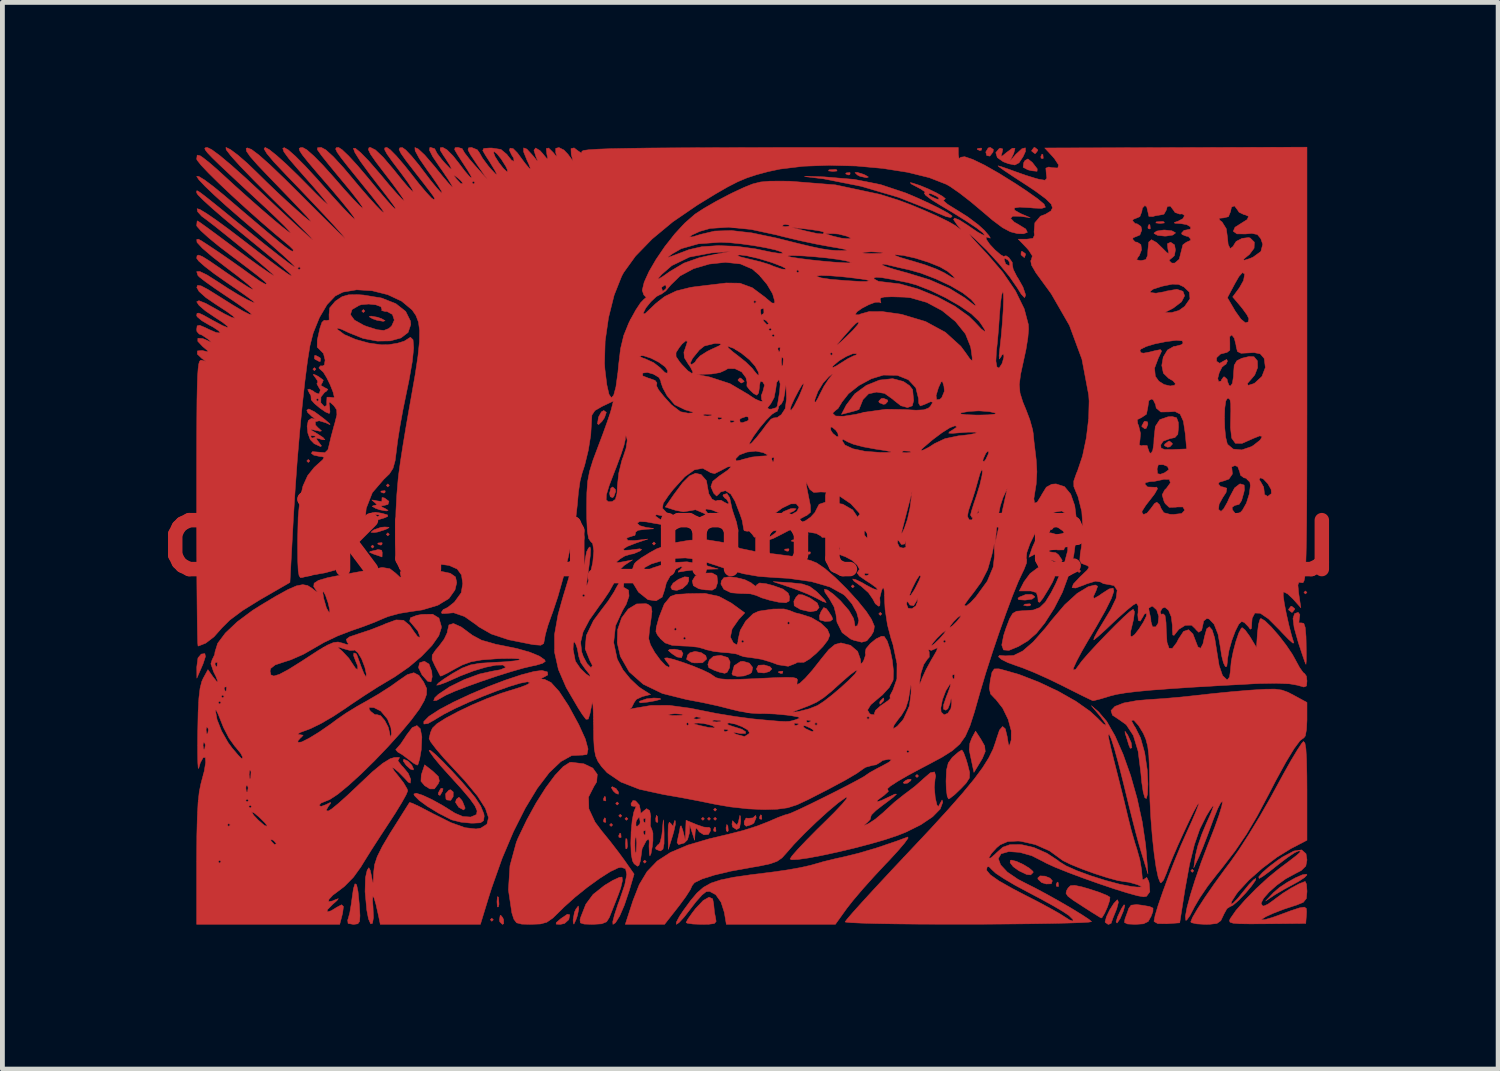
<source format=kicad_pcb>
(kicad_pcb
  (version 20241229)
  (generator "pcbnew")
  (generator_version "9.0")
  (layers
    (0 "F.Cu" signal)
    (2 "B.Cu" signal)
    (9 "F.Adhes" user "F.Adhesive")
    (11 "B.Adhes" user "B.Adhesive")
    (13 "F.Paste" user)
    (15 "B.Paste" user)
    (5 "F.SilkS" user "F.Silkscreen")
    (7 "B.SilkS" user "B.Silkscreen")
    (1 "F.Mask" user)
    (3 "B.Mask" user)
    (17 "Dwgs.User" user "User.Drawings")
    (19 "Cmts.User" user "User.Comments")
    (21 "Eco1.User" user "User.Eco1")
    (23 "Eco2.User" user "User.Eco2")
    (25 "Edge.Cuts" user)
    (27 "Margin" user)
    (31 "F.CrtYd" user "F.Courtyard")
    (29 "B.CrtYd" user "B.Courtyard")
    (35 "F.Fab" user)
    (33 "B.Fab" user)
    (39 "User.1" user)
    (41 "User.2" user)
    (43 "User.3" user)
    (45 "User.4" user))
  (footprint "chikuwa_mottenee_cu"
    (layer "F.Cu")
    (at 12.526 8.075)
    (property "Reference" "chikuwa_mottenee_cu" (at 0 0 0) (layer "F.Cu") (effects (font (size 1.524 1.524) (thickness 0.3))))
    (attr through_hole)
    (fp_poly (pts (xy -9.144 -1.556) (xy -9.176 -1.524) (xy -9.207 -1.556) (xy -9.176 -1.587) (xy -9.144 -1.556)) (stroke (width 0.01) (type solid)) (fill yes) (layer "F.Cu"))
    (fp_poly (pts (xy -9.017 -3.461) (xy -9.049 -3.429) (xy -9.081 -3.461) (xy -9.049 -3.493) (xy -9.017 -3.461)) (stroke (width 0.01) (type solid)) (fill yes) (layer "F.Cu"))
    (fp_poly (pts (xy -8.001 -4.667) (xy -8.033 -4.636) (xy -8.065 -4.667) (xy -8.033 -4.699) (xy -8.001 -4.667)) (stroke (width 0.01) (type solid)) (fill yes) (layer "F.Cu"))
    (fp_poly (pts (xy -8.001 0.286) (xy -8.033 0.318) (xy -8.065 0.286) (xy -8.033 0.254) (xy -8.001 0.286)) (stroke (width 0.01) (type solid)) (fill yes) (layer "F.Cu"))
    (fp_poly (pts (xy -7.811 -0.222) (xy -7.842 -0.191) (xy -7.874 -0.222) (xy -7.842 -0.254) (xy -7.811 -0.222)) (stroke (width 0.01) (type solid)) (fill yes) (layer "F.Cu"))
    (fp_poly (pts (xy -7.811 0.222) (xy -7.842 0.254) (xy -7.874 0.222) (xy -7.842 0.191) (xy -7.811 0.222)) (stroke (width 0.01) (type solid)) (fill yes) (layer "F.Cu"))
    (fp_poly (pts (xy -7.493 -1.048) (xy -7.525 -1.016) (xy -7.556 -1.048) (xy -7.525 -1.079) (xy -7.493 -1.048)) (stroke (width 0.01) (type solid)) (fill yes) (layer "F.Cu"))
    (fp_poly (pts (xy -7.493 -0.032) (xy -7.525 0) (xy -7.556 -0.032) (xy -7.525 -0.064) (xy -7.493 -0.032)) (stroke (width 0.01) (type solid)) (fill yes) (layer "F.Cu"))
    (fp_poly (pts (xy -5.334 7.969) (xy -5.366 8.001) (xy -5.397 7.969) (xy -5.366 7.938) (xy -5.334 7.969)) (stroke (width 0.01) (type solid)) (fill yes) (layer "F.Cu"))
    (fp_poly (pts (xy -2.857 6.001) (xy -2.889 6.032) (xy -2.921 6.001) (xy -2.889 5.969) (xy -2.857 6.001)) (stroke (width 0.01) (type solid)) (fill yes) (layer "F.Cu"))
    (fp_poly (pts (xy -2.731 5.556) (xy -2.762 5.588) (xy -2.794 5.556) (xy -2.762 5.524) (xy -2.731 5.556)) (stroke (width 0.01) (type solid)) (fill yes) (layer "F.Cu"))
    (fp_poly (pts (xy -2.667 5.81) (xy -2.699 5.842) (xy -2.731 5.81) (xy -2.699 5.779) (xy -2.667 5.81)) (stroke (width 0.01) (type solid)) (fill yes) (layer "F.Cu"))
    (fp_poly (pts (xy -2.54 5.874) (xy -2.572 5.905) (xy -2.603 5.874) (xy -2.572 5.842) (xy -2.54 5.874)) (stroke (width 0.01) (type solid)) (fill yes) (layer "F.Cu"))
    (fp_poly (pts (xy -2.159 6.763) (xy -2.191 6.795) (xy -2.223 6.763) (xy -2.191 6.731) (xy -2.159 6.763)) (stroke (width 0.01) (type solid)) (fill yes) (layer "F.Cu"))
    (fp_poly (pts (xy -1.968 0.159) (xy -2 0.191) (xy -2.032 0.159) (xy -2 0.127) (xy -1.968 0.159)) (stroke (width 0.01) (type solid)) (fill yes) (layer "F.Cu"))
    (fp_poly (pts (xy -0.953 5.874) (xy -0.984 5.905) (xy -1.016 5.874) (xy -0.984 5.842) (xy -0.953 5.874)) (stroke (width 0.01) (type solid)) (fill yes) (layer "F.Cu"))
    (fp_poly (pts (xy -0.826 5.874) (xy -0.857 5.905) (xy -0.889 5.874) (xy -0.857 5.842) (xy -0.826 5.874)) (stroke (width 0.01) (type solid)) (fill yes) (layer "F.Cu"))
    (fp_poly (pts (xy -0.699 5.683) (xy -0.73 5.715) (xy -0.762 5.683) (xy -0.73 5.652) (xy -0.699 5.683)) (stroke (width 0.01) (type solid)) (fill yes) (layer "F.Cu"))
    (fp_poly (pts (xy -0.699 5.874) (xy -0.73 5.905) (xy -0.762 5.874) (xy -0.73 5.842) (xy -0.699 5.874)) (stroke (width 0.01) (type solid)) (fill yes) (layer "F.Cu"))
    (fp_poly (pts (xy 2.159 1.048) (xy 2.127 1.079) (xy 2.095 1.048) (xy 2.127 1.016) (xy 2.159 1.048)) (stroke (width 0.01) (type solid)) (fill yes) (layer "F.Cu"))
    (fp_poly (pts (xy 2.731 1.619) (xy 2.699 1.651) (xy 2.667 1.619) (xy 2.699 1.587) (xy 2.731 1.619)) (stroke (width 0.01) (type solid)) (fill yes) (layer "F.Cu"))
    (fp_poly (pts (xy 3.493 4.985) (xy 3.461 5.016) (xy 3.429 4.985) (xy 3.461 4.953) (xy 3.493 4.985)) (stroke (width 0.01) (type solid)) (fill yes) (layer "F.Cu"))
    (fp_poly (pts (xy 6.287 -0.159) (xy 6.255 -0.127) (xy 6.223 -0.159) (xy 6.255 -0.191) (xy 6.287 -0.159)) (stroke (width 0.01) (type solid)) (fill yes) (layer "F.Cu"))
    (fp_poly (pts (xy 6.858 0.73) (xy 6.826 0.762) (xy 6.795 0.73) (xy 6.826 0.699) (xy 6.858 0.73)) (stroke (width 0.01) (type solid)) (fill yes) (layer "F.Cu"))
    (fp_poly (pts (xy 9.207 6.953) (xy 9.176 6.985) (xy 9.144 6.953) (xy 9.176 6.921) (xy 9.207 6.953)) (stroke (width 0.01) (type solid)) (fill yes) (layer "F.Cu"))
    (fp_poly (pts (xy 11.557 1.175) (xy 11.525 1.206) (xy 11.493 1.175) (xy 11.525 1.143) (xy 11.557 1.175)) (stroke (width 0.01) (type solid)) (fill yes) (layer "F.Cu"))
    (fp_poly (pts (xy -7.641 0.148) (xy -7.65 0.186) (xy -7.684 0.191) (xy -7.736 0.167) (xy -7.726 0.148) (xy -7.65 0.141) (xy -7.641 0.148)) (stroke (width 0.01) (type solid)) (fill yes) (layer "F.Cu"))
    (fp_poly (pts (xy -7.578 -0.931) (xy -7.586 -0.894) (xy -7.62 -0.889) (xy -7.672 -0.912) (xy -7.662 -0.931) (xy -7.587 -0.939) (xy -7.578 -0.931)) (stroke (width 0.01) (type solid)) (fill yes) (layer "F.Cu"))
    (fp_poly (pts (xy -3.006 5.419) (xy -2.998 5.494) (xy -3.006 5.503) (xy -3.043 5.495) (xy -3.048 5.461) (xy -3.025 5.409) (xy -3.006 5.419)) (stroke (width 0.01) (type solid)) (fill yes) (layer "F.Cu"))
    (fp_poly (pts (xy -3.006 5.863) (xy -2.998 5.939) (xy -3.006 5.948) (xy -3.043 5.939) (xy -3.048 5.905) (xy -3.025 5.853) (xy -3.006 5.863)) (stroke (width 0.01) (type solid)) (fill yes) (layer "F.Cu"))
    (fp_poly (pts (xy -2.688 6.181) (xy -2.681 6.256) (xy -2.688 6.265) (xy -2.726 6.257) (xy -2.731 6.223) (xy -2.707 6.171) (xy -2.688 6.181)) (stroke (width 0.01) (type solid)) (fill yes) (layer "F.Cu"))
    (fp_poly (pts (xy -1.925 5.83) (xy -1.918 5.929) (xy -1.93 5.952) (xy -1.959 5.933) (xy -1.963 5.868) (xy -1.948 5.801) (xy -1.925 5.83)) (stroke (width 0.01) (type solid)) (fill yes) (layer "F.Cu"))
    (fp_poly (pts (xy -0.72 6.054) (xy -0.712 6.129) (xy -0.72 6.138) (xy -0.757 6.13) (xy -0.762 6.096) (xy -0.739 6.044) (xy -0.72 6.054)) (stroke (width 0.01) (type solid)) (fill yes) (layer "F.Cu"))
    (fp_poly (pts (xy -0.465 6.021) (xy -0.457 6.12) (xy -0.47 6.142) (xy -0.498 6.123) (xy -0.503 6.059) (xy -0.487 5.991) (xy -0.465 6.021)) (stroke (width 0.01) (type solid)) (fill yes) (layer "F.Cu"))
    (fp_poly (pts (xy 0.233 5.8) (xy 0.24 5.875) (xy 0.233 5.884) (xy 0.195 5.876) (xy 0.191 5.842) (xy 0.214 5.79) (xy 0.233 5.8)) (stroke (width 0.01) (type solid)) (fill yes) (layer "F.Cu"))
    (fp_poly (pts (xy 0.677 2.815) (xy 0.669 2.853) (xy 0.635 2.857) (xy 0.583 2.834) (xy 0.593 2.815) (xy 0.668 2.808) (xy 0.677 2.815)) (stroke (width 0.01) (type solid)) (fill yes) (layer "F.Cu"))
    (fp_poly (pts (xy 0.804 0.275) (xy 0.796 0.313) (xy 0.762 0.318) (xy 0.71 0.294) (xy 0.72 0.275) (xy 0.795 0.268) (xy 0.804 0.275)) (stroke (width 0.01) (type solid)) (fill yes) (layer "F.Cu"))
    (fp_poly (pts (xy 0.999 0.089) (xy 0.98 0.117) (xy 0.915 0.122) (xy 0.848 0.106) (xy 0.877 0.084) (xy 0.976 0.076) (xy 0.999 0.089)) (stroke (width 0.01) (type solid)) (fill yes) (layer "F.Cu"))
    (fp_poly (pts (xy 1.249 0.339) (xy 1.24 0.376) (xy 1.206 0.381) (xy 1.154 0.358) (xy 1.164 0.339) (xy 1.24 0.331) (xy 1.249 0.339)) (stroke (width 0.01) (type solid)) (fill yes) (layer "F.Cu"))
    (fp_poly (pts (xy 1.794 -7.599) (xy 1.802 -7.575) (xy 1.714 -7.567) (xy 1.624 -7.577) (xy 1.635 -7.599) (xy 1.765 -7.607) (xy 1.794 -7.599)) (stroke (width 0.01) (type solid)) (fill yes) (layer "F.Cu"))
    (fp_poly (pts (xy 2.074 -7.535) (xy 2.066 -7.498) (xy 2.032 -7.493) (xy 1.98 -7.516) (xy 1.99 -7.535) (xy 2.065 -7.543) (xy 2.074 -7.535)) (stroke (width 0.01) (type solid)) (fill yes) (layer "F.Cu"))
    (fp_poly (pts (xy 4.805 -8.043) (xy 4.796 -8.006) (xy 4.763 -8.001) (xy 4.71 -8.024) (xy 4.72 -8.043) (xy 4.796 -8.051) (xy 4.805 -8.043)) (stroke (width 0.01) (type solid)) (fill yes) (layer "F.Cu"))
    (fp_poly (pts (xy 5.825 1.422) (xy 5.806 1.451) (xy 5.741 1.455) (xy 5.674 1.44) (xy 5.703 1.417) (xy 5.802 1.41) (xy 5.825 1.422)) (stroke (width 0.01) (type solid)) (fill yes) (layer "F.Cu"))
    (fp_poly (pts (xy 6.075 -7.916) (xy 6.082 -7.841) (xy 6.075 -7.832) (xy 6.037 -7.84) (xy 6.032 -7.874) (xy 6.056 -7.926) (xy 6.075 -7.916)) (stroke (width 0.01) (type solid)) (fill yes) (layer "F.Cu"))
    (fp_poly (pts (xy 6.392 7.197) (xy 6.4 7.272) (xy 6.392 7.281) (xy 6.355 7.273) (xy 6.35 7.239) (xy 6.373 7.187) (xy 6.392 7.197)) (stroke (width 0.01) (type solid)) (fill yes) (layer "F.Cu"))
    (fp_poly (pts (xy 8.297 -6.456) (xy 8.305 -6.38) (xy 8.297 -6.371) (xy 8.26 -6.38) (xy 8.255 -6.413) (xy 8.278 -6.466) (xy 8.297 -6.456)) (stroke (width 0.01) (type solid)) (fill yes) (layer "F.Cu"))
    (fp_poly (pts (xy 8.588 -6.519) (xy 8.596 -6.496) (xy 8.509 -6.487) (xy 8.419 -6.497) (xy 8.43 -6.519) (xy 8.56 -6.527) (xy 8.588 -6.519)) (stroke (width 0.01) (type solid)) (fill yes) (layer "F.Cu"))
    (fp_poly (pts (xy -8.056 0.394) (xy -8.041 0.427) (xy -8.123 0.462) (xy -8.221 0.476) (xy -8.209 0.437) (xy -8.206 0.434) (xy -8.096 0.389) (xy -8.056 0.394)) (stroke (width 0.01) (type solid)) (fill yes) (layer "F.Cu"))
    (fp_poly (pts (xy -6.378 5.249) (xy -6.389 5.299) (xy -6.441 5.388) (xy -6.474 5.373) (xy -6.477 5.338) (xy -6.431 5.252) (xy -6.414 5.239) (xy -6.378 5.249)) (stroke (width 0.01) (type solid)) (fill yes) (layer "F.Cu"))
    (fp_poly (pts (xy -2.787 5.245) (xy -2.735 5.32) (xy -2.74 5.364) (xy -2.794 5.342) (xy -2.844 5.296) (xy -2.885 5.224) (xy -2.864 5.207) (xy -2.787 5.245)) (stroke (width 0.01) (type solid)) (fill yes) (layer "F.Cu"))
    (fp_poly (pts (xy 3.333 5.081) (xy 3.265 5.133) (xy 3.193 5.142) (xy 3.175 5.119) (xy 3.225 5.078) (xy 3.274 5.056) (xy 3.339 5.051) (xy 3.333 5.081)) (stroke (width 0.01) (type solid)) (fill yes) (layer "F.Cu"))
    (fp_poly (pts (xy 5.047 -8.022) (xy 5.039 -7.969) (xy 4.974 -7.884) (xy 4.909 -7.896) (xy 4.889 -7.969) (xy 4.939 -8.053) (xy 4.983 -8.065) (xy 5.047 -8.022)) (stroke (width 0.01) (type solid)) (fill yes) (layer "F.Cu"))
    (fp_poly (pts (xy -11.311 2.506) (xy -11.361 2.658) (xy -11.396 2.739) (xy -11.489 2.953) (xy -11.491 2.721) (xy -11.466 2.534) (xy -11.398 2.454) (xy -11.323 2.444) (xy -11.311 2.506)) (stroke (width 0.01) (type solid)) (fill yes) (layer "F.Cu"))
    (fp_poly (pts (xy -8.935 -3.7) (xy -8.922 -3.683) (xy -8.925 -3.624) (xy -8.946 -3.619) (xy -9.036 -3.666) (xy -9.049 -3.683) (xy -9.046 -3.742) (xy -9.024 -3.747) (xy -8.935 -3.7)) (stroke (width 0.01) (type solid)) (fill yes) (layer "F.Cu"))
    (fp_poly (pts (xy -7.738 -4.539) (xy -7.652 -4.508) (xy -7.582 -4.467) (xy -7.62 -4.454) (xy -7.756 -4.478) (xy -7.842 -4.508) (xy -7.912 -4.55) (xy -7.874 -4.563) (xy -7.738 -4.539)) (stroke (width 0.01) (type solid)) (fill yes) (layer "F.Cu"))
    (fp_poly (pts (xy -7.109 4.675) (xy -7.027 4.759) (xy -6.99 4.84) (xy -6.998 4.86) (xy -7.057 4.841) (xy -7.143 4.763) (xy -7.206 4.672) (xy -7.193 4.636) (xy -7.109 4.675)) (stroke (width 0.01) (type solid)) (fill yes) (layer "F.Cu"))
    (fp_poly (pts (xy -6.167 5.317) (xy -6.168 5.413) (xy -6.219 5.49) (xy -6.3 5.482) (xy -6.318 5.462) (xy -6.326 5.356) (xy -6.257 5.278) (xy -6.219 5.271) (xy -6.167 5.317)) (stroke (width 0.01) (type solid)) (fill yes) (layer "F.Cu"))
    (fp_poly (pts (xy -5.989 5.489) (xy -5.971 5.521) (xy -5.919 5.652) (xy -5.95 5.69) (xy -6.052 5.635) (xy -6.12 5.532) (xy -6.102 5.468) (xy -6.048 5.425) (xy -5.989 5.489)) (stroke (width 0.01) (type solid)) (fill yes) (layer "F.Cu"))
    (fp_poly (pts (xy -5.23 7.499) (xy -5.226 7.51) (xy -5.217 7.648) (xy -5.229 7.701) (xy -5.25 7.703) (xy -5.258 7.603) (xy -5.258 7.588) (xy -5.249 7.49) (xy -5.23 7.499)) (stroke (width 0.01) (type solid)) (fill yes) (layer "F.Cu"))
    (fp_poly (pts (xy -5.141 7.924) (xy -5.121 7.969) (xy -5.119 8.051) (xy -5.145 8.065) (xy -5.2 8.013) (xy -5.207 7.969) (xy -5.193 7.885) (xy -5.182 7.874) (xy -5.141 7.924)) (stroke (width 0.01) (type solid)) (fill yes) (layer "F.Cu"))
    (fp_poly (pts (xy -3.747 7.867) (xy -3.768 7.967) (xy -3.855 8.046) (xy -3.942 8.065) (xy -4.031 8.06) (xy -4.027 8.027) (xy -3.928 7.943) (xy -3.798 7.855) (xy -3.747 7.867)) (stroke (width 0.01) (type solid)) (fill yes) (layer "F.Cu"))
    (fp_poly (pts (xy -2.988 -2.564) (xy -3.027 -2.452) (xy -3.078 -2.378) (xy -3.147 -2.311) (xy -3.173 -2.328) (xy -3.15 -2.467) (xy -3.09 -2.575) (xy -3.041 -2.603) (xy -2.988 -2.564)) (stroke (width 0.01) (type solid)) (fill yes) (layer "F.Cu"))
    (fp_poly (pts (xy -2.801 -0.965) (xy -2.794 -0.924) (xy -2.833 -0.816) (xy -2.857 -0.794) (xy -2.907 -0.813) (xy -2.921 -0.885) (xy -2.895 -0.99) (xy -2.857 -1.016) (xy -2.801 -0.965)) (stroke (width 0.01) (type solid)) (fill yes) (layer "F.Cu"))
    (fp_poly (pts (xy -2.563 6.293) (xy -2.559 6.304) (xy -2.55 6.442) (xy -2.562 6.494) (xy -2.583 6.496) (xy -2.591 6.397) (xy -2.591 6.382) (xy -2.582 6.283) (xy -2.563 6.293)) (stroke (width 0.01) (type solid)) (fill yes) (layer "F.Cu"))
    (fp_poly (pts (xy -1.432 2.38) (xy -1.397 2.445) (xy -1.428 2.53) (xy -1.523 2.513) (xy -1.623 2.447) (xy -1.702 2.38) (xy -1.675 2.356) (xy -1.572 2.352) (xy -1.432 2.38)) (stroke (width 0.01) (type solid)) (fill yes) (layer "F.Cu"))
    (fp_poly (pts (xy -0.191 -3.27) (xy -0.13 -3.213) (xy -0.127 -3.203) (xy -0.176 -3.176) (xy -0.191 -3.175) (xy -0.252 -3.224) (xy -0.254 -3.242) (xy -0.215 -3.28) (xy -0.191 -3.27)) (stroke (width 0.01) (type solid)) (fill yes) (layer "F.Cu"))
    (fp_poly (pts (xy 0.408 2.715) (xy 0.448 2.762) (xy 0.394 2.817) (xy 0.288 2.846) (xy 0.161 2.835) (xy 0.127 2.762) (xy 0.168 2.686) (xy 0.288 2.679) (xy 0.408 2.715)) (stroke (width 0.01) (type solid)) (fill yes) (layer "F.Cu"))
    (fp_poly (pts (xy 2.337 -7.511) (xy 2.381 -7.493) (xy 2.453 -7.45) (xy 2.413 -7.435) (xy 2.277 -7.465) (xy 2.223 -7.493) (xy 2.173 -7.541) (xy 2.219 -7.547) (xy 2.337 -7.511)) (stroke (width 0.01) (type solid)) (fill yes) (layer "F.Cu"))
    (fp_poly (pts (xy 2.774 3.407) (xy 2.762 3.429) (xy 2.702 3.49) (xy 2.691 3.493) (xy 2.687 3.451) (xy 2.699 3.429) (xy 2.759 3.368) (xy 2.77 3.365) (xy 2.774 3.407)) (stroke (width 0.01) (type solid)) (fill yes) (layer "F.Cu"))
    (fp_poly (pts (xy 2.847 -2.823) (xy 2.857 -2.794) (xy 2.806 -2.738) (xy 2.762 -2.731) (xy 2.678 -2.765) (xy 2.667 -2.794) (xy 2.718 -2.85) (xy 2.762 -2.857) (xy 2.847 -2.823)) (stroke (width 0.01) (type solid)) (fill yes) (layer "F.Cu"))
    (fp_poly (pts (xy 5.712 -5.859) (xy 5.715 -5.842) (xy 5.693 -5.78) (xy 5.687 -5.779) (xy 5.633 -5.823) (xy 5.62 -5.842) (xy 5.625 -5.901) (xy 5.648 -5.905) (xy 5.712 -5.859)) (stroke (width 0.01) (type solid)) (fill yes) (layer "F.Cu"))
    (fp_poly (pts (xy 5.967 -8.016) (xy 5.969 -8.001) (xy 5.921 -7.939) (xy 5.905 -7.938) (xy 5.844 -7.986) (xy 5.842 -8.001) (xy 5.89 -8.063) (xy 5.905 -8.065) (xy 5.967 -8.016)) (stroke (width 0.01) (type solid)) (fill yes) (layer "F.Cu"))
    (fp_poly (pts (xy 6.338 0.605) (xy 6.35 0.635) (xy 6.304 0.697) (xy 6.29 0.699) (xy 6.204 0.652) (xy 6.191 0.635) (xy 6.206 0.581) (xy 6.251 0.572) (xy 6.338 0.605)) (stroke (width 0.01) (type solid)) (fill yes) (layer "F.Cu"))
    (fp_poly (pts (xy 8.246 -2.367) (xy 8.255 -2.321) (xy 8.222 -2.235) (xy 8.191 -2.223) (xy 8.13 -2.268) (xy 8.128 -2.282) (xy 8.174 -2.368) (xy 8.191 -2.381) (xy 8.246 -2.367)) (stroke (width 0.01) (type solid)) (fill yes) (layer "F.Cu"))
    (fp_poly (pts (xy 8.761 -1.92) (xy 8.763 -1.905) (xy 8.711 -1.849) (xy 8.664 -1.841) (xy 8.598 -1.872) (xy 8.604 -1.905) (xy 8.685 -1.966) (xy 8.703 -1.968) (xy 8.761 -1.92)) (stroke (width 0.01) (type solid)) (fill yes) (layer "F.Cu"))
    (fp_poly (pts (xy 11.301 1.509) (xy 11.303 1.524) (xy 11.255 1.586) (xy 11.239 1.587) (xy 11.178 1.539) (xy 11.176 1.524) (xy 11.224 1.462) (xy 11.239 1.46) (xy 11.301 1.509)) (stroke (width 0.01) (type solid)) (fill yes) (layer "F.Cu"))
    (fp_poly (pts (xy -1.873 3.373) (xy -1.861 3.392) (xy -1.967 3.422) (xy -2.127 3.45) (xy -2.278 3.466) (xy -2.31 3.447) (xy -2.286 3.428) (xy -2.154 3.383) (xy -2.006 3.366) (xy -1.873 3.373)) (stroke (width 0.01) (type solid)) (fill yes) (layer "F.Cu"))
    (fp_poly (pts (xy 6.12 7.064) (xy 6.224 7.106) (xy 6.271 7.16) (xy 6.249 7.223) (xy 6.141 7.226) (xy 6.048 7.197) (xy 5.975 7.128) (xy 5.969 7.102) (xy 6.016 7.059) (xy 6.12 7.064)) (stroke (width 0.01) (type solid)) (fill yes) (layer "F.Cu"))
    (fp_poly (pts (xy -7.653 0.298) (xy -7.641 0.347) (xy -7.644 0.429) (xy -7.646 0.438) (xy -7.703 0.417) (xy -7.811 0.381) (xy -7.902 0.343) (xy -7.895 0.324) (xy -7.769 0.296) (xy -7.731 0.283) (xy -7.653 0.298)) (stroke (width 0.01) (type solid)) (fill yes) (layer "F.Cu"))
    (fp_poly (pts (xy -7.498 -0.179) (xy -7.523 -0.155) (xy -7.588 -0.127) (xy -7.737 -0.08) (xy -7.811 -0.069) (xy -7.874 -0.075) (xy -7.827 -0.117) (xy -7.811 -0.127) (xy -7.666 -0.178) (xy -7.588 -0.185) (xy -7.498 -0.179)) (stroke (width 0.01) (type solid)) (fill yes) (layer "F.Cu"))
    (fp_poly (pts (xy -6.67 2.661) (xy -6.613 2.813) (xy -6.604 2.926) (xy -6.628 3.031) (xy -6.698 3.018) (xy -6.813 2.888) (xy -6.814 2.887) (xy -6.888 2.735) (xy -6.864 2.634) (xy -6.766 2.603) (xy -6.67 2.661)) (stroke (width 0.01) (type solid)) (fill yes) (layer "F.Cu"))
    (fp_poly (pts (xy -3.561 7.731) (xy -3.561 7.747) (xy -3.589 7.883) (xy -3.619 7.969) (xy -3.662 8.06) (xy -3.675 8.034) (xy -3.678 7.969) (xy -3.65 7.813) (xy -3.619 7.747) (xy -3.571 7.684) (xy -3.561 7.731)) (stroke (width 0.01) (type solid)) (fill yes) (layer "F.Cu"))
    (fp_poly (pts (xy -1.02 2.423) (xy -0.924 2.486) (xy -0.905 2.556) (xy -0.992 2.635) (xy -1.164 2.637) (xy -1.222 2.624) (xy -1.323 2.563) (xy -1.301 2.473) (xy -1.254 2.428) (xy -1.147 2.398) (xy -1.02 2.423)) (stroke (width 0.01) (type solid)) (fill yes) (layer "F.Cu"))
    (fp_poly (pts (xy 0.952 -0.561) (xy 0.905 -0.518) (xy 0.889 -0.508) (xy 0.753 -0.453) (xy 0.699 -0.446) (xy 0.635 -0.455) (xy 0.683 -0.498) (xy 0.699 -0.508) (xy 0.834 -0.563) (xy 0.889 -0.57) (xy 0.952 -0.561)) (stroke (width 0.01) (type solid)) (fill yes) (layer "F.Cu"))
    (fp_poly (pts (xy 2.111 0.617) (xy 2.183 0.656) (xy 2.157 0.674) (xy 2.021 0.676) (xy 1.981 0.675) (xy 1.823 0.667) (xy 1.778 0.648) (xy 1.835 0.612) (xy 1.838 0.61) (xy 2.027 0.59) (xy 2.111 0.617)) (stroke (width 0.01) (type solid)) (fill yes) (layer "F.Cu"))
    (fp_poly (pts (xy 5.854 -7.753) (xy 5.861 -7.745) (xy 5.957 -7.62) (xy 5.954 -7.569) (xy 5.845 -7.58) (xy 5.763 -7.6) (xy 5.665 -7.652) (xy 5.676 -7.746) (xy 5.703 -7.793) (xy 5.763 -7.826) (xy 5.854 -7.753)) (stroke (width 0.01) (type solid)) (fill yes) (layer "F.Cu"))
    (fp_poly (pts (xy 5.904 1.26) (xy 5.905 1.27) (xy 5.85 1.313) (xy 5.715 1.332) (xy 5.699 1.333) (xy 5.571 1.324) (xy 5.557 1.294) (xy 5.588 1.27) (xy 5.719 1.217) (xy 5.842 1.214) (xy 5.904 1.26)) (stroke (width 0.01) (type solid)) (fill yes) (layer "F.Cu"))
    (fp_poly (pts (xy 7.825 4.118) (xy 7.842 4.147) (xy 7.907 4.292) (xy 7.922 4.397) (xy 7.921 4.4) (xy 7.888 4.41) (xy 7.861 4.348) (xy 7.808 4.176) (xy 7.782 4.096) (xy 7.779 4.056) (xy 7.825 4.118)) (stroke (width 0.01) (type solid)) (fill yes) (layer "F.Cu"))
    (fp_poly (pts (xy -6.587 4.889) (xy -6.474 4.998) (xy -6.455 5.089) (xy -6.479 5.148) (xy -6.558 5.252) (xy -6.652 5.252) (xy -6.759 5.186) (xy -6.837 5.094) (xy -6.83 4.966) (xy -6.818 4.927) (xy -6.76 4.753) (xy -6.587 4.889)) (stroke (width 0.01) (type solid)) (fill yes) (layer "F.Cu"))
    (fp_poly (pts (xy -1.28 0.858) (xy -1.28 0.858) (xy -1.278 0.934) (xy -1.31 1.003) (xy -1.406 1.091) (xy -1.525 1.132) (xy -1.622 1.118) (xy -1.651 1.062) (xy -1.602 0.981) (xy -1.489 0.901) (xy -1.364 0.85) (xy -1.28 0.858)) (stroke (width 0.01) (type solid)) (fill yes) (layer "F.Cu"))
    (fp_poly (pts (xy -0.019 2.642) (xy 0.049 2.731) (xy 0.031 2.829) (xy -0.007 2.863) (xy -0.13 2.908) (xy -0.266 2.917) (xy -0.364 2.892) (xy -0.381 2.863) (xy -0.333 2.694) (xy -0.204 2.609) (xy -0.15 2.603) (xy -0.019 2.642)) (stroke (width 0.01) (type solid)) (fill yes) (layer "F.Cu"))
    (fp_poly (pts (xy 0.122 5.851) (xy 0.075 5.962) (xy 0.027 5.994) (xy -0.086 6.028) (xy -0.124 5.993) (xy -0.127 5.93) (xy -0.088 5.858) (xy -0.036 5.863) (xy 0.061 5.854) (xy 0.086 5.823) (xy 0.114 5.804) (xy 0.122 5.851)) (stroke (width 0.01) (type solid)) (fill yes) (layer "F.Cu"))
    (fp_poly (pts (xy 1.577 1.509) (xy 1.622 1.566) (xy 1.693 1.677) (xy 1.712 1.73) (xy 1.664 1.769) (xy 1.557 1.776) (xy 1.458 1.75) (xy 1.442 1.738) (xy 1.436 1.658) (xy 1.468 1.574) (xy 1.524 1.488) (xy 1.577 1.509)) (stroke (width 0.01) (type solid)) (fill yes) (layer "F.Cu"))
    (fp_poly (pts (xy 7.776 7.671) (xy 7.747 7.784) (xy 7.742 7.796) (xy 7.678 7.946) (xy 7.618 8.034) (xy 7.613 8.037) (xy 7.594 8.013) (xy 7.626 7.907) (xy 7.632 7.894) (xy 7.707 7.736) (xy 7.759 7.658) (xy 7.776 7.671)) (stroke (width 0.01) (type solid)) (fill yes) (layer "F.Cu"))
    (fp_poly (pts (xy 1.089 1.225) (xy 1.239 1.289) (xy 1.389 1.392) (xy 1.429 1.486) (xy 1.375 1.553) (xy 1.245 1.575) (xy 1.055 1.532) (xy 1.032 1.523) (xy 0.912 1.451) (xy 0.905 1.355) (xy 0.95 1.272) (xy 1.003 1.219) (xy 1.089 1.225)) (stroke (width 0.01) (type solid)) (fill yes) (layer "F.Cu"))
    (fp_poly (pts (xy 4.783 4.215) (xy 4.866 4.361) (xy 4.878 4.477) (xy 4.819 4.619) (xy 4.766 4.708) (xy 4.643 4.91) (xy 4.604 4.725) (xy 4.568 4.555) (xy 4.545 4.439) (xy 4.558 4.306) (xy 4.601 4.195) (xy 4.677 4.053) (xy 4.783 4.215)) (stroke (width 0.01) (type solid)) (fill yes) (layer "F.Cu"))
    (fp_poly (pts (xy 6.344 0.35) (xy 6.401 0.394) (xy 6.476 0.507) (xy 6.448 0.564) (xy 6.339 0.54) (xy 6.298 0.517) (xy 6.176 0.486) (xy 6.044 0.49) (xy 5.928 0.503) (xy 5.926 0.477) (xy 5.997 0.417) (xy 6.179 0.326) (xy 6.344 0.35)) (stroke (width 0.01) (type solid)) (fill yes) (layer "F.Cu"))
    (fp_poly (pts (xy 8.751 -6.334) (xy 8.825 -6.295) (xy 8.826 -6.287) (xy 8.771 -6.245) (xy 8.633 -6.224) (xy 8.604 -6.223) (xy 8.457 -6.239) (xy 8.384 -6.278) (xy 8.382 -6.287) (xy 8.438 -6.328) (xy 8.575 -6.349) (xy 8.604 -6.35) (xy 8.751 -6.334)) (stroke (width 0.01) (type solid)) (fill yes) (layer "F.Cu"))
    (fp_poly (pts (xy -1.557 5.915) (xy -1.555 5.989) (xy -1.588 6.139) (xy -1.614 6.228) (xy -1.702 6.509) (xy -1.707 6.191) (xy -1.703 6.009) (xy -1.682 5.944) (xy -1.651 5.969) (xy -1.601 6.029) (xy -1.589 5.977) (xy -1.588 5.974) (xy -1.571 5.911) (xy -1.557 5.915)) (stroke (width 0.01) (type solid)) (fill yes) (layer "F.Cu"))
    (fp_poly (pts (xy -0.692 0.827) (xy -0.678 0.954) (xy -0.682 0.979) (xy -0.716 1.083) (xy -0.789 1.127) (xy -0.933 1.121) (xy -1.067 1.098) (xy -1.182 1.034) (xy -1.204 0.934) (xy -1.143 0.834) (xy -1.007 0.775) (xy -0.995 0.773) (xy -0.793 0.77) (xy -0.692 0.827)) (stroke (width 0.01) (type solid)) (fill yes) (layer "F.Cu"))
    (fp_poly (pts (xy -0.464 2.526) (xy -0.463 2.527) (xy -0.419 2.614) (xy -0.429 2.736) (xy -0.481 2.833) (xy -0.531 2.853) (xy -0.644 2.828) (xy -0.746 2.792) (xy -0.86 2.737) (xy -0.881 2.671) (xy -0.85 2.577) (xy -0.762 2.499) (xy -0.614 2.48) (xy -0.464 2.526)) (stroke (width 0.01) (type solid)) (fill yes) (layer "F.Cu"))
    (fp_poly (pts (xy -0.205 5.821) (xy -0.199 5.921) (xy -0.222 6.062) (xy -0.286 6.096) (xy -0.366 6.044) (xy -0.38 5.985) (xy -0.368 5.913) (xy -0.324 5.961) (xy -0.322 5.963) (xy -0.275 6.004) (xy -0.243 5.932) (xy -0.237 5.9) (xy -0.216 5.802) (xy -0.205 5.821)) (stroke (width 0.01) (type solid)) (fill yes) (layer "F.Cu"))
    (fp_poly (pts (xy 0.846 0.973) (xy 1.078 0.998) (xy 1.235 1.051) (xy 1.372 1.154) (xy 1.416 1.196) (xy 1.544 1.33) (xy 1.576 1.384) (xy 1.508 1.363) (xy 1.365 1.288) (xy 1.195 1.208) (xy 0.967 1.117) (xy 0.826 1.067) (xy 0.476 0.95) (xy 0.846 0.973)) (stroke (width 0.01) (type solid)) (fill yes) (layer "F.Cu"))
    (fp_poly (pts (xy 5.528 6.758) (xy 5.667 6.822) (xy 5.795 6.9) (xy 5.869 6.966) (xy 5.873 6.987) (xy 5.821 7.038) (xy 5.737 7.029) (xy 5.587 6.957) (xy 5.572 6.949) (xy 5.458 6.867) (xy 5.394 6.784) (xy 5.401 6.735) (xy 5.421 6.731) (xy 5.528 6.758)) (stroke (width 0.01) (type solid)) (fill yes) (layer "F.Cu"))
    (fp_poly (pts (xy 6.404 -0.016) (xy 6.475 0.059) (xy 6.538 0.217) (xy 6.508 0.291) (xy 6.381 0.292) (xy 6.355 0.287) (xy 6.114 0.293) (xy 5.977 0.345) (xy 5.785 0.444) (xy 5.856 0.238) (xy 5.94 0.052) (xy 6.053 -0.038) (xy 6.232 -0.062) (xy 6.237 -0.063) (xy 6.404 -0.016)) (stroke (width 0.01) (type solid)) (fill yes) (layer "F.Cu"))
    (fp_poly (pts (xy 11.557 7.039) (xy 11.506 7.093) (xy 11.375 7.178) (xy 11.287 7.226) (xy 11.086 7.335) (xy 10.905 7.442) (xy 10.858 7.472) (xy 10.7 7.579) (xy 10.867 7.402) (xy 10.988 7.298) (xy 11.149 7.192) (xy 11.317 7.099) (xy 11.459 7.037) (xy 11.545 7.023) (xy 11.557 7.039)) (stroke (width 0.01) (type solid)) (fill yes) (layer "F.Cu"))
    (fp_poly (pts (xy -7.646 -0.469) (xy -7.529 -0.434) (xy -7.527 -0.404) (xy -7.591 -0.375) (xy -7.716 -0.337) (xy -7.811 -0.326) (xy -7.842 -0.341) (xy -7.78 -0.38) (xy -7.779 -0.381) (xy -7.691 -0.423) (xy -7.719 -0.437) (xy -7.773 -0.44) (xy -7.857 -0.458) (xy -7.86 -0.479) (xy -7.78 -0.491) (xy -7.646 -0.469)) (stroke (width 0.01) (type solid)) (fill yes) (layer "F.Cu"))
    (fp_poly (pts (xy 7.642 7.607) (xy 7.609 7.735) (xy 7.589 7.787) (xy 7.528 7.938) (xy 7.495 8.031) (xy 7.493 8.041) (xy 7.444 8.064) (xy 7.429 8.065) (xy 7.368 8.023) (xy 7.366 8.011) (xy 7.395 7.904) (xy 7.464 7.761) (xy 7.547 7.631) (xy 7.615 7.559) (xy 7.626 7.556) (xy 7.642 7.607)) (stroke (width 0.01) (type solid)) (fill yes) (layer "F.Cu"))
    (fp_poly (pts (xy -1.797 5.959) (xy -1.79 6.143) (xy -1.789 6.175) (xy -1.79 6.389) (xy -1.812 6.503) (xy -1.862 6.54) (xy -1.873 6.54) (xy -1.958 6.506) (xy -1.968 6.477) (xy -1.923 6.415) (xy -1.908 6.413) (xy -1.869 6.357) (xy -1.836 6.212) (xy -1.825 6.112) (xy -1.811 5.949) (xy -1.803 5.896) (xy -1.797 5.959)) (stroke (width 0.01) (type solid)) (fill yes) (layer "F.Cu"))
    (fp_poly (pts (xy -0.781 7.535) (xy -0.761 7.636) (xy -0.743 7.82) (xy -0.722 7.922) (xy -0.709 8.005) (xy -0.747 8.048) (xy -0.865 8.063) (xy -1.009 8.065) (xy -1.192 8.058) (xy -1.31 8.04) (xy -1.333 8.026) (xy -1.297 7.958) (xy -1.205 7.828) (xy -1.138 7.74) (xy -0.978 7.57) (xy -0.856 7.501) (xy -0.781 7.535)) (stroke (width 0.01) (type solid)) (fill yes) (layer "F.Cu"))
    (fp_poly (pts (xy 8.118 7.666) (xy 8.289 7.694) (xy 8.361 7.728) (xy 8.359 7.796) (xy 8.322 7.897) (xy 8.261 8.006) (xy 8.161 8.054) (xy 7.996 8.065) (xy 7.832 8.057) (xy 7.768 8.026) (xy 7.778 7.956) (xy 7.779 7.953) (xy 7.836 7.797) (xy 7.856 7.736) (xy 7.906 7.667) (xy 8.022 7.654) (xy 8.118 7.666)) (stroke (width 0.01) (type solid)) (fill yes) (layer "F.Cu"))
    (fp_poly (pts (xy -8.173 7.242) (xy -8.143 7.386) (xy -8.117 7.652) (xy -8.116 7.668) (xy -8.103 7.884) (xy -8.111 8.003) (xy -8.147 8.053) (xy -8.221 8.064) (xy -8.242 8.065) (xy -8.35 8.046) (xy -8.358 7.975) (xy -8.349 7.953) (xy -8.314 7.823) (xy -8.281 7.629) (xy -8.272 7.556) (xy -8.239 7.326) (xy -8.206 7.222) (xy -8.173 7.242)) (stroke (width 0.01) (type solid)) (fill yes) (layer "F.Cu"))
    (fp_poly (pts (xy -6.85 4.005) (xy -6.818 4.174) (xy -6.831 4.438) (xy -6.833 4.453) (xy -6.864 4.631) (xy -6.897 4.742) (xy -6.914 4.76) (xy -6.986 4.722) (xy -7.097 4.638) (xy -7.228 4.54) (xy -7.319 4.487) (xy -7.361 4.438) (xy -7.329 4.402) (xy -7.254 4.315) (xy -7.157 4.17) (xy -7.141 4.143) (xy -7.019 3.981) (xy -6.92 3.938) (xy -6.85 4.005)) (stroke (width 0.01) (type solid)) (fill yes) (layer "F.Cu"))
    (fp_poly (pts (xy 6.163 0.673) (xy 6.244 0.727) (xy 6.308 0.786) (xy 6.32 0.851) (xy 6.274 0.96) (xy 6.191 1.106) (xy 6.076 1.294) (xy 6.009 1.379) (xy 5.977 1.368) (xy 5.969 1.271) (xy 5.969 1.27) (xy 5.939 1.177) (xy 5.829 1.144) (xy 5.777 1.143) (xy 5.585 1.143) (xy 5.682 0.954) (xy 5.809 0.782) (xy 5.963 0.666) (xy 6.076 0.637) (xy 6.163 0.673)) (stroke (width 0.01) (type solid)) (fill yes) (layer "F.Cu"))
    (fp_poly (pts (xy -2.654 7.155) (xy -2.689 7.307) (xy -2.739 7.448) (xy -2.823 7.661) (xy -2.896 7.846) (xy -2.926 7.922) (xy -2.983 8.012) (xy -3.087 8.054) (xy -3.273 8.065) (xy -3.449 8.059) (xy -3.527 8.034) (xy -3.535 7.97) (xy -3.522 7.922) (xy -3.414 7.647) (xy -3.263 7.443) (xy -3.028 7.257) (xy -3.025 7.255) (xy -2.851 7.15) (xy -2.717 7.089) (xy -2.662 7.083) (xy -2.654 7.155)) (stroke (width 0.01) (type solid)) (fill yes) (layer "F.Cu"))
    (fp_poly (pts (xy 4.429 4.5) (xy 4.481 4.641) (xy 4.509 4.734) (xy 4.554 4.912) (xy 4.549 5.027) (xy 4.481 5.133) (xy 4.378 5.242) (xy 4.244 5.371) (xy 4.143 5.449) (xy 4.115 5.461) (xy 4.088 5.403) (xy 4.069 5.254) (xy 4.064 5.091) (xy 4.074 4.861) (xy 4.111 4.713) (xy 4.19 4.604) (xy 4.211 4.583) (xy 4.323 4.487) (xy 4.392 4.445) (xy 4.393 4.445) (xy 4.429 4.5)) (stroke (width 0.01) (type solid)) (fill yes) (layer "F.Cu"))
    (fp_poly (pts (xy 11.41 1.637) (xy 11.398 1.714) (xy 11.389 1.806) (xy 11.445 1.807) (xy 11.492 1.817) (xy 11.521 1.904) (xy 11.537 2.089) (xy 11.54 2.221) (xy 11.543 2.44) (xy 11.542 2.6) (xy 11.536 2.667) (xy 11.536 2.667) (xy 11.511 2.611) (xy 11.46 2.463) (xy 11.39 2.252) (xy 11.373 2.197) (xy 11.291 1.906) (xy 11.267 1.715) (xy 11.3 1.614) (xy 11.375 1.587) (xy 11.41 1.637)) (stroke (width 0.01) (type solid)) (fill yes) (layer "F.Cu"))
    (fp_poly (pts (xy 1.35 -7.46) (xy 1.537 -7.453) (xy 2.159 -7.401) (xy 2.708 -7.292) (xy 3.224 -7.12) (xy 3.465 -7.018) (xy 3.709 -6.906) (xy 3.929 -6.797) (xy 4.096 -6.706) (xy 4.184 -6.646) (xy 4.191 -6.635) (xy 4.163 -6.608) (xy 4.066 -6.629) (xy 3.882 -6.705) (xy 3.81 -6.738) (xy 3.079 -7.028) (xy 2.299 -7.258) (xy 1.523 -7.412) (xy 1.175 -7.454) (xy 1.125 -7.462) (xy 1.188 -7.464) (xy 1.35 -7.46)) (stroke (width 0.01) (type solid)) (fill yes) (layer "F.Cu"))
    (fp_poly (pts (xy 6.887 7.287) (xy 7.047 7.334) (xy 7.253 7.402) (xy 7.405 7.464) (xy 7.467 7.502) (xy 7.459 7.575) (xy 7.416 7.703) (xy 7.356 7.836) (xy 7.303 7.923) (xy 7.285 7.933) (xy 7.229 7.9) (xy 7.094 7.816) (xy 6.911 7.699) (xy 6.906 7.695) (xy 6.705 7.565) (xy 6.594 7.481) (xy 6.554 7.42) (xy 6.569 7.359) (xy 6.6 7.307) (xy 6.648 7.262) (xy 6.734 7.255) (xy 6.887 7.287)) (stroke (width 0.01) (type solid)) (fill yes) (layer "F.Cu"))
    (fp_poly (pts (xy -7.592 -0.786) (xy -7.502 -0.718) (xy -7.521 -0.653) (xy -7.604 -0.631) (xy -7.672 -0.62) (xy -7.626 -0.588) (xy -7.588 -0.572) (xy -7.519 -0.53) (xy -7.556 -0.517) (xy -7.692 -0.541) (xy -7.779 -0.572) (xy -7.851 -0.615) (xy -7.811 -0.632) (xy -7.747 -0.645) (xy -7.793 -0.691) (xy -7.811 -0.704) (xy -7.856 -0.745) (xy -7.794 -0.738) (xy -7.755 -0.728) (xy -7.649 -0.713) (xy -7.647 -0.754) (xy -7.645 -0.798) (xy -7.592 -0.786)) (stroke (width 0.01) (type solid)) (fill yes) (layer "F.Cu"))
    (fp_poly (pts (xy 5.714 -7.983) (xy 5.664 -7.874) (xy 5.579 -7.745) (xy 5.492 -7.7) (xy 5.358 -7.727) (xy 5.252 -7.767) (xy 5.129 -7.853) (xy 5.097 -7.956) (xy 5.165 -8.038) (xy 5.191 -8.049) (xy 5.242 -8.032) (xy 5.228 -7.959) (xy 5.205 -7.881) (xy 5.239 -7.891) (xy 5.312 -7.953) (xy 5.441 -8.048) (xy 5.496 -8.046) (xy 5.471 -7.947) (xy 5.46 -7.922) (xy 5.39 -7.779) (xy 5.515 -7.922) (xy 5.639 -8.037) (xy 5.711 -8.056) (xy 5.714 -7.983)) (stroke (width 0.01) (type solid)) (fill yes) (layer "F.Cu"))
    (fp_poly (pts (xy 3.177 -3.206) (xy 3.307 -3.118) (xy 3.37 -3.036) (xy 3.371 -3.03) (xy 3.382 -2.907) (xy 3.392 -2.81) (xy 3.363 -2.7) (xy 3.264 -2.664) (xy 3.127 -2.702) (xy 2.984 -2.813) (xy 2.973 -2.826) (xy 2.789 -2.958) (xy 2.622 -2.985) (xy 2.455 -2.949) (xy 2.339 -2.829) (xy 2.257 -2.625) (xy 2.201 -2.603) (xy 2.074 -2.569) (xy 1.893 -2.523) (xy 1.993 -2.717) (xy 2.169 -2.948) (xy 2.41 -3.125) (xy 2.684 -3.235) (xy 2.956 -3.264) (xy 3.177 -3.206)) (stroke (width 0.01) (type solid)) (fill yes) (layer "F.Cu"))
    (fp_poly (pts (xy -0.295 0.865) (xy -0.112 0.91) (xy 0.02 0.976) (xy 0.041 0.995) (xy 0.111 1.046) (xy 0.138 1.013) (xy 0.192 0.978) (xy 0.328 0.993) (xy 0.478 1.032) (xy 0.682 1.106) (xy 0.786 1.188) (xy 0.814 1.26) (xy 0.808 1.351) (xy 0.741 1.388) (xy 0.591 1.377) (xy 0.407 1.337) (xy 0.239 1.287) (xy 0.123 1.236) (xy 0.003 1.203) (xy -0.172 1.196) (xy -0.189 1.197) (xy -0.399 1.181) (xy -0.548 1.109) (xy -0.61 1) (xy -0.6 0.935) (xy -0.548 0.867) (xy -0.439 0.85) (xy -0.295 0.865)) (stroke (width 0.01) (type solid)) (fill yes) (layer "F.Cu"))
    (fp_poly (pts (xy -1.116 5.994) (xy -0.966 6.045) (xy -0.871 6.053) (xy -0.862 6.048) (xy -0.832 6.067) (xy -0.826 6.12) (xy -0.868 6.198) (xy -0.963 6.205) (xy -1.06 6.144) (xy -1.091 6.096) (xy -1.125 6.06) (xy -1.144 6.145) (xy -1.145 6.16) (xy -1.156 6.318) (xy -1.206 6.16) (xy -1.257 6.001) (xy -1.264 6.169) (xy -1.303 6.308) (xy -1.37 6.375) (xy -1.489 6.409) (xy -1.52 6.365) (xy -1.501 6.271) (xy -1.466 6.114) (xy -1.454 6.032) (xy -1.436 6.018) (xy -1.402 6.107) (xy -1.397 6.128) (xy -1.349 6.318) (xy -1.341 6.111) (xy -1.333 5.904) (xy -1.116 5.994)) (stroke (width 0.01) (type solid)) (fill yes) (layer "F.Cu"))
    (fp_poly (pts (xy -6.629 4.461) (xy -6.525 4.549) (xy -6.375 4.695) (xy -6.196 4.881) (xy -6.007 5.087) (xy -5.827 5.294) (xy -5.71 5.436) (xy -5.597 5.609) (xy -5.531 5.77) (xy -5.524 5.819) (xy -5.538 5.913) (xy -5.602 5.956) (xy -5.752 5.964) (xy -5.794 5.964) (xy -6.007 5.943) (xy -6.192 5.897) (xy -6.223 5.884) (xy -6.47 5.757) (xy -6.695 5.621) (xy -6.871 5.493) (xy -6.971 5.393) (xy -6.985 5.359) (xy -6.936 5.342) (xy -6.803 5.384) (xy -6.609 5.474) (xy -6.377 5.603) (xy -6.13 5.758) (xy -6.129 5.758) (xy -5.968 5.826) (xy -5.804 5.837) (xy -5.691 5.788) (xy -5.682 5.776) (xy -5.671 5.709) (xy -5.714 5.607) (xy -5.82 5.458) (xy -5.999 5.247) (xy -6.246 4.975) (xy -6.427 4.774) (xy -6.569 4.602) (xy -6.653 4.484) (xy -6.668 4.449) (xy -6.629 4.461)) (stroke (width 0.01) (type solid)) (fill yes) (layer "F.Cu"))
    (fp_poly (pts (xy -1.023 -1.274) (xy -1.021 -1.273) (xy -0.91 -1.146) (xy -0.889 -1.022) (xy -0.861 -0.874) (xy -0.794 -0.763) (xy -0.715 -0.722) (xy -0.678 -0.74) (xy -0.604 -0.739) (xy -0.541 -0.7) (xy -0.462 -0.66) (xy -0.445 -0.685) (xy -0.495 -0.765) (xy -0.524 -0.78) (xy -0.568 -0.834) (xy -0.556 -0.859) (xy -0.483 -0.878) (xy -0.427 -0.791) (xy -0.411 -0.714) (xy -0.378 -0.56) (xy -0.352 -0.476) (xy -0.285 -0.28) (xy -0.269 -0.194) (xy -0.273 -0.191) (xy -0.324 -0.23) (xy -0.429 -0.325) (xy -0.446 -0.342) (xy -0.614 -0.463) (xy -0.789 -0.536) (xy -0.912 -0.559) (xy -0.932 -0.535) (xy -0.884 -0.469) (xy -0.831 -0.4) (xy -0.854 -0.401) (xy -0.965 -0.47) (xy -1.137 -0.543) (xy -1.239 -0.524) (xy -1.389 -0.5) (xy -1.554 -0.532) (xy -1.765 -0.599) (xy -1.589 -0.855) (xy -1.405 -1.102) (xy -1.26 -1.246) (xy -1.138 -1.3) (xy -1.023 -1.274)) (stroke (width 0.01) (type solid)) (fill yes) (layer "F.Cu"))
    (fp_poly (pts (xy 3.276 6.274) (xy 3.205 6.374) (xy 3.069 6.534) (xy 2.88 6.74) (xy 2.817 6.805) (xy 2.573 7.066) (xy 2.337 7.329) (xy 2.138 7.563) (xy 2.002 7.736) (xy 1.766 8.065) (xy -0.497 8.065) (xy -0.539 7.816) (xy -0.607 7.604) (xy -0.717 7.449) (xy -0.845 7.38) (xy -0.917 7.387) (xy -1.003 7.456) (xy -1.129 7.597) (xy -1.242 7.744) (xy -1.372 7.912) (xy -1.479 8.028) (xy -1.534 8.065) (xy -1.534 8.019) (xy -1.471 7.9) (xy -1.385 7.771) (xy -1.236 7.568) (xy -1.105 7.412) (xy -0.971 7.295) (xy -0.815 7.208) (xy -0.614 7.142) (xy -0.349 7.087) (xy 0.002 7.036) (xy 0.445 6.981) (xy 0.742 6.939) (xy 1.022 6.89) (xy 1.24 6.842) (xy 1.302 6.825) (xy 1.513 6.764) (xy 1.775 6.7) (xy 1.926 6.667) (xy 2.238 6.591) (xy 2.618 6.479) (xy 3.02 6.343) (xy 3.27 6.251) (xy 3.276 6.274)) (stroke (width 0.01) (type solid)) (fill yes) (layer "F.Cu"))
    (fp_poly (pts (xy -9.046 -2.576) (xy -8.861 -2.439) (xy -8.826 -2.411) (xy -8.728 -2.325) (xy -8.725 -2.308) (xy -8.812 -2.348) (xy -8.951 -2.39) (xy -9.031 -2.369) (xy -9.026 -2.301) (xy -8.973 -2.245) (xy -8.901 -2.18) (xy -8.933 -2.172) (xy -9.017 -2.19) (xy -9.119 -2.211) (xy -9.117 -2.196) (xy -9.008 -2.131) (xy -9.001 -2.128) (xy -8.87 -2.043) (xy -8.83 -1.995) (xy -8.888 -1.997) (xy -8.938 -2.014) (xy -9.012 -2.033) (xy -8.99 -1.985) (xy -8.962 -1.949) (xy -8.901 -1.867) (xy -8.923 -1.855) (xy -9.042 -1.909) (xy -9.052 -1.913) (xy -9.135 -1.999) (xy -9.163 -2.074) (xy -9.123 -2.074) (xy -9.114 -2.037) (xy -9.081 -2.032) (xy -9.028 -2.055) (xy -9.038 -2.074) (xy -9.114 -2.082) (xy -9.123 -2.074) (xy -9.163 -2.074) (xy -9.185 -2.134) (xy -9.2 -2.279) (xy -9.176 -2.394) (xy -9.111 -2.439) (xy -9.089 -2.435) (xy -9.026 -2.422) (xy -9.071 -2.458) (xy -9.096 -2.475) (xy -9.187 -2.56) (xy -9.207 -2.609) (xy -9.165 -2.635) (xy -9.046 -2.576)) (stroke (width 0.01) (type solid)) (fill yes) (layer "F.Cu"))
    (fp_poly (pts (xy 11.514 4.299) (xy 11.535 4.42) (xy 11.548 4.641) (xy 11.555 4.972) (xy 11.557 5.281) (xy 11.557 6.318) (xy 11.222 6.493) (xy 10.936 6.669) (xy 10.632 6.898) (xy 10.35 7.147) (xy 10.133 7.382) (xy 10.092 7.436) (xy 9.996 7.585) (xy 9.977 7.648) (xy 10.023 7.627) (xy 10.121 7.526) (xy 10.224 7.397) (xy 10.351 7.241) (xy 10.452 7.137) (xy 10.495 7.112) (xy 10.486 7.154) (xy 10.408 7.266) (xy 10.285 7.414) (xy 10.138 7.567) (xy 10.018 7.67) (xy 9.957 7.698) (xy 9.896 7.738) (xy 9.829 7.859) (xy 9.824 7.872) (xy 9.768 7.989) (xy 9.688 8.046) (xy 9.543 8.063) (xy 9.448 8.065) (xy 9.271 8.055) (xy 9.162 8.031) (xy 9.144 8.014) (xy 9.181 7.921) (xy 9.283 7.746) (xy 9.437 7.508) (xy 9.631 7.227) (xy 9.853 6.922) (xy 9.97 6.766) (xy 10.146 6.516) (xy 10.358 6.186) (xy 10.584 5.814) (xy 10.801 5.434) (xy 10.897 5.258) (xy 11.07 4.94) (xy 11.226 4.663) (xy 11.356 4.447) (xy 11.447 4.309) (xy 11.484 4.268) (xy 11.514 4.299)) (stroke (width 0.01) (type solid)) (fill yes) (layer "F.Cu"))
    (fp_poly (pts (xy -3.454 4.732) (xy -3.269 4.821) (xy -3.176 4.951) (xy -3.189 5.108) (xy -3.246 5.201) (xy -3.358 5.422) (xy -3.351 5.667) (xy -3.223 5.941) (xy -3.091 6.118) (xy -2.907 6.344) (xy -2.722 6.585) (xy -2.614 6.733) (xy -2.412 7.021) (xy -2.514 7.368) (xy -2.614 7.666) (xy -2.712 7.893) (xy -2.799 8.032) (xy -2.851 8.065) (xy -2.855 8.01) (xy -2.818 7.865) (xy -2.749 7.656) (xy -2.714 7.562) (xy -2.606 7.245) (xy -2.564 7.03) (xy -2.589 6.91) (xy -2.682 6.88) (xy -2.746 6.893) (xy -2.907 6.97) (xy -3.13 7.112) (xy -3.385 7.297) (xy -3.641 7.503) (xy -3.868 7.707) (xy -3.934 7.773) (xy -4.098 7.933) (xy -4.224 8.021) (xy -4.358 8.057) (xy -4.547 8.064) (xy -4.55 8.065) (xy -4.745 8.06) (xy -4.852 8.033) (xy -4.908 7.958) (xy -4.95 7.826) (xy -5.021 7.35) (xy -4.989 6.848) (xy -4.857 6.362) (xy -4.823 6.279) (xy -4.641 5.899) (xy -4.445 5.542) (xy -4.245 5.227) (xy -4.054 4.97) (xy -3.884 4.79) (xy -3.749 4.704) (xy -3.718 4.699) (xy -3.454 4.732)) (stroke (width 0.01) (type solid)) (fill yes) (layer "F.Cu"))
    (fp_poly (pts (xy 11.537 6.599) (xy 11.557 6.728) (xy 11.533 6.854) (xy 11.44 6.946) (xy 11.307 7.015) (xy 11.113 7.121) (xy 10.928 7.254) (xy 10.77 7.395) (xy 10.656 7.525) (xy 10.604 7.626) (xy 10.633 7.68) (xy 10.663 7.684) (xy 10.747 7.646) (xy 10.876 7.554) (xy 10.901 7.534) (xy 11.052 7.423) (xy 11.231 7.311) (xy 11.398 7.221) (xy 11.511 7.177) (xy 11.522 7.176) (xy 11.546 7.231) (xy 11.557 7.367) (xy 11.557 7.388) (xy 11.544 7.529) (xy 11.48 7.608) (xy 11.331 7.668) (xy 11.309 7.674) (xy 11.078 7.75) (xy 10.867 7.831) (xy 10.705 7.904) (xy 10.621 7.957) (xy 10.617 7.971) (xy 10.686 7.966) (xy 10.835 7.923) (xy 10.958 7.88) (xy 11.23 7.779) (xy 11.404 7.722) (xy 11.502 7.707) (xy 11.543 7.734) (xy 11.549 7.802) (xy 11.546 7.859) (xy 11.532 8.045) (xy 10.718 8.053) (xy 10.384 8.055) (xy 10.16 8.052) (xy 10.024 8.041) (xy 9.96 8.02) (xy 9.948 7.987) (xy 9.965 7.946) (xy 10.083 7.776) (xy 10.273 7.558) (xy 10.506 7.32) (xy 10.755 7.091) (xy 10.966 6.919) (xy 11.195 6.747) (xy 11.337 6.637) (xy 11.408 6.575) (xy 11.422 6.548) (xy 11.397 6.541) (xy 11.382 6.54) (xy 11.299 6.578) (xy 11.151 6.678) (xy 10.968 6.817) (xy 10.957 6.826) (xy 10.779 6.967) (xy 10.639 7.069) (xy 10.566 7.112) (xy 10.564 7.112) (xy 10.556 7.079) (xy 10.63 6.993) (xy 10.763 6.875) (xy 10.935 6.745) (xy 11.05 6.667) (xy 11.286 6.542) (xy 11.447 6.519) (xy 11.537 6.599)) (stroke (width 0.01) (type solid)) (fill yes) (layer "F.Cu"))
    (fp_poly (pts (xy -6 1.892) (xy -5.77 2.063) (xy -5.578 2.166) (xy -5.281 2.251) (xy -5.14 2.278) (xy -4.839 2.34) (xy -4.577 2.415) (xy -4.379 2.496) (xy -4.269 2.573) (xy -4.255 2.605) (xy -4.311 2.645) (xy -4.452 2.687) (xy -4.524 2.701) (xy -4.708 2.744) (xy -4.966 2.818) (xy -5.268 2.913) (xy -5.584 3.02) (xy -5.884 3.128) (xy -6.139 3.227) (xy -6.318 3.306) (xy -6.375 3.338) (xy -6.51 3.415) (xy -6.573 3.42) (xy -6.549 3.36) (xy -6.477 3.291) (xy -6.243 3.134) (xy -5.94 2.985) (xy -5.623 2.868) (xy -5.357 2.809) (xy -5.189 2.779) (xy -5.091 2.739) (xy -5.08 2.722) (xy -5.134 2.681) (xy -5.28 2.684) (xy -5.493 2.727) (xy -5.747 2.803) (xy -6.018 2.907) (xy -6.141 2.962) (xy -6.327 3.044) (xy -6.462 3.093) (xy -6.511 3.099) (xy -6.475 3.056) (xy -6.355 2.968) (xy -6.184 2.859) (xy -5.984 2.746) (xy -5.809 2.679) (xy -5.612 2.644) (xy -5.34 2.627) (xy -5.32 2.626) (xy -5.077 2.613) (xy -4.886 2.594) (xy -4.78 2.572) (xy -4.77 2.566) (xy -4.81 2.551) (xy -4.951 2.544) (xy -5.166 2.547) (xy -5.276 2.552) (xy -5.577 2.575) (xy -5.795 2.613) (xy -5.975 2.678) (xy -6.123 2.756) (xy -6.289 2.849) (xy -6.403 2.904) (xy -6.434 2.911) (xy -6.468 2.846) (xy -6.536 2.715) (xy -6.547 2.694) (xy -6.606 2.566) (xy -6.603 2.474) (xy -6.53 2.367) (xy -6.468 2.296) (xy -6.354 2.143) (xy -6.291 2.009) (xy -6.287 1.978) (xy -6.256 1.849) (xy -6.162 1.819) (xy -6 1.892)) (stroke (width 0.01) (type solid)) (fill yes) (layer "F.Cu"))
    (fp_poly (pts (xy -2.381 5.502) (xy -2.304 5.587) (xy -2.285 5.674) (xy -2.273 5.761) (xy -2.233 5.729) (xy -2.229 5.723) (xy -2.152 5.663) (xy -2.089 5.704) (xy -2.065 5.822) (xy -2.071 5.885) (xy -2.075 6.022) (xy -2.045 6.09) (xy -2.021 6.169) (xy -2.021 6.33) (xy -2.034 6.445) (xy -2.061 6.596) (xy -2.084 6.644) (xy -2.095 6.604) (xy -2.102 6.442) (xy -2.098 6.35) (xy -2.107 6.291) (xy -2.158 6.326) (xy -2.246 6.494) (xy -2.281 6.747) (xy -2.312 6.841) (xy -2.343 6.858) (xy -2.411 6.807) (xy -2.445 6.747) (xy -2.472 6.604) (xy -2.479 6.413) (xy -2.396 6.413) (xy -2.391 6.551) (xy -2.378 6.589) (xy -2.368 6.556) (xy -2.358 6.371) (xy -2.368 6.271) (xy -2.384 6.241) (xy -2.394 6.32) (xy -2.396 6.413) (xy -2.479 6.413) (xy -2.48 6.385) (xy -2.474 6.16) (xy -2.223 6.16) (xy -2.199 6.212) (xy -2.18 6.202) (xy -2.173 6.126) (xy -2.18 6.117) (xy -2.218 6.126) (xy -2.223 6.16) (xy -2.474 6.16) (xy -2.473 6.135) (xy -2.462 6.019) (xy -2.374 6.019) (xy -2.348 6.032) (xy -2.293 5.981) (xy -2.286 5.937) (xy -2.291 5.905) (xy -2.223 5.905) (xy -2.199 5.958) (xy -2.18 5.948) (xy -2.173 5.872) (xy -2.18 5.863) (xy -2.218 5.872) (xy -2.223 5.905) (xy -2.291 5.905) (xy -2.3 5.853) (xy -2.311 5.842) (xy -2.352 5.892) (xy -2.372 5.937) (xy -2.374 6.019) (xy -2.462 6.019) (xy -2.451 5.901) (xy -2.417 5.731) (xy -2.402 5.694) (xy -2.368 5.61) (xy -2.407 5.616) (xy -2.467 5.606) (xy -2.477 5.562) (xy -2.436 5.494) (xy -2.381 5.502)) (stroke (width 0.01) (type solid)) (fill yes) (layer "F.Cu"))
    (fp_poly (pts (xy -0.652 1.256) (xy -0.397 1.393) (xy -0.384 1.402) (xy -0.114 1.598) (xy -0.24 1.735) (xy -0.377 1.931) (xy -0.413 2.101) (xy -0.351 2.221) (xy -0.278 2.263) (xy -0.255 2.2) (xy -0.255 2.191) (xy -0.191 2.191) (xy -0.159 2.223) (xy -0.127 2.191) (xy -0.159 2.159) (xy -0.191 2.191) (xy -0.255 2.191) (xy -0.254 2.158) (xy -0.208 1.961) (xy -0.119 1.81) (xy 0.762 1.81) (xy 0.794 1.841) (xy 0.826 1.81) (xy 0.794 1.778) (xy 0.762 1.81) (xy -0.119 1.81) (xy -0.093 1.765) (xy 0.06 1.616) (xy 0.177 1.563) (xy 0.475 1.519) (xy 0.699 1.517) (xy 0.811 1.547) (xy 0.935 1.597) (xy 1.047 1.624) (xy 1.266 1.695) (xy 1.462 1.809) (xy 1.602 1.943) (xy 1.651 2.062) (xy 1.61 2.165) (xy 1.507 2.299) (xy 1.37 2.439) (xy 1.229 2.557) (xy 1.113 2.625) (xy 1.057 2.624) (xy 0.983 2.623) (xy 0.938 2.649) (xy 0.787 2.707) (xy 0.578 2.676) (xy 0.445 2.626) (xy 0.235 2.562) (xy 0.024 2.529) (xy -0.131 2.509) (xy -0.219 2.48) (xy -0.223 2.475) (xy -0.295 2.45) (xy -0.45 2.428) (xy -0.547 2.422) (xy -0.752 2.4) (xy -0.917 2.363) (xy -0.959 2.346) (xy -1.086 2.311) (xy -1.283 2.29) (xy -1.401 2.286) (xy -1.624 2.272) (xy -1.766 2.223) (xy -1.85 2.149) (xy -1.869 2.127) (xy -1.397 2.127) (xy -1.365 2.159) (xy -1.333 2.127) (xy -1.365 2.095) (xy -1.397 2.127) (xy -1.869 2.127) (xy -1.927 2.058) (xy -1.959 1.988) (xy -1.954 1.937) (xy -1.587 1.937) (xy -1.556 1.968) (xy -1.524 1.937) (xy -1.556 1.905) (xy -1.587 1.937) (xy -1.954 1.937) (xy -1.95 1.894) (xy -1.905 1.729) (xy -1.894 1.69) (xy -1.786 1.416) (xy -1.654 1.255) (xy -1.534 1.214) (xy -1.379 1.206) (xy -1.302 1.2) (xy -0.94 1.194) (xy -0.652 1.256)) (stroke (width 0.01) (type solid)) (fill yes) (layer "F.Cu"))
    (fp_poly (pts (xy -0.548 0.139) (xy -0.398 0.196) (xy -0.202 0.262) (xy 0.086 0.322) (xy 0.434 0.368) (xy 0.483 0.373) (xy 0.926 0.431) (xy 1.253 0.511) (xy 1.381 0.563) (xy 1.55 0.679) (xy 1.766 0.867) (xy 2 1.098) (xy 2.224 1.342) (xy 2.409 1.57) (xy 2.517 1.735) (xy 2.576 1.874) (xy 2.562 1.98) (xy 2.511 2.069) (xy 2.419 2.178) (xy 2.314 2.208) (xy 2.152 2.168) (xy 2.085 2.142) (xy 1.907 2.008) (xy 1.8 1.792) (xy 1.778 1.625) (xy 1.739 1.473) (xy 1.646 1.31) (xy 1.644 1.307) (xy 1.549 1.168) (xy 1.54 1.107) (xy 1.604 1.124) (xy 1.729 1.215) (xy 1.872 1.347) (xy 2.048 1.549) (xy 2.145 1.716) (xy 2.159 1.782) (xy 2.175 1.88) (xy 2.227 1.863) (xy 2.254 1.755) (xy 2.21 1.592) (xy 2.112 1.412) (xy 1.976 1.252) (xy 1.934 1.216) (xy 1.653 1.06) (xy 1.265 0.948) (xy 0.784 0.881) (xy 0.534 0.867) (xy 0.18 0.842) (xy -0.139 0.787) (xy -0.484 0.689) (xy -0.632 0.639) (xy -0.937 0.538) (xy -1.163 0.48) (xy -1.347 0.458) (xy -1.527 0.465) (xy -1.566 0.469) (xy -1.835 0.516) (xy -2.051 0.581) (xy -2.188 0.654) (xy -2.223 0.71) (xy -2.174 0.722) (xy -2.056 0.679) (xy -2.033 0.667) (xy -1.696 0.557) (xy -1.313 0.538) (xy -0.984 0.596) (xy -0.667 0.687) (xy -0.953 0.694) (xy -1.168 0.706) (xy -1.356 0.729) (xy -1.397 0.737) (xy -1.498 0.753) (xy -1.488 0.725) (xy -1.46 0.705) (xy -1.411 0.649) (xy -1.44 0.636) (xy -1.542 0.688) (xy -1.653 0.815) (xy -1.742 0.974) (xy -1.778 1.118) (xy -1.829 1.271) (xy -1.955 1.348) (xy -2.117 1.326) (xy -2.129 1.32) (xy -2.321 1.167) (xy -2.439 0.972) (xy -2.472 0.766) (xy -2.409 0.583) (xy -2.374 0.542) (xy -2.262 0.456) (xy -2.082 0.345) (xy -1.946 0.27) (xy -1.626 0.151) (xy -1.256 0.089) (xy -0.882 0.084) (xy -0.548 0.139)) (stroke (width 0.01) (type solid)) (fill yes) (layer "F.Cu"))
    (fp_poly (pts (xy -4.212 2.824) (xy -4.204 2.887) (xy -4.302 2.941) (xy -4.361 2.964) (xy -4.298 2.976) (xy -4.273 2.977) (xy -4.137 3.044) (xy -3.969 3.229) (xy -3.772 3.529) (xy -3.561 3.917) (xy -3.424 4.218) (xy -3.368 4.425) (xy -3.391 4.538) (xy -3.495 4.553) (xy -3.502 4.551) (xy -3.708 4.561) (xy -3.933 4.686) (xy -4.174 4.915) (xy -4.422 5.241) (xy -4.671 5.652) (xy -4.917 6.14) (xy -5.152 6.695) (xy -5.369 7.308) (xy -5.433 7.509) (xy -5.603 8.065) (xy -7.681 8.065) (xy -7.717 7.89) (xy -7.772 7.646) (xy -7.813 7.509) (xy -7.837 7.483) (xy -7.842 7.573) (xy -7.832 7.699) (xy -7.823 7.923) (xy -7.843 8.043) (xy -7.881 8.055) (xy -7.926 7.951) (xy -7.961 7.77) (xy -7.997 7.387) (xy -7.989 7.095) (xy -7.954 6.943) (xy -7.919 6.889) (xy -7.89 6.942) (xy -7.867 7.048) (xy -7.843 7.178) (xy -7.83 7.2) (xy -7.823 7.107) (xy -7.819 6.988) (xy -7.8 6.827) (xy -7.744 6.657) (xy -7.639 6.446) (xy -7.473 6.166) (xy -7.45 6.131) (xy -7.301 5.894) (xy -7.179 5.7) (xy -7.098 5.572) (xy -7.073 5.534) (xy -7.014 5.552) (xy -6.871 5.619) (xy -6.671 5.723) (xy -6.592 5.765) (xy -6.215 5.953) (xy -5.92 6.058) (xy -5.693 6.084) (xy -5.595 6.067) (xy -5.467 5.985) (xy -5.434 5.85) (xy -5.498 5.657) (xy -5.662 5.401) (xy -5.928 5.08) (xy -6.157 4.833) (xy -6.359 4.615) (xy -6.523 4.423) (xy -6.632 4.28) (xy -6.668 4.209) (xy -6.639 4.083) (xy -6.598 3.99) (xy -6.506 3.901) (xy -6.32 3.783) (xy -6.067 3.648) (xy -5.773 3.508) (xy -5.464 3.377) (xy -5.166 3.266) (xy -4.969 3.204) (xy -4.766 3.141) (xy -4.623 3.084) (xy -4.572 3.047) (xy -4.626 3.029) (xy -4.772 3.057) (xy -4.989 3.122) (xy -5.255 3.216) (xy -5.547 3.329) (xy -5.844 3.453) (xy -6.122 3.58) (xy -6.361 3.702) (xy -6.538 3.808) (xy -6.545 3.814) (xy -6.692 3.896) (xy -6.776 3.906) (xy -6.778 3.855) (xy -6.679 3.754) (xy -6.667 3.744) (xy -6.453 3.605) (xy -6.16 3.45) (xy -5.816 3.289) (xy -5.449 3.133) (xy -5.086 2.995) (xy -4.756 2.885) (xy -4.486 2.814) (xy -4.326 2.794) (xy -4.212 2.824)) (stroke (width 0.01) (type solid)) (fill yes) (layer "F.Cu"))
    (fp_poly (pts (xy 11.037 3.201) (xy 11.164 3.247) (xy 11.281 3.308) (xy 11.557 3.458) (xy 11.557 3.825) (xy 11.547 4.021) (xy 11.522 4.154) (xy 11.494 4.191) (xy 11.414 4.249) (xy 11.288 4.419) (xy 11.119 4.698) (xy 10.909 5.081) (xy 10.756 5.377) (xy 10.519 5.824) (xy 10.299 6.196) (xy 10.066 6.539) (xy 9.79 6.898) (xy 9.674 7.042) (xy 9.494 7.275) (xy 9.331 7.515) (xy 9.216 7.712) (xy 9.207 7.731) (xy 9.125 7.887) (xy 9.061 7.975) (xy 9.041 7.982) (xy 9.033 7.897) (xy 9.067 7.714) (xy 9.137 7.454) (xy 9.236 7.138) (xy 9.358 6.786) (xy 9.498 6.418) (xy 9.53 6.338) (xy 9.643 6.047) (xy 9.732 5.797) (xy 9.788 5.613) (xy 9.805 5.517) (xy 9.803 5.512) (xy 9.767 5.539) (xy 9.703 5.663) (xy 9.623 5.86) (xy 9.59 5.949) (xy 9.493 6.214) (xy 9.397 6.463) (xy 9.321 6.646) (xy 9.311 6.668) (xy 9.207 6.89) (xy 9.243 6.636) (xy 9.289 6.442) (xy 9.374 6.195) (xy 9.462 5.985) (xy 9.566 5.751) (xy 9.614 5.624) (xy 9.605 5.604) (xy 9.54 5.695) (xy 9.468 5.813) (xy 9.333 6.083) (xy 9.22 6.409) (xy 9.12 6.814) (xy 9.028 7.322) (xy 9.024 7.343) (xy 8.915 8.033) (xy 8.648 8.052) (xy 8.459 8.049) (xy 8.383 8.006) (xy 8.382 7.996) (xy 8.405 7.876) (xy 8.469 7.665) (xy 8.564 7.39) (xy 8.68 7.075) (xy 8.808 6.748) (xy 8.938 6.433) (xy 9.057 6.165) (xy 9.17 5.916) (xy 9.256 5.713) (xy 9.306 5.582) (xy 9.313 5.545) (xy 9.279 5.588) (xy 9.206 5.722) (xy 9.108 5.923) (xy 8.995 6.163) (xy 8.879 6.419) (xy 8.773 6.664) (xy 8.687 6.874) (xy 8.638 7.007) (xy 8.579 7.146) (xy 8.526 7.203) (xy 8.512 7.197) (xy 8.469 7.091) (xy 8.425 6.881) (xy 8.384 6.593) (xy 8.347 6.25) (xy 8.317 5.877) (xy 8.297 5.498) (xy 8.29 5.175) (xy 8.286 4.815) (xy 8.274 4.555) (xy 8.251 4.367) (xy 8.213 4.223) (xy 8.16 4.099) (xy 8.063 3.94) (xy 7.972 3.837) (xy 7.946 3.821) (xy 7.915 3.842) (xy 7.97 3.945) (xy 7.993 3.977) (xy 8.102 4.195) (xy 8.188 4.502) (xy 8.241 4.86) (xy 8.255 5.152) (xy 8.246 5.361) (xy 8.224 5.453) (xy 8.192 5.437) (xy 8.158 5.322) (xy 8.127 5.116) (xy 8.108 4.916) (xy 8.052 4.472) (xy 7.952 4.143) (xy 7.805 3.92) (xy 7.668 3.822) (xy 7.519 3.723) (xy 7.489 3.627) (xy 7.57 3.54) (xy 7.754 3.469) (xy 8.033 3.418) (xy 8.287 3.397) (xy 8.576 3.378) (xy 8.921 3.348) (xy 9.249 3.313) (xy 9.271 3.31) (xy 9.601 3.274) (xy 9.985 3.236) (xy 10.348 3.205) (xy 10.408 3.201) (xy 10.696 3.183) (xy 10.893 3.181) (xy 11.037 3.201)) (stroke (width 0.01) (type solid)) (fill yes) (layer "F.Cu"))
    (fp_poly (pts (xy -8.03 -5) (xy -7.655 -4.938) (xy -7.358 -4.821) (xy -7.154 -4.66) (xy -7.055 -4.461) (xy -7.048 -4.388) (xy -7.104 -4.223) (xy -7.253 -4.109) (xy -7.474 -4.048) (xy -7.743 -4.044) (xy -8.037 -4.099) (xy -8.327 -4.215) (xy -8.487 -4.29) (xy -8.575 -4.315) (xy -8.576 -4.29) (xy -8.427 -4.179) (xy -8.194 -4.079) (xy -7.923 -4.004) (xy -7.658 -3.967) (xy -7.513 -3.969) (xy -7.322 -4) (xy -7.183 -4.043) (xy -7.151 -4.063) (xy -7.055 -4.124) (xy -7.001 -4.071) (xy -6.988 -3.902) (xy -7.017 -3.618) (xy -7.088 -3.215) (xy -7.141 -2.958) (xy -7.211 -2.616) (xy -7.274 -2.269) (xy -7.322 -1.964) (xy -7.342 -1.801) (xy -7.373 -1.56) (xy -7.417 -1.403) (xy -7.492 -1.286) (xy -7.607 -1.176) (xy -7.846 -0.898) (xy -7.973 -0.572) (xy -8.001 -0.284) (xy -8.018 -0.075) (xy -8.086 0.072) (xy -8.184 0.178) (xy -8.316 0.327) (xy -8.404 0.472) (xy -8.411 0.492) (xy -8.481 0.622) (xy -8.616 0.71) (xy -8.842 0.77) (xy -8.932 0.785) (xy -9.124 0.82) (xy -9.272 0.856) (xy -9.297 0.864) (xy -9.339 0.867) (xy -9.367 0.826) (xy -9.385 0.722) (xy -9.394 0.536) (xy -9.397 0.251) (xy -9.397 0.086) (xy -9.386 -0.386) (xy -9.351 -0.753) (xy -9.287 -1.034) (xy -9.189 -1.251) (xy -9.051 -1.423) (xy -8.996 -1.473) (xy -8.876 -1.581) (xy -8.847 -1.632) (xy -8.901 -1.647) (xy -8.934 -1.648) (xy -9.062 -1.676) (xy -9.112 -1.714) (xy -9.09 -1.749) (xy -8.966 -1.739) (xy -8.965 -1.739) (xy -8.83 -1.728) (xy -8.768 -1.789) (xy -8.744 -1.883) (xy -8.702 -2.061) (xy -8.643 -2.28) (xy -8.627 -2.334) (xy -8.582 -2.511) (xy -8.586 -2.617) (xy -8.642 -2.7) (xy -8.653 -2.711) (xy -8.731 -2.781) (xy -8.745 -2.748) (xy -8.734 -2.679) (xy -8.726 -2.571) (xy -8.741 -2.54) (xy -8.821 -2.574) (xy -8.936 -2.654) (xy -9.047 -2.747) (xy -9.113 -2.822) (xy -9.114 -2.826) (xy -9.017 -2.826) (xy -8.985 -2.794) (xy -8.954 -2.826) (xy -8.985 -2.857) (xy -9.017 -2.826) (xy -9.114 -2.826) (xy -9.116 -2.843) (xy -9.121 -2.913) (xy -9.152 -2.963) (xy -9.188 -3.036) (xy -9.156 -3.048) (xy -9.062 -3.001) (xy -9.048 -2.983) (xy -8.97 -2.948) (xy -8.946 -2.957) (xy -8.925 -3.031) (xy -8.958 -3.085) (xy -8.999 -3.159) (xy -8.985 -3.175) (xy -8.981 -3.215) (xy -9.025 -3.281) (xy -9.076 -3.35) (xy -9.041 -3.347) (xy -8.961 -3.306) (xy -8.864 -3.233) (xy -8.886 -3.177) (xy -8.887 -3.177) (xy -8.917 -3.126) (xy -8.848 -3.084) (xy -8.768 -3.042) (xy -8.805 -2.998) (xy -8.837 -2.98) (xy -8.913 -2.884) (xy -8.916 -2.765) (xy -8.844 -2.684) (xy -8.84 -2.682) (xy -8.792 -2.712) (xy -8.793 -2.786) (xy -8.788 -2.879) (xy -8.727 -2.879) (xy -8.647 -2.868) (xy -8.636 -2.881) (xy -8.661 -2.985) (xy -8.721 -3.136) (xy -8.796 -3.289) (xy -8.864 -3.4) (xy -8.897 -3.429) (xy -8.951 -3.478) (xy -8.954 -3.496) (xy -8.915 -3.534) (xy -8.89 -3.524) (xy -8.843 -3.547) (xy -8.826 -3.649) (xy -8.861 -3.787) (xy -8.925 -3.852) (xy -8.991 -3.918) (xy -8.989 -4.061) (xy -8.984 -4.088) (xy -8.934 -4.312) (xy -8.892 -4.434) (xy -8.846 -4.477) (xy -8.8 -4.47) (xy -8.742 -4.482) (xy -8.745 -4.591) (xy -8.745 -4.593) (xy -8.301 -4.593) (xy -8.218 -4.48) (xy -8.024 -4.372) (xy -7.963 -4.348) (xy -7.746 -4.28) (xy -7.606 -4.265) (xy -7.506 -4.304) (xy -7.445 -4.357) (xy -7.39 -4.48) (xy -7.429 -4.597) (xy -7.542 -4.658) (xy -7.58 -4.659) (xy -7.651 -4.677) (xy -7.648 -4.704) (xy -7.668 -4.758) (xy -7.773 -4.797) (xy -7.922 -4.813) (xy -8.074 -4.8) (xy -8.116 -4.787) (xy -8.268 -4.699) (xy -8.301 -4.593) (xy -8.745 -4.593) (xy -8.732 -4.732) (xy -8.621 -4.865) (xy -8.594 -4.887) (xy -8.471 -4.968) (xy -8.338 -5.005) (xy -8.148 -5.008) (xy -8.03 -5)) (stroke (width 0.01) (type solid)) (fill yes) (layer "F.Cu"))
    (fp_poly (pts (xy 5.197 2.768) (xy 5.58 2.877) (xy 5.99 3.036) (xy 6.394 3.227) (xy 6.761 3.435) (xy 7.057 3.644) (xy 7.194 3.77) (xy 7.327 3.902) (xy 7.386 3.938) (xy 7.368 3.886) (xy 7.271 3.753) (xy 7.214 3.683) (xy 7.08 3.525) (xy 7.23 3.652) (xy 7.4 3.851) (xy 7.573 4.154) (xy 7.741 4.538) (xy 7.897 4.978) (xy 8.031 5.452) (xy 8.137 5.937) (xy 8.207 6.41) (xy 8.219 6.54) (xy 8.256 7.017) (xy 8.158 6.699) (xy 8.105 6.526) (xy 8.056 6.355) (xy 8.004 6.163) (xy 7.943 5.926) (xy 7.866 5.621) (xy 7.769 5.222) (xy 7.734 5.08) (xy 7.64 4.709) (xy 7.56 4.418) (xy 7.496 4.219) (xy 7.452 4.121) (xy 7.432 4.135) (xy 7.431 4.146) (xy 7.446 4.225) (xy 7.485 4.399) (xy 7.544 4.64) (xy 7.596 4.845) (xy 7.676 5.161) (xy 7.754 5.474) (xy 7.817 5.737) (xy 7.842 5.842) (xy 7.909 6.11) (xy 7.989 6.387) (xy 8.024 6.495) (xy 8.087 6.72) (xy 8.124 6.933) (xy 8.129 7.003) (xy 8.141 7.13) (xy 8.176 7.134) (xy 8.184 7.122) (xy 8.231 7.09) (xy 8.272 7.173) (xy 8.28 7.204) (xy 8.295 7.388) (xy 8.227 7.482) (xy 8.165 7.493) (xy 8.039 7.471) (xy 7.822 7.411) (xy 7.542 7.323) (xy 7.226 7.216) (xy 6.9 7.1) (xy 6.593 6.985) (xy 6.331 6.88) (xy 6.143 6.794) (xy 6.077 6.758) (xy 5.844 6.64) (xy 5.594 6.57) (xy 5.367 6.554) (xy 5.207 6.6) (xy 5.149 6.699) (xy 5.197 6.83) (xy 5.336 6.979) (xy 5.555 7.128) (xy 5.685 7.196) (xy 5.906 7.307) (xy 6.162 7.444) (xy 6.428 7.593) (xy 6.679 7.739) (xy 6.889 7.868) (xy 7.034 7.964) (xy 7.085 8.008) (xy 7.03 8.019) (xy 6.862 8.029) (xy 6.592 8.038) (xy 6.236 8.046) (xy 5.805 8.053) (xy 5.312 8.058) (xy 4.772 8.062) (xy 4.542 8.062) (xy 3.984 8.062) (xy 3.468 8.06) (xy 3.007 8.055) (xy 2.614 8.048) (xy 2.303 8.039) (xy 2.086 8.029) (xy 1.978 8.018) (xy 1.968 8.013) (xy 2.011 7.955) (xy 2.13 7.817) (xy 2.315 7.611) (xy 2.556 7.348) (xy 2.842 7.04) (xy 2.934 6.941) (xy 4.904 6.941) (xy 4.983 7.036) (xy 5.161 7.162) (xy 5.447 7.324) (xy 5.712 7.462) (xy 5.989 7.604) (xy 6.233 7.736) (xy 6.418 7.84) (xy 6.509 7.898) (xy 6.629 7.974) (xy 6.699 7.998) (xy 6.7 7.965) (xy 6.62 7.885) (xy 6.604 7.873) (xy 6.485 7.794) (xy 6.282 7.675) (xy 6.024 7.533) (xy 5.765 7.396) (xy 5.494 7.251) (xy 5.264 7.115) (xy 5.098 7.005) (xy 5.024 6.937) (xy 4.955 6.867) (xy 4.917 6.873) (xy 4.904 6.941) (xy 2.934 6.941) (xy 3.162 6.699) (xy 3.172 6.688) (xy 4.953 6.688) (xy 4.99 6.688) (xy 5.08 6.611) (xy 5.109 6.582) (xy 5.244 6.462) (xy 5.392 6.41) (xy 5.603 6.409) (xy 5.64 6.412) (xy 5.887 6.469) (xy 6.157 6.588) (xy 6.386 6.738) (xy 6.413 6.762) (xy 6.553 6.849) (xy 6.782 6.951) (xy 7.068 7.056) (xy 7.375 7.153) (xy 7.671 7.232) (xy 7.92 7.28) (xy 8.033 7.291) (xy 8.123 7.29) (xy 8.098 7.267) (xy 8.033 7.239) (xy 7.865 7.191) (xy 7.778 7.18) (xy 7.628 7.155) (xy 7.406 7.094) (xy 7.146 7.01) (xy 6.885 6.915) (xy 6.656 6.822) (xy 6.494 6.743) (xy 6.445 6.708) (xy 6.213 6.539) (xy 5.916 6.408) (xy 5.613 6.339) (xy 5.559 6.335) (xy 5.343 6.346) (xy 5.187 6.414) (xy 5.115 6.474) (xy 5.006 6.593) (xy 4.954 6.681) (xy 4.953 6.688) (xy 3.172 6.688) (xy 3.286 6.567) (xy 3.741 6.083) (xy 4.113 5.676) (xy 4.412 5.336) (xy 4.646 5.052) (xy 4.823 4.813) (xy 4.952 4.607) (xy 5.042 4.424) (xy 5.101 4.253) (xy 5.108 4.226) (xy 5.174 4.031) (xy 5.238 3.957) (xy 5.294 4.005) (xy 5.335 4.173) (xy 5.358 4.323) (xy 5.377 4.357) (xy 5.403 4.284) (xy 5.417 4.236) (xy 5.418 4.045) (xy 5.353 3.808) (xy 5.24 3.576) (xy 5.098 3.395) (xy 5.074 3.373) (xy 4.988 3.282) (xy 4.963 3.166) (xy 4.983 2.997) (xy 5.018 2.831) (xy 5.066 2.762) (xy 5.155 2.76) (xy 5.197 2.768)) (stroke (width 0.01) (type solid)) (fill yes) (layer "F.Cu"))
    (fp_poly (pts (xy -7.482 0.682) (xy -7.364 0.773) (xy -7.272 0.859) (xy -7.248 0.85) (xy -7.26 0.807) (xy -7.269 0.753) (xy -7.234 0.721) (xy -7.133 0.707) (xy -6.942 0.706) (xy -6.753 0.712) (xy -6.435 0.733) (xy -6.229 0.776) (xy -6.12 0.852) (xy -6.094 0.969) (xy -6.131 1.124) (xy -6.256 1.3) (xy -6.488 1.441) (xy -6.81 1.537) (xy -7.031 1.569) (xy -7.28 1.609) (xy -7.515 1.673) (xy -7.62 1.715) (xy -7.795 1.791) (xy -8.039 1.884) (xy -8.287 1.97) (xy -8.566 2.077) (xy -8.848 2.211) (xy -9.043 2.324) (xy -9.279 2.459) (xy -9.537 2.572) (xy -9.662 2.612) (xy -9.862 2.678) (xy -9.956 2.752) (xy -9.97 2.806) (xy -9.952 2.886) (xy -9.892 2.91) (xy -9.774 2.874) (xy -9.585 2.773) (xy -9.312 2.602) (xy -9.219 2.541) (xy -8.958 2.372) (xy -8.873 2.322) (xy -8.555 2.322) (xy -8.469 2.396) (xy -8.334 2.54) (xy -8.257 2.657) (xy -8.191 2.755) (xy -8.149 2.773) (xy -8.151 2.7) (xy -8.191 2.603) (xy -8.235 2.486) (xy -8.23 2.43) (xy -8.182 2.446) (xy -8.163 2.483) (xy -8.077 2.721) (xy -8.021 2.858) (xy -7.986 2.915) (xy -7.975 2.921) (xy -7.971 2.868) (xy -7.999 2.739) (xy -8.003 2.724) (xy -8.069 2.552) (xy -8.147 2.423) (xy -8.217 2.368) (xy -8.239 2.376) (xy -8.313 2.378) (xy -8.436 2.344) (xy -8.551 2.306) (xy -8.555 2.322) (xy -8.873 2.322) (xy -8.777 2.267) (xy -8.652 2.214) (xy -8.558 2.203) (xy -8.472 2.225) (xy -8.47 2.225) (xy -8.358 2.261) (xy -8.344 2.24) (xy -8.37 2.206) (xy -8.387 2.147) (xy -8.318 2.095) (xy -8.143 2.036) (xy -8.141 2.035) (xy -7.889 1.952) (xy -7.633 1.852) (xy -7.573 1.825) (xy -7.354 1.745) (xy -7.199 1.752) (xy -7.071 1.857) (xy -6.986 1.982) (xy -6.906 2.091) (xy -6.862 2.108) (xy -6.858 2.089) (xy -6.902 1.973) (xy -6.984 1.875) (xy -7.072 1.77) (xy -7.054 1.7) (xy -6.923 1.65) (xy -6.816 1.63) (xy -6.594 1.626) (xy -6.463 1.706) (xy -6.414 1.877) (xy -6.414 1.911) (xy -6.466 2.072) (xy -6.608 2.275) (xy -6.822 2.498) (xy -7.085 2.721) (xy -7.378 2.924) (xy -7.48 2.985) (xy -7.715 3.125) (xy -8.003 3.309) (xy -8.294 3.503) (xy -8.395 3.574) (xy -8.653 3.744) (xy -8.91 3.894) (xy -9.126 4) (xy -9.205 4.03) (xy -9.345 4.081) (xy -9.393 4.115) (xy -9.366 4.124) (xy -9.283 4.138) (xy -9.318 4.179) (xy -9.333 4.189) (xy -9.393 4.257) (xy -9.386 4.288) (xy -9.312 4.278) (xy -9.161 4.202) (xy -8.952 4.074) (xy -8.708 3.905) (xy -8.572 3.804) (xy -8.395 3.682) (xy -8.196 3.56) (xy -7.914 3.56) (xy -7.911 3.604) (xy -7.88 3.644) (xy -7.791 3.713) (xy -7.744 3.713) (xy -7.674 3.733) (xy -7.589 3.832) (xy -7.517 3.969) (xy -7.486 4.094) (xy -7.476 4.177) (xy -7.456 4.138) (xy -7.449 4.11) (xy -7.46 3.983) (xy -7.525 3.818) (xy -7.539 3.793) (xy -7.671 3.636) (xy -7.811 3.566) (xy -7.914 3.56) (xy -8.196 3.56) (xy -8.161 3.538) (xy -7.969 3.431) (xy -7.718 3.285) (xy -7.465 3.123) (xy -7.313 3.014) (xy -7.12 2.881) (xy -6.985 2.841) (xy -6.88 2.895) (xy -6.781 3.034) (xy -6.718 3.17) (xy -6.722 3.293) (xy -6.768 3.419) (xy -6.868 3.593) (xy -7.039 3.823) (xy -7.263 4.091) (xy -7.523 4.379) (xy -7.801 4.669) (xy -8.078 4.941) (xy -8.338 5.178) (xy -8.561 5.362) (xy -8.731 5.474) (xy -8.788 5.497) (xy -8.91 5.546) (xy -8.954 5.597) (xy -8.907 5.616) (xy -8.811 5.58) (xy -8.714 5.533) (xy -8.714 5.557) (xy -8.755 5.609) (xy -8.804 5.694) (xy -8.767 5.715) (xy -8.695 5.673) (xy -8.554 5.558) (xy -8.363 5.387) (xy -8.142 5.179) (xy -8.128 5.165) (xy -7.847 4.9) (xy -7.634 4.724) (xy -7.477 4.627) (xy -7.386 4.6) (xy -7.285 4.598) (xy -7.286 4.615) (xy -7.289 4.616) (xy -7.316 4.669) (xy -7.237 4.771) (xy -7.21 4.797) (xy -7.1 4.931) (xy -7.05 5.053) (xy -7.05 5.061) (xy -7.059 5.133) (xy -7.103 5.111) (xy -7.161 5.046) (xy -7.298 4.906) (xy -7.398 4.823) (xy -7.433 4.812) (xy -7.392 4.88) (xy -7.318 4.971) (xy -7.198 5.126) (xy -7.124 5.253) (xy -7.112 5.294) (xy -7.146 5.377) (xy -7.237 5.54) (xy -7.371 5.759) (xy -7.511 5.974) (xy -7.693 6.252) (xy -7.87 6.526) (xy -8.015 6.759) (xy -8.086 6.875) (xy -8.239 7.087) (xy -8.426 7.277) (xy -8.513 7.344) (xy -8.665 7.458) (xy -8.748 7.547) (xy -8.754 7.593) (xy -8.675 7.58) (xy -8.62 7.555) (xy -8.552 7.531) (xy -8.582 7.572) (xy -8.668 7.648) (xy -8.778 7.76) (xy -8.786 7.808) (xy -8.702 7.783) (xy -8.587 7.712) (xy -8.485 7.658) (xy -8.446 7.694) (xy -8.463 7.83) (xy -8.486 7.922) (xy -8.524 8.065) (xy -11.493 8.065) (xy -11.493 6.763) (xy -11.049 6.763) (xy -11.017 6.795) (xy -10.986 6.763) (xy -11.017 6.731) (xy -11.049 6.763) (xy -11.493 6.763) (xy -11.493 6.747) (xy -11.49 6.305) (xy -9.959 6.305) (xy -9.944 6.34) (xy -9.88 6.408) (xy -9.843 6.394) (xy -9.842 6.385) (xy -9.888 6.332) (xy -9.916 6.312) (xy -9.959 6.305) (xy -11.49 6.305) (xy -11.49 6.239) (xy -11.484 6.001) (xy -10.858 6.001) (xy -10.827 6.032) (xy -10.795 6.001) (xy -10.827 5.969) (xy -10.858 6.001) (xy -11.484 6.001) (xy -11.48 5.842) (xy -11.474 5.733) (xy -10.351 5.733) (xy -10.309 5.801) (xy -10.212 5.903) (xy -10.091 6.008) (xy -10.039 6.029) (xy -10.033 6.012) (xy -10.074 5.959) (xy -10.175 5.858) (xy -10.192 5.842) (xy -10.296 5.754) (xy -10.349 5.729) (xy -10.351 5.733) (xy -11.474 5.733) (xy -11.468 5.62) (xy -10.414 5.62) (xy -10.382 5.652) (xy -10.351 5.62) (xy -10.382 5.588) (xy -10.414 5.62) (xy -11.468 5.62) (xy -11.464 5.538) (xy -11.459 5.493) (xy -10.477 5.493) (xy -10.446 5.524) (xy -10.414 5.493) (xy -10.446 5.461) (xy -10.477 5.493) (xy -11.459 5.493) (xy -11.439 5.311) (xy -11.423 5.233) (xy -10.472 5.233) (xy -10.461 5.316) (xy -10.439 5.317) (xy -10.424 5.232) (xy -10.434 5.195) (xy -10.462 5.171) (xy -10.472 5.233) (xy -11.423 5.233) (xy -11.405 5.144) (xy -11.398 5.118) (xy -11.354 4.953) (xy -10.404 4.953) (xy -10.394 5.043) (xy -10.372 5.032) (xy -10.364 4.902) (xy -10.372 4.874) (xy -10.395 4.866) (xy -10.404 4.953) (xy -11.354 4.953) (xy -11.335 4.881) (xy -11.306 4.702) (xy -11.312 4.602) (xy -11.354 4.6) (xy -11.361 4.607) (xy -11.418 4.712) (xy -11.451 4.826) (xy -11.461 4.824) (xy -11.469 4.712) (xy -11.473 4.507) (xy -11.473 4.344) (xy -11.361 4.344) (xy -11.35 4.427) (xy -11.328 4.428) (xy -11.313 4.343) (xy -11.323 4.306) (xy -11.351 4.282) (xy -11.361 4.344) (xy -11.473 4.344) (xy -11.473 4.229) (xy -11.471 4.064) (xy -11.47 4.027) (xy -11.298 4.027) (xy -11.286 4.109) (xy -11.265 4.11) (xy -11.249 4.025) (xy -11.26 3.989) (xy -11.288 3.965) (xy -11.298 4.027) (xy -11.47 4.027) (xy -11.463 3.663) (xy -11.46 3.619) (xy -11.105 3.619) (xy -11.07 3.813) (xy -10.975 4.054) (xy -10.84 4.292) (xy -10.756 4.406) (xy -10.631 4.553) (xy -10.567 4.619) (xy -10.544 4.618) (xy -10.541 4.587) (xy -10.58 4.513) (xy -10.678 4.392) (xy -10.704 4.363) (xy -10.822 4.198) (xy -10.937 3.976) (xy -10.985 3.855) (xy -11.049 3.694) (xy -11.092 3.612) (xy -11.105 3.619) (xy -11.46 3.619) (xy -11.452 3.461) (xy -11.049 3.461) (xy -11.017 3.493) (xy -10.986 3.461) (xy -11.017 3.429) (xy -11.049 3.461) (xy -11.452 3.461) (xy -11.447 3.369) (xy -11.443 3.334) (xy -10.986 3.334) (xy -10.954 3.365) (xy -10.922 3.334) (xy -10.954 3.302) (xy -10.986 3.334) (xy -11.443 3.334) (xy -11.424 3.175) (xy -10.922 3.175) (xy -10.899 3.227) (xy -10.88 3.217) (xy -10.872 3.142) (xy -10.88 3.133) (xy -10.917 3.141) (xy -10.922 3.175) (xy -11.424 3.175) (xy -11.422 3.161) (xy -11.386 3.02) (xy -11.359 2.96) (xy -11.259 2.777) (xy -11.154 2.927) (xy -11.074 3.027) (xy -11.053 3.023) (xy -11.093 2.919) (xy -11.143 2.819) (xy -11.194 2.667) (xy -11.113 2.667) (xy -11.089 2.719) (xy -11.07 2.709) (xy -11.063 2.634) (xy -11.07 2.625) (xy -11.108 2.633) (xy -11.113 2.667) (xy -11.194 2.667) (xy -11.198 2.655) (xy -11.174 2.576) (xy -11.119 2.462) (xy -11.113 2.41) (xy -11.057 2.231) (xy -10.898 2.018) (xy -10.653 1.786) (xy -10.335 1.549) (xy -10.182 1.452) (xy -9.849 1.252) (xy -9.706 1.174) (xy -8.876 1.174) (xy -8.856 1.297) (xy -8.855 1.302) (xy -8.799 1.497) (xy -8.75 1.581) (xy -8.732 1.587) (xy -8.731 1.534) (xy -8.761 1.405) (xy -8.765 1.388) (xy -8.819 1.231) (xy -8.86 1.156) (xy -8.876 1.174) (xy -9.706 1.174) (xy -9.602 1.116) (xy -9.423 1.038) (xy -9.291 1.012) (xy -9.189 1.031) (xy -9.096 1.09) (xy -9.081 1.102) (xy -8.997 1.167) (xy -8.99 1.159) (xy -9.001 1.145) (xy -9.063 1.054) (xy -9.055 0.983) (xy -8.965 0.924) (xy -8.778 0.869) (xy -8.481 0.81) (xy -8.43 0.801) (xy -8.143 0.749) (xy -7.891 0.703) (xy -7.709 0.669) (xy -7.643 0.655) (xy -7.482 0.682)) (stroke (width 0.01) (type solid)) (fill yes) (layer "F.Cu"))
    (fp_poly (pts (xy 11.557 -3.529) (xy 11.557 -2.658) (xy 11.556 -1.906) (xy 11.555 -1.264) (xy 11.553 -0.723) (xy 11.55 -0.275) (xy 11.545 0.088) (xy 11.539 0.375) (xy 11.532 0.594) (xy 11.522 0.754) (xy 11.511 0.864) (xy 11.497 0.931) (xy 11.481 0.965) (xy 11.462 0.974) (xy 11.452 0.972) (xy 11.389 0.963) (xy 11.369 1.019) (xy 11.382 1.167) (xy 11.388 1.212) (xy 11.43 1.492) (xy 11.268 1.31) (xy 11.156 1.204) (xy 11.077 1.164) (xy 11.066 1.168) (xy 11.064 1.241) (xy 11.087 1.403) (xy 11.129 1.619) (xy 11.182 1.854) (xy 11.239 2.074) (xy 11.285 2.223) (xy 11.263 2.225) (xy 11.174 2.147) (xy 11.037 2.006) (xy 10.988 1.953) (xy 10.759 1.723) (xy 10.588 1.606) (xy 10.475 1.602) (xy 10.419 1.709) (xy 10.412 1.794) (xy 10.405 1.922) (xy 10.379 1.938) (xy 10.345 1.889) (xy 10.256 1.797) (xy 10.2 1.778) (xy 10.141 1.834) (xy 10.069 1.977) (xy 9.997 2.169) (xy 9.939 2.374) (xy 9.908 2.554) (xy 9.906 2.597) (xy 9.893 2.709) (xy 9.863 2.715) (xy 9.823 2.635) (xy 9.785 2.486) (xy 9.762 2.327) (xy 9.711 2.041) (xy 9.629 1.834) (xy 9.526 1.726) (xy 9.478 1.714) (xy 9.412 1.767) (xy 9.398 1.838) (xy 9.371 1.959) (xy 9.311 2.001) (xy 9.251 1.945) (xy 9.248 1.936) (xy 9.162 1.854) (xy 9.031 1.856) (xy 8.898 1.939) (xy 8.862 1.983) (xy 8.799 2.064) (xy 8.771 2.058) (xy 8.763 1.949) (xy 8.763 1.863) (xy 8.74 1.68) (xy 8.683 1.543) (xy 8.608 1.482) (xy 8.551 1.503) (xy 8.51 1.581) (xy 8.531 1.629) (xy 8.572 1.619) (xy 8.61 1.653) (xy 8.631 1.8) (xy 8.636 1.965) (xy 8.651 2.208) (xy 8.694 2.332) (xy 8.762 2.336) (xy 8.852 2.218) (xy 8.89 2.142) (xy 8.995 1.983) (xy 9.099 1.948) (xy 9.189 2.036) (xy 9.23 2.143) (xy 9.292 2.303) (xy 9.348 2.335) (xy 9.398 2.241) (xy 9.43 2.093) (xy 9.475 1.93) (xy 9.53 1.886) (xy 9.588 1.952) (xy 9.641 2.12) (xy 9.68 2.363) (xy 9.733 2.691) (xy 9.804 2.899) (xy 9.891 2.983) (xy 9.908 2.985) (xy 9.95 2.929) (xy 9.969 2.793) (xy 9.97 2.774) (xy 9.985 2.607) (xy 10.026 2.401) (xy 10.081 2.193) (xy 10.14 2.019) (xy 10.193 1.918) (xy 10.212 1.905) (xy 10.273 1.954) (xy 10.362 2.076) (xy 10.384 2.111) (xy 10.509 2.318) (xy 10.529 2.016) (xy 10.55 1.84) (xy 10.582 1.732) (xy 10.6 1.714) (xy 10.684 1.763) (xy 10.814 1.889) (xy 10.968 2.065) (xy 11.122 2.264) (xy 11.252 2.456) (xy 11.316 2.571) (xy 11.405 2.735) (xy 11.479 2.839) (xy 11.506 2.857) (xy 11.545 2.912) (xy 11.557 3.013) (xy 11.547 3.116) (xy 11.491 3.138) (xy 11.363 3.101) (xy 11.193 3.071) (xy 10.92 3.059) (xy 10.565 3.065) (xy 10.458 3.07) (xy 9.761 3.108) (xy 9.179 3.142) (xy 8.702 3.174) (xy 8.317 3.203) (xy 8.013 3.232) (xy 7.778 3.261) (xy 7.601 3.291) (xy 7.471 3.324) (xy 7.461 3.327) (xy 7.277 3.383) (xy 7.147 3.416) (xy 7.112 3.422) (xy 7.046 3.392) (xy 6.891 3.317) (xy 6.673 3.208) (xy 6.477 3.109) (xy 6.185 2.967) (xy 5.895 2.837) (xy 5.649 2.738) (xy 5.544 2.702) (xy 5.352 2.633) (xy 5.216 2.565) (xy 5.152 2.51) (xy 5.173 2.481) (xy 5.294 2.491) (xy 5.296 2.491) (xy 5.467 2.483) (xy 5.656 2.39) (xy 5.872 2.203) (xy 6.127 1.914) (xy 6.254 1.753) (xy 6.528 1.43) (xy 6.787 1.194) (xy 7.018 1.054) (xy 7.162 1.019) (xy 7.211 1.045) (xy 7.178 1.139) (xy 7.12 1.265) (xy 7.139 1.298) (xy 7.242 1.24) (xy 7.302 1.197) (xy 7.449 1.102) (xy 7.532 1.084) (xy 7.548 1.149) (xy 7.496 1.3) (xy 7.375 1.544) (xy 7.183 1.884) (xy 7.024 2.153) (xy 6.883 2.397) (xy 6.775 2.6) (xy 6.712 2.738) (xy 6.703 2.787) (xy 6.757 2.77) (xy 6.81 2.698) (xy 6.881 2.601) (xy 7.015 2.446) (xy 7.19 2.256) (xy 7.386 2.051) (xy 7.58 1.854) (xy 7.753 1.686) (xy 7.883 1.569) (xy 7.95 1.524) (xy 7.95 1.524) (xy 7.976 1.575) (xy 7.957 1.733) (xy 7.896 1.984) (xy 7.894 2.076) (xy 7.917 2.095) (xy 7.982 2.047) (xy 8.072 1.931) (xy 8.161 1.791) (xy 8.222 1.668) (xy 8.229 1.604) (xy 8.182 1.622) (xy 8.154 1.674) (xy 8.096 1.77) (xy 8.055 1.754) (xy 8.045 1.637) (xy 8.051 1.587) (xy 8.052 1.501) (xy 8.271 1.501) (xy 8.28 1.561) (xy 8.314 1.713) (xy 8.319 1.783) (xy 8.35 1.889) (xy 8.418 1.889) (xy 8.466 1.816) (xy 8.481 1.672) (xy 8.437 1.537) (xy 8.356 1.463) (xy 8.336 1.46) (xy 8.271 1.501) (xy 8.052 1.501) (xy 8.053 1.455) (xy 8.018 1.397) (xy 8.017 1.397) (xy 7.945 1.438) (xy 7.809 1.549) (xy 7.632 1.707) (xy 7.556 1.778) (xy 7.375 1.949) (xy 7.229 2.081) (xy 7.143 2.152) (xy 7.13 2.159) (xy 7.141 2.112) (xy 7.203 1.994) (xy 7.227 1.953) (xy 7.349 1.752) (xy 7.476 1.54) (xy 7.486 1.524) (xy 7.595 1.296) (xy 7.617 1.128) (xy 7.554 1.033) (xy 7.474 1.016) (xy 7.333 0.992) (xy 7.268 0.956) (xy 7.167 0.94) (xy 6.983 0.996) (xy 6.937 1.016) (xy 6.757 1.082) (xy 6.68 1.076) (xy 6.707 1) (xy 6.84 0.857) (xy 6.874 0.825) (xy 6.997 0.708) (xy 7.033 0.646) (xy 6.991 0.613) (xy 6.947 0.599) (xy 6.871 0.567) (xy 6.841 0.504) (xy 6.85 0.375) (xy 6.874 0.233) (xy 6.907 -0.134) (xy 6.883 -0.494) (xy 8.128 -0.494) (xy 8.162 -0.443) (xy 8.238 -0.474) (xy 8.317 -0.569) (xy 8.319 -0.572) (xy 8.393 -0.672) (xy 8.44 -0.699) (xy 8.498 -0.646) (xy 8.527 -0.572) (xy 8.585 -0.481) (xy 8.717 -0.447) (xy 8.789 -0.445) (xy 8.957 -0.465) (xy 9.016 -0.529) (xy 9.017 -0.538) (xy 8.981 -0.601) (xy 8.856 -0.6) (xy 8.839 -0.596) (xy 8.697 -0.592) (xy 8.613 -0.672) (xy 8.589 -0.719) (xy 8.551 -0.852) (xy 8.603 -0.953) (xy 8.639 -0.987) (xy 8.706 -1.079) (xy 9.716 -1.079) (xy 9.767 -1.023) (xy 9.811 -1.016) (xy 9.893 -0.99) (xy 9.878 -0.902) (xy 9.809 -0.797) (xy 9.733 -0.659) (xy 9.721 -0.55) (xy 9.773 -0.508) (xy 9.828 -0.562) (xy 9.905 -0.698) (xy 9.947 -0.794) (xy 10.054 -0.995) (xy 10.16 -1.077) (xy 10.177 -1.079) (xy 10.253 -1.055) (xy 10.259 -0.96) (xy 10.248 -0.905) (xy 10.2 -0.734) (xy 10.149 -0.655) (xy 10.073 -0.635) (xy 10.063 -0.635) (xy 10.002 -0.592) (xy 10.01 -0.54) (xy 10.079 -0.452) (xy 10.175 -0.487) (xy 10.218 -0.534) (xy 10.3 -0.68) (xy 10.36 -0.87) (xy 10.382 -1.044) (xy 10.372 -1.115) (xy 10.315 -1.173) (xy 10.563 -1.173) (xy 10.599 -1.118) (xy 10.657 -1.015) (xy 10.663 -0.975) (xy 10.676 -0.859) (xy 10.742 -0.82) (xy 10.82 -0.879) (xy 10.812 -0.966) (xy 10.744 -1.084) (xy 10.653 -1.18) (xy 10.593 -1.206) (xy 10.563 -1.173) (xy 10.315 -1.173) (xy 10.291 -1.197) (xy 10.248 -1.206) (xy 10.177 -1.259) (xy 10.16 -1.333) (xy 10.119 -1.438) (xy 10.061 -1.46) (xy 9.993 -1.432) (xy 9.998 -1.403) (xy 10.009 -1.285) (xy 9.937 -1.18) (xy 9.836 -1.143) (xy 9.736 -1.115) (xy 9.716 -1.079) (xy 8.706 -1.079) (xy 8.722 -1.101) (xy 8.699 -1.173) (xy 8.582 -1.175) (xy 8.551 -1.166) (xy 8.389 -1.132) (xy 8.303 -1.128) (xy 8.209 -1.106) (xy 8.191 -1.076) (xy 8.247 -1.016) (xy 8.405 -1.009) (xy 8.438 -1.013) (xy 8.454 -0.978) (xy 8.395 -0.873) (xy 8.327 -0.784) (xy 8.211 -0.635) (xy 8.14 -0.524) (xy 8.128 -0.494) (xy 6.883 -0.494) (xy 6.883 -0.5) (xy 6.804 -0.815) (xy 6.769 -0.895) (xy 6.717 -1.024) (xy 6.716 -1.139) (xy 6.77 -1.295) (xy 6.796 -1.354) (xy 6.808 -1.391) (xy 8.445 -1.391) (xy 8.456 -1.291) (xy 8.515 -1.279) (xy 8.599 -1.309) (xy 8.691 -1.375) (xy 8.661 -1.442) (xy 8.572 -1.479) (xy 8.471 -1.476) (xy 8.445 -1.391) (xy 6.808 -1.391) (xy 6.898 -1.659) (xy 6.977 -2.037) (xy 7.022 -2.413) (xy 8.033 -2.413) (xy 8.044 -2.327) (xy 8.061 -2.292) (xy 8.101 -2.129) (xy 8.091 -2.001) (xy 8.075 -1.889) (xy 8.121 -1.869) (xy 8.153 -1.879) (xy 8.239 -1.875) (xy 8.255 -1.817) (xy 8.287 -1.728) (xy 8.319 -1.714) (xy 8.355 -1.772) (xy 8.378 -1.917) (xy 8.382 -2.03) (xy 8.409 -2.271) (xy 8.501 -2.413) (xy 8.672 -2.472) (xy 8.759 -2.477) (xy 8.85 -2.453) (xy 8.886 -2.358) (xy 8.89 -2.258) (xy 8.876 -2.108) (xy 8.815 -2.041) (xy 8.716 -2.02) (xy 8.572 -1.967) (xy 8.521 -1.89) (xy 8.528 -1.822) (xy 8.602 -1.793) (xy 8.773 -1.792) (xy 8.78 -1.793) (xy 9.059 -1.805) (xy 9.03 -2.125) (xy 8.991 -2.381) (xy 8.957 -2.456) (xy 9.844 -2.456) (xy 9.85 -2.241) (xy 9.869 -2.049) (xy 9.902 -1.914) (xy 9.908 -1.901) (xy 10.026 -1.802) (xy 10.203 -1.785) (xy 10.404 -1.853) (xy 10.443 -1.877) (xy 10.584 -1.988) (xy 10.628 -2.061) (xy 10.578 -2.077) (xy 10.436 -2.021) (xy 10.42 -2.013) (xy 10.209 -1.92) (xy 10.07 -1.923) (xy 9.994 -2.03) (xy 9.969 -2.249) (xy 9.97 -2.333) (xy 9.976 -2.591) (xy 9.974 -2.746) (xy 9.96 -2.826) (xy 9.933 -2.854) (xy 9.906 -2.857) (xy 9.872 -2.801) (xy 9.851 -2.654) (xy 9.844 -2.456) (xy 8.957 -2.456) (xy 8.924 -2.528) (xy 8.816 -2.583) (xy 8.705 -2.575) (xy 8.523 -2.572) (xy 8.427 -2.654) (xy 8.414 -2.725) (xy 8.366 -2.823) (xy 8.334 -2.842) (xy 8.274 -2.809) (xy 8.255 -2.68) (xy 8.225 -2.526) (xy 8.123 -2.457) (xy 8.123 -2.457) (xy 8.033 -2.413) (xy 7.022 -2.413) (xy 7.025 -2.434) (xy 7.034 -2.799) (xy 7.026 -2.921) (xy 6.885 -3.669) (xy 6.82 -3.843) (xy 8.088 -3.843) (xy 8.112 -3.802) (xy 8.165 -3.793) (xy 8.284 -3.815) (xy 8.399 -3.844) (xy 8.515 -3.867) (xy 8.539 -3.836) (xy 8.487 -3.723) (xy 8.477 -3.706) (xy 8.393 -3.483) (xy 8.409 -3.313) (xy 8.482 -3.211) (xy 8.592 -3.142) (xy 8.717 -3.112) (xy 8.809 -3.127) (xy 8.826 -3.16) (xy 8.775 -3.22) (xy 8.684 -3.272) (xy 8.576 -3.378) (xy 8.543 -3.539) (xy 8.571 -3.698) (xy 9.68 -3.698) (xy 9.681 -3.624) (xy 9.745 -3.583) (xy 9.816 -3.624) (xy 9.891 -3.664) (xy 9.906 -3.627) (xy 9.873 -3.559) (xy 9.858 -3.556) (xy 9.794 -3.504) (xy 9.736 -3.39) (xy 9.705 -3.27) (xy 9.721 -3.203) (xy 9.776 -3.214) (xy 9.779 -3.235) (xy 9.825 -3.299) (xy 9.842 -3.302) (xy 9.899 -3.251) (xy 9.906 -3.207) (xy 9.94 -3.122) (xy 9.97 -3.111) (xy 10.009 -3.168) (xy 10.031 -3.309) (xy 10.033 -3.367) (xy 10.046 -3.541) (xy 10.101 -3.635) (xy 10.203 -3.687) (xy 10.356 -3.724) (xy 10.457 -3.719) (xy 10.528 -3.634) (xy 10.532 -3.492) (xy 10.473 -3.341) (xy 10.414 -3.27) (xy 10.321 -3.165) (xy 10.335 -3.124) (xy 10.447 -3.159) (xy 10.475 -3.174) (xy 10.622 -3.31) (xy 10.693 -3.495) (xy 10.67 -3.679) (xy 10.662 -3.693) (xy 10.587 -3.779) (xy 10.459 -3.805) (xy 10.348 -3.799) (xy 10.188 -3.791) (xy 10.114 -3.827) (xy 10.087 -3.93) (xy 10.084 -3.962) (xy 10.049 -4.103) (xy 9.996 -4.172) (xy 9.953 -4.136) (xy 9.956 -4.002) (xy 9.956 -3.855) (xy 9.897 -3.809) (xy 9.762 -3.775) (xy 9.68 -3.698) (xy 8.571 -3.698) (xy 8.574 -3.713) (xy 8.661 -3.858) (xy 8.794 -3.934) (xy 8.831 -3.937) (xy 8.949 -3.968) (xy 8.985 -4) (xy 8.969 -4.05) (xy 8.845 -4.06) (xy 8.624 -4.032) (xy 8.399 -3.986) (xy 8.219 -3.932) (xy 8.107 -3.876) (xy 8.088 -3.843) (xy 6.82 -3.843) (xy 6.626 -4.369) (xy 6.249 -5.024) (xy 6.214 -5.073) (xy 8.3 -5.073) (xy 8.315 -5.051) (xy 8.422 -5.038) (xy 8.59 -5.067) (xy 8.645 -5.083) (xy 8.855 -5.119) (xy 8.982 -5.078) (xy 9.017 -4.984) (xy 8.953 -4.86) (xy 8.783 -4.73) (xy 8.757 -4.716) (xy 8.604 -4.637) (xy 8.747 -4.636) (xy 8.898 -4.679) (xy 9.017 -4.763) (xy 9.128 -4.922) (xy 9.126 -4.945) (xy 9.905 -4.945) (xy 10.07 -4.663) (xy 10.186 -4.5) (xy 10.28 -4.423) (xy 10.339 -4.443) (xy 10.351 -4.507) (xy 10.313 -4.587) (xy 10.219 -4.717) (xy 10.183 -4.762) (xy 10.015 -4.961) (xy 10.156 -5.152) (xy 10.24 -5.302) (xy 10.263 -5.426) (xy 10.259 -5.441) (xy 10.218 -5.466) (xy 10.145 -5.385) (xy 10.063 -5.242) (xy 9.905 -4.945) (xy 9.126 -4.945) (xy 9.115 -5.061) (xy 9.001 -5.169) (xy 8.892 -5.221) (xy 8.764 -5.226) (xy 8.571 -5.187) (xy 8.546 -5.181) (xy 8.365 -5.123) (xy 8.3 -5.073) (xy 6.214 -5.073) (xy 6.1 -5.229) (xy 5.929 -5.463) (xy 5.839 -5.619) (xy 5.822 -5.711) (xy 5.835 -5.734) (xy 5.856 -5.812) (xy 5.781 -5.93) (xy 5.735 -5.982) (xy 5.564 -6.16) (xy 5.742 -6.16) (xy 5.868 -6.175) (xy 5.9 -6.243) (xy 5.892 -6.31) (xy 5.908 -6.501) (xy 5.942 -6.54) (xy 7.938 -6.54) (xy 7.989 -6.484) (xy 8.033 -6.477) (xy 8.11 -6.424) (xy 8.128 -6.35) (xy 8.088 -6.247) (xy 8.033 -6.223) (xy 7.948 -6.189) (xy 7.938 -6.16) (xy 7.989 -6.103) (xy 8.033 -6.096) (xy 8.109 -6.048) (xy 8.123 -5.938) (xy 8.074 -5.816) (xy 8.052 -5.791) (xy 8.019 -5.733) (xy 8.096 -5.715) (xy 8.115 -5.715) (xy 8.211 -5.736) (xy 8.249 -5.822) (xy 8.255 -5.937) (xy 8.272 -6.099) (xy 8.329 -6.149) (xy 8.436 -6.089) (xy 8.544 -5.985) (xy 8.65 -5.879) (xy 8.688 -5.862) (xy 8.677 -5.929) (xy 8.67 -5.953) (xy 8.66 -6.065) (xy 8.727 -6.096) (xy 8.808 -6.041) (xy 8.826 -5.937) (xy 8.805 -5.818) (xy 8.763 -5.779) (xy 8.702 -5.73) (xy 8.7 -5.71) (xy 8.75 -5.663) (xy 8.811 -5.663) (xy 8.905 -5.743) (xy 8.942 -5.89) (xy 8.982 -6.044) (xy 9.053 -6.096) (xy 9.135 -6.132) (xy 9.144 -6.16) (xy 9.093 -6.216) (xy 9.049 -6.223) (xy 8.964 -6.257) (xy 8.954 -6.287) (xy 9.005 -6.343) (xy 9.049 -6.35) (xy 9.142 -6.371) (xy 9.139 -6.416) (xy 9.06 -6.462) (xy 8.938 -6.483) (xy 8.812 -6.491) (xy 8.804 -6.507) (xy 8.878 -6.531) (xy 8.982 -6.586) (xy 8.986 -6.593) (xy 9.728 -6.593) (xy 9.747 -6.553) (xy 9.795 -6.516) (xy 9.882 -6.376) (xy 9.906 -6.2) (xy 9.921 -6.05) (xy 9.959 -5.972) (xy 9.97 -5.969) (xy 10.031 -6.016) (xy 10.033 -6.03) (xy 10.087 -6.113) (xy 10.209 -6.176) (xy 10.343 -6.193) (xy 10.378 -6.184) (xy 10.465 -6.098) (xy 10.459 -5.972) (xy 10.363 -5.843) (xy 10.335 -5.821) (xy 10.241 -5.744) (xy 10.255 -5.721) (xy 10.369 -5.757) (xy 10.439 -5.787) (xy 10.6 -5.904) (xy 10.639 -6.054) (xy 10.598 -6.172) (xy 10.528 -6.256) (xy 10.414 -6.28) (xy 10.281 -6.268) (xy 10.103 -6.27) (xy 10.027 -6.324) (xy 10.063 -6.407) (xy 10.192 -6.489) (xy 10.316 -6.567) (xy 10.345 -6.634) (xy 10.271 -6.667) (xy 10.253 -6.668) (xy 10.147 -6.719) (xy 10.119 -6.763) (xy 10.052 -6.851) (xy 9.99 -6.826) (xy 9.97 -6.731) (xy 9.927 -6.627) (xy 9.827 -6.602) (xy 9.728 -6.593) (xy 8.986 -6.593) (xy 9.015 -6.65) (xy 8.968 -6.685) (xy 8.917 -6.68) (xy 8.818 -6.714) (xy 8.787 -6.76) (xy 8.721 -6.847) (xy 8.657 -6.838) (xy 8.636 -6.763) (xy 8.588 -6.679) (xy 8.546 -6.668) (xy 8.406 -6.645) (xy 8.355 -6.629) (xy 8.275 -6.633) (xy 8.255 -6.724) (xy 8.23 -6.831) (xy 8.191 -6.858) (xy 8.14 -6.805) (xy 8.128 -6.731) (xy 8.088 -6.628) (xy 8.033 -6.604) (xy 7.948 -6.57) (xy 7.938 -6.54) (xy 5.942 -6.54) (xy 6.024 -6.637) (xy 6.129 -6.677) (xy 6.241 -6.745) (xy 6.274 -6.81) (xy 6.247 -6.888) (xy 6.133 -7) (xy 5.922 -7.156) (xy 5.704 -7.301) (xy 5.47 -7.453) (xy 5.286 -7.576) (xy 5.171 -7.657) (xy 5.144 -7.683) (xy 5.216 -7.663) (xy 5.368 -7.611) (xy 5.493 -7.565) (xy 5.714 -7.487) (xy 5.917 -7.424) (xy 5.993 -7.403) (xy 6.119 -7.383) (xy 6.157 -7.425) (xy 6.145 -7.52) (xy 6.136 -7.634) (xy 6.196 -7.658) (xy 6.264 -7.644) (xy 6.384 -7.637) (xy 6.401 -7.701) (xy 6.314 -7.833) (xy 6.263 -7.891) (xy 6.113 -8.053) (xy 8.835 -8.061) (xy 11.557 -8.07) (xy 11.557 -3.529)) (stroke (width 0.01) (type solid)) (fill yes) (layer "F.Cu"))
    (fp_poly (pts (xy -8.475 -8.018) (xy -8.34 -7.89) (xy -8.164 -7.699) (xy -7.964 -7.465) (xy -7.934 -7.429) (xy -7.738 -7.192) (xy -7.57 -6.995) (xy -7.448 -6.857) (xy -7.386 -6.796) (xy -7.383 -6.795) (xy -7.369 -6.795) (xy -7.369 -6.808) (xy -7.394 -6.848) (xy -7.454 -6.93) (xy -7.56 -7.071) (xy -7.725 -7.284) (xy -7.898 -7.509) (xy -8.094 -7.777) (xy -8.207 -7.956) (xy -8.24 -8.045) (xy -8.199 -8.046) (xy -8.091 -7.958) (xy -7.919 -7.782) (xy -7.69 -7.518) (xy -7.674 -7.499) (xy -7.489 -7.278) (xy -7.335 -7.102) (xy -7.228 -6.988) (xy -7.185 -6.955) (xy -7.212 -7.011) (xy -7.304 -7.144) (xy -7.444 -7.335) (xy -7.587 -7.521) (xy -7.773 -7.765) (xy -7.885 -7.926) (xy -7.929 -8.02) (xy -7.915 -8.06) (xy -7.888 -8.065) (xy -7.781 -8.012) (xy -7.62 -7.859) (xy -7.414 -7.617) (xy -7.393 -7.591) (xy -7.231 -7.39) (xy -7.1 -7.236) (xy -7.016 -7.152) (xy -6.997 -7.142) (xy -7.02 -7.201) (xy -7.104 -7.333) (xy -7.233 -7.51) (xy -7.253 -7.537) (xy -7.431 -7.772) (xy -7.54 -7.925) (xy -7.589 -8.014) (xy -7.589 -8.054) (xy -7.55 -8.064) (xy -7.544 -8.064) (xy -7.474 -8.016) (xy -7.347 -7.887) (xy -7.185 -7.698) (xy -7.048 -7.526) (xy -6.875 -7.306) (xy -6.726 -7.129) (xy -6.62 -7.016) (xy -6.58 -6.987) (xy -6.556 -6.988) (xy -6.553 -7.005) (xy -6.581 -7.055) (xy -6.654 -7.154) (xy -6.782 -7.321) (xy -6.973 -7.566) (xy -7.148 -7.793) (xy -7.251 -7.939) (xy -7.291 -8.021) (xy -7.276 -8.056) (xy -7.223 -8.062) (xy -7.153 -8.012) (xy -7.03 -7.882) (xy -6.876 -7.695) (xy -6.795 -7.587) (xy -6.637 -7.38) (xy -6.505 -7.219) (xy -6.418 -7.127) (xy -6.397 -7.113) (xy -6.411 -7.16) (xy -6.488 -7.285) (xy -6.613 -7.467) (xy -6.701 -7.588) (xy -6.872 -7.837) (xy -6.957 -7.995) (xy -6.963 -8.062) (xy -6.895 -8.034) (xy -6.76 -7.908) (xy -6.566 -7.683) (xy -6.541 -7.652) (xy -6.386 -7.463) (xy -6.263 -7.319) (xy -6.19 -7.244) (xy -6.18 -7.239) (xy -6.199 -7.286) (xy -6.278 -7.412) (xy -6.333 -7.493) (xy -6.155 -7.493) (xy -6.14 -7.46) (xy -6.104 -7.414) (xy -6.011 -7.315) (xy -5.97 -7.315) (xy -5.969 -7.326) (xy -5.975 -7.334) (xy -5.779 -7.334) (xy -5.747 -7.303) (xy -5.715 -7.334) (xy -5.747 -7.366) (xy -5.779 -7.334) (xy -5.975 -7.334) (xy -6.012 -7.379) (xy -6.08 -7.438) (xy -6.155 -7.493) (xy -6.333 -7.493) (xy -6.4 -7.592) (xy -6.443 -7.652) (xy -6.593 -7.874) (xy -6.661 -8.008) (xy -6.652 -8.063) (xy -6.639 -8.065) (xy -6.552 -8.038) (xy -6.54 -8.014) (xy -6.502 -7.941) (xy -6.404 -7.812) (xy -6.346 -7.745) (xy -6.236 -7.631) (xy -6.2 -7.615) (xy -6.237 -7.694) (xy -6.345 -7.862) (xy -6.365 -7.89) (xy -6.438 -8.008) (xy -6.436 -8.057) (xy -6.386 -8.065) (xy -6.298 -8.016) (xy -6.172 -7.89) (xy -6.058 -7.747) (xy -5.929 -7.576) (xy -5.835 -7.466) (xy -5.786 -7.427) (xy -5.796 -7.469) (xy -5.866 -7.588) (xy -5.984 -7.77) (xy -6.072 -7.906) (xy -6.137 -8.017) (xy -6.129 -8.059) (xy -6.072 -8.065) (xy -5.982 -8.04) (xy -5.969 -8.017) (xy -5.929 -7.948) (xy -5.827 -7.817) (xy -5.712 -7.684) (xy -5.456 -7.398) (xy -5.687 -7.731) (xy -5.807 -7.911) (xy -5.86 -8.012) (xy -5.85 -8.055) (xy -5.789 -8.065) (xy -5.667 -8.016) (xy -5.623 -7.953) (xy -5.559 -7.84) (xy -5.443 -7.684) (xy -5.389 -7.62) (xy -5.29 -7.515) (xy -5.259 -7.501) (xy -5.298 -7.581) (xy -5.406 -7.759) (xy -5.496 -7.899) (xy -5.532 -7.962) (xy -5.332 -7.962) (xy -5.299 -7.875) (xy -5.219 -7.748) (xy -5.126 -7.628) (xy -5.052 -7.56) (xy -5.041 -7.556) (xy -5.043 -7.602) (xy -5.073 -7.668) (xy -5.168 -7.82) (xy -5.258 -7.933) (xy -5.318 -7.979) (xy -5.332 -7.962) (xy -5.532 -7.962) (xy -5.554 -8) (xy -5.534 -8.043) (xy -5.415 -8.052) (xy -5.366 -8.052) (xy -5.177 -8.023) (xy -5.053 -7.92) (xy -5.037 -7.897) (xy -4.956 -7.798) (xy -4.904 -7.775) (xy -4.912 -7.843) (xy -4.953 -7.906) (xy -5 -8.005) (xy -4.987 -8.05) (xy -4.922 -8.039) (xy -4.835 -7.951) (xy -4.679 -7.739) (xy -4.589 -7.631) (xy -4.563 -7.625) (xy -4.598 -7.719) (xy -4.634 -7.795) (xy -4.706 -7.974) (xy -4.705 -8.055) (xy -4.638 -8.03) (xy -4.514 -7.895) (xy -4.51 -7.89) (xy -4.428 -7.789) (xy -4.413 -7.788) (xy -4.447 -7.864) (xy -4.491 -8.004) (xy -4.457 -8.053) (xy -4.366 -7.999) (xy -4.31 -7.937) (xy -4.225 -7.834) (xy -4.201 -7.829) (xy -4.222 -7.918) (xy -4.223 -7.922) (xy -4.236 -8.04) (xy -4.186 -8.052) (xy -4.088 -7.955) (xy -4.087 -7.953) (xy -4.024 -7.877) (xy -4.022 -7.902) (xy -4.039 -7.953) (xy -4.039 -8.045) (xy -3.972 -8.062) (xy -3.869 -8.011) (xy -3.784 -7.922) (xy -3.679 -7.779) (xy -3.717 -7.922) (xy -3.722 -8.04) (xy -3.658 -8.055) (xy -3.569 -7.988) (xy -3.505 -7.946) (xy -3.493 -7.986) (xy -3.459 -8.002) (xy -3.355 -8.016) (xy -3.174 -8.028) (xy -2.909 -8.038) (xy -2.553 -8.045) (xy -2.1 -8.052) (xy -1.544 -8.056) (xy -0.878 -8.059) (xy -0.095 -8.061) (xy 0.413 -8.062) (xy 4.318 -8.063) (xy 4.319 -7.921) (xy 4.333 -7.832) (xy 4.372 -7.861) (xy 4.451 -7.872) (xy 4.619 -7.815) (xy 4.861 -7.698) (xy 5.164 -7.526) (xy 5.514 -7.308) (xy 5.727 -7.167) (xy 5.967 -6.998) (xy 6.099 -6.887) (xy 6.127 -6.823) (xy 6.051 -6.799) (xy 5.876 -6.806) (xy 5.82 -6.812) (xy 5.593 -6.825) (xy 5.481 -6.808) (xy 5.487 -6.762) (xy 5.614 -6.69) (xy 5.636 -6.681) (xy 5.81 -6.606) (xy 5.604 -6.635) (xy 5.447 -6.637) (xy 5.405 -6.592) (xy 5.48 -6.514) (xy 5.567 -6.465) (xy 5.719 -6.371) (xy 5.753 -6.302) (xy 5.67 -6.271) (xy 5.544 -6.276) (xy 5.399 -6.313) (xy 5.236 -6.4) (xy 5.03 -6.554) (xy 4.815 -6.737) (xy 4.577 -6.937) (xy 4.344 -7.118) (xy 4.15 -7.253) (xy 4.072 -7.298) (xy 3.717 -7.437) (xy 3.267 -7.548) (xy 2.751 -7.629) (xy 2.199 -7.679) (xy 1.64 -7.694) (xy 1.102 -7.674) (xy 0.617 -7.615) (xy 0.369 -7.562) (xy 0.131 -7.498) (xy -0.07 -7.432) (xy -0.262 -7.351) (xy -0.472 -7.243) (xy -0.73 -7.094) (xy -1.062 -6.891) (xy -1.114 -6.858) (xy -1.608 -6.52) (xy -2.037 -6.164) (xy -2.383 -5.808) (xy -2.629 -5.467) (xy -2.67 -5.391) (xy -2.826 -4.998) (xy -2.943 -4.531) (xy -3.013 -4.043) (xy -3.026 -3.583) (xy -3.018 -3.461) (xy -2.978 -3.137) (xy -2.933 -2.939) (xy -2.884 -2.867) (xy -2.836 -2.919) (xy -2.789 -3.094) (xy -2.751 -3.375) (xy -2.238 -3.375) (xy -2.232 -3.321) (xy -2.11 -3.273) (xy -2.101 -3.272) (xy -1.977 -3.227) (xy -1.937 -3.175) (xy -1.939 -3.171) (xy -1.947 -3.116) (xy -1.904 -3.031) (xy -1.795 -2.895) (xy -1.64 -2.723) (xy -1.448 -2.577) (xy -1.291 -2.547) (xy -1.188 -2.554) (xy -1.191 -2.57) (xy -1.308 -2.605) (xy -1.348 -2.616) (xy -1.439 -2.66) (xy 0.358 -2.66) (xy 0.383 -2.633) (xy 0.436 -2.631) (xy 0.538 -2.662) (xy 0.561 -2.696) (xy 0.578 -2.799) (xy 0.605 -2.966) (xy 0.61 -3) (xy 0.621 -3.155) (xy 0.599 -3.235) (xy 0.589 -3.239) (xy 0.547 -3.183) (xy 0.529 -3.05) (xy 0.529 -3.049) (xy 0.495 -2.871) (xy 0.426 -2.745) (xy 0.358 -2.66) (xy -1.439 -2.66) (xy -1.568 -2.723) (xy -1.728 -2.911) (xy -1.814 -3.07) (xy -1.856 -3.188) (xy -1.856 -3.212) (xy -1.894 -3.288) (xy -1.998 -3.352) (xy -1.111 -3.352) (xy -0.846 -3.299) (xy -0.423 -3.161) (xy -0.032 -2.931) (xy -0.007 -2.912) (xy 0.104 -2.84) (xy 0.203 -2.797) (xy 0.257 -2.792) (xy 0.235 -2.834) (xy 0.229 -2.914) (xy 0.262 -3) (xy 0.296 -3.131) (xy 0.26 -3.195) (xy 0.209 -3.212) (xy 0.191 -3.117) (xy 0.191 -3.092) (xy 0.173 -2.967) (xy 0.135 -2.921) (xy 0.069 -2.956) (xy -0.013 -3.032) (xy -0.07 -3.107) (xy -0.07 -3.137) (xy -0.067 -3.193) (xy -0.09 -3.286) (xy -0.179 -3.405) (xy -0.322 -3.473) (xy -0.467 -3.472) (xy -0.525 -3.437) (xy -0.631 -3.39) (xy -0.804 -3.361) (xy -0.854 -3.359) (xy -1.111 -3.352) (xy -1.998 -3.352) (xy -2.005 -3.356) (xy -2.136 -3.394) (xy -2.233 -3.38) (xy -2.238 -3.375) (xy -2.751 -3.375) (xy -2.748 -3.392) (xy -2.734 -3.545) (xy -2.712 -3.726) (xy -2.303 -3.726) (xy -2.227 -3.691) (xy -2.186 -3.678) (xy -2.006 -3.596) (xy -1.874 -3.493) (xy -1.77 -3.389) (xy -1.723 -3.377) (xy -1.714 -3.43) (xy -1.767 -3.509) (xy -1.896 -3.604) (xy -2.058 -3.688) (xy -2.207 -3.737) (xy -2.254 -3.741) (xy -2.303 -3.726) (xy -2.712 -3.726) (xy -2.703 -3.804) (xy -1.542 -3.804) (xy -1.541 -3.723) (xy -1.468 -3.614) (xy -1.423 -3.56) (xy -1.294 -3.426) (xy -1.211 -3.372) (xy -1.189 -3.397) (xy -1.243 -3.504) (xy -1.279 -3.555) (xy -1.297 -3.583) (xy -1.248 -3.583) (xy -1.217 -3.556) (xy -1.145 -3.607) (xy -1.119 -3.653) (xy -1.042 -3.736) (xy -0.89 -3.832) (xy -0.811 -3.871) (xy -0.667 -3.937) (xy -0.47 -3.937) (xy -0.457 -3.904) (xy -0.362 -3.821) (xy -0.264 -3.746) (xy -0.094 -3.61) (xy 0.038 -3.481) (xy 0.076 -3.432) (xy 0.146 -3.346) (xy 0.181 -3.335) (xy 0.169 -3.4) (xy 0.12 -3.49) (xy 1.704 -3.49) (xy 1.783 -3.526) (xy 1.868 -3.58) (xy 1.947 -3.629) (xy 5.099 -3.629) (xy 5.119 -3.51) (xy 5.163 -3.483) (xy 5.22 -3.565) (xy 5.232 -3.593) (xy 5.265 -3.713) (xy 5.26 -3.777) (xy 5.225 -3.756) (xy 5.203 -3.715) (xy 5.171 -3.672) (xy 5.166 -3.744) (xy 5.179 -3.873) (xy 5.21 -4.152) (xy 5.234 -4.434) (xy 5.251 -4.693) (xy 5.258 -4.902) (xy 5.254 -5.037) (xy 5.24 -5.071) (xy 5.216 -4.991) (xy 5.193 -4.821) (xy 5.175 -4.597) (xy 5.174 -4.594) (xy 5.155 -4.306) (xy 5.129 -4.011) (xy 5.109 -3.826) (xy 5.099 -3.629) (xy 1.947 -3.629) (xy 2.028 -3.68) (xy 2.148 -3.739) (xy 2.178 -3.747) (xy 2.215 -3.771) (xy 2.207 -3.783) (xy 2.129 -3.783) (xy 1.994 -3.726) (xy 1.845 -3.637) (xy 1.725 -3.536) (xy 1.712 -3.521) (xy 1.704 -3.49) (xy 0.12 -3.49) (xy 0.103 -3.521) (xy 0.1 -3.525) (xy 0.017 -3.619) (xy 0.645 -3.619) (xy 0.655 -3.529) (xy 0.677 -3.54) (xy 0.685 -3.67) (xy 0.677 -3.699) (xy 0.654 -3.707) (xy 0.645 -3.619) (xy 0.017 -3.619) (xy -0.015 -3.655) (xy -0.165 -3.778) (xy 1.651 -3.778) (xy 1.683 -3.747) (xy 1.714 -3.778) (xy 1.683 -3.81) (xy 1.651 -3.778) (xy -0.165 -3.778) (xy -0.178 -3.789) (xy -0.312 -3.873) (xy 0.572 -3.873) (xy 0.595 -3.821) (xy 0.614 -3.831) (xy 0.621 -3.907) (xy 0.614 -3.916) (xy 0.576 -3.907) (xy 0.572 -3.873) (xy -0.312 -3.873) (xy -0.343 -3.893) (xy -0.467 -3.937) (xy -0.47 -3.937) (xy -0.667 -3.937) (xy -0.651 -3.944) (xy -0.616 -3.968) (xy 1.797 -3.968) (xy 1.804 -3.962) (xy 1.896 -4.042) (xy 1.984 -4.124) (xy 2.133 -4.271) (xy 2.23 -4.383) (xy 2.256 -4.433) (xy 2.233 -4.439) (xy 2.189 -4.409) (xy 2.106 -4.325) (xy 1.968 -4.169) (xy 1.874 -4.061) (xy 1.797 -3.968) (xy -0.616 -3.968) (xy -0.599 -3.98) (xy -0.645 -3.993) (xy -0.735 -3.996) (xy -0.954 -3.942) (xy -1.059 -3.858) (xy -1.199 -3.685) (xy -1.248 -3.583) (xy -1.297 -3.583) (xy -1.368 -3.699) (xy -1.378 -3.814) (xy -1.346 -3.904) (xy -1.306 -4.028) (xy -1.334 -4.054) (xy -1.417 -3.983) (xy -1.476 -3.908) (xy -1.542 -3.804) (xy -2.703 -3.804) (xy -2.693 -3.887) (xy -2.628 -4.157) (xy -2.628 -4.159) (xy 0.445 -4.159) (xy 0.476 -4.128) (xy 0.508 -4.159) (xy 0.476 -4.191) (xy 0.445 -4.159) (xy -2.628 -4.159) (xy -2.576 -4.286) (xy 0.381 -4.286) (xy 0.413 -4.255) (xy 0.445 -4.286) (xy 0.413 -4.318) (xy 0.381 -4.286) (xy -2.576 -4.286) (xy -2.525 -4.414) (xy -2.489 -4.487) (xy -2.487 -4.49) (xy 0.264 -4.49) (xy 0.28 -4.455) (xy 0.344 -4.387) (xy 0.38 -4.401) (xy 0.381 -4.41) (xy 0.336 -4.463) (xy 0.308 -4.483) (xy 0.264 -4.49) (xy -2.487 -4.49) (xy -2.417 -4.616) (xy -2.223 -4.616) (xy -2.188 -4.611) (xy -2.13 -4.664) (xy 0.212 -4.664) (xy 0.226 -4.578) (xy 0.249 -4.596) (xy 2.179 -4.596) (xy 2.183 -4.59) (xy 2.256 -4.59) (xy 2.293 -4.608) (xy 2.469 -4.657) (xy 2.746 -4.656) (xy 3.108 -4.605) (xy 3.152 -4.596) (xy 3.639 -4.45) (xy 4.05 -4.227) (xy 4.37 -3.937) (xy 4.477 -3.792) (xy 4.557 -3.678) (xy 4.605 -3.633) (xy 4.607 -3.633) (xy 4.607 -3.701) (xy 4.587 -3.849) (xy 4.575 -3.923) (xy 4.467 -4.193) (xy 4.26 -4.451) (xy 3.983 -4.676) (xy 3.664 -4.847) (xy 3.33 -4.943) (xy 3.207 -4.956) (xy 2.937 -4.964) (xy 2.775 -4.958) (xy 2.701 -4.936) (xy 2.697 -4.894) (xy 2.705 -4.88) (xy 2.712 -4.836) (xy 2.676 -4.852) (xy 2.594 -4.85) (xy 2.463 -4.801) (xy 2.323 -4.728) (xy 2.215 -4.653) (xy 2.179 -4.596) (xy 0.249 -4.596) (xy 0.271 -4.613) (xy 0.283 -4.631) (xy 0.28 -4.711) (xy 0.266 -4.724) (xy 0.218 -4.705) (xy 0.212 -4.664) (xy -2.13 -4.664) (xy -2.106 -4.687) (xy -2.103 -4.69) (xy -1.97 -4.817) (xy -1.919 -4.858) (xy 0.064 -4.858) (xy 0.095 -4.826) (xy 0.127 -4.858) (xy 0.095 -4.889) (xy 0.064 -4.858) (xy -1.919 -4.858) (xy -1.797 -4.954) (xy -1.766 -4.975) (xy -1.536 -5.085) (xy -1.24 -5.159) (xy -1.171 -5.169) (xy -0.902 -5.202) (xy -0.631 -5.234) (xy -0.503 -5.25) (xy -0.216 -5.246) (xy 0.043 -5.151) (xy 0.31 -4.952) (xy 0.333 -4.931) (xy 0.449 -4.835) (xy 0.501 -4.831) (xy 0.508 -4.869) (xy 0.463 -5.027) (xy 0.347 -5.222) (xy 0.208 -5.388) (xy 1.381 -5.388) (xy 1.47 -5.356) (xy 1.669 -5.326) (xy 1.984 -5.3) (xy 2.281 -5.282) (xy 2.416 -5.282) (xy 2.47 -5.296) (xy 2.468 -5.3) (xy 2.396 -5.319) (xy 2.228 -5.344) (xy 2.14 -5.354) (xy 2.567 -5.354) (xy 2.572 -5.333) (xy 2.659 -5.285) (xy 2.773 -5.271) (xy 3.108 -5.231) (xy 3.491 -5.123) (xy 3.882 -4.963) (xy 4.245 -4.769) (xy 4.539 -4.558) (xy 4.653 -4.447) (xy 4.794 -4.297) (xy 4.871 -4.239) (xy 4.873 -4.272) (xy 4.795 -4.395) (xy 4.748 -4.459) (xy 4.592 -4.608) (xy 4.349 -4.776) (xy 4.053 -4.945) (xy 3.74 -5.096) (xy 3.444 -5.211) (xy 3.27 -5.259) (xy 2.947 -5.324) (xy 2.732 -5.361) (xy 2.611 -5.37) (xy 2.567 -5.354) (xy 2.14 -5.354) (xy 1.994 -5.371) (xy 1.886 -5.382) (xy 1.647 -5.401) (xy 1.471 -5.406) (xy 1.384 -5.397) (xy 1.381 -5.388) (xy 0.208 -5.388) (xy 0.188 -5.412) (xy 0.096 -5.493) (xy 0.953 -5.493) (xy 0.984 -5.461) (xy 1.016 -5.493) (xy 0.984 -5.524) (xy 0.953 -5.493) (xy 0.096 -5.493) (xy 0.043 -5.539) (xy -0.205 -5.646) (xy -0.515 -5.679) (xy -0.851 -5.643) (xy -1.177 -5.547) (xy -1.458 -5.396) (xy -1.647 -5.213) (xy -1.755 -5.085) (xy -1.846 -5.019) (xy -1.86 -5.016) (xy -1.948 -4.97) (xy -2.065 -4.86) (xy -2.169 -4.731) (xy -2.222 -4.626) (xy -2.223 -4.616) (xy -2.417 -4.616) (xy -2.378 -4.688) (xy -2.277 -4.84) (xy -2.209 -4.91) (xy -2.209 -4.91) (xy -2.16 -4.951) (xy -2.21 -5.002) (xy -2.243 -5.097) (xy -2.232 -5.144) (xy -1.841 -5.144) (xy -1.82 -5.082) (xy -1.813 -5.08) (xy -1.759 -5.124) (xy -1.746 -5.144) (xy -1.751 -5.202) (xy -1.774 -5.207) (xy -1.839 -5.161) (xy -1.841 -5.144) (xy -2.232 -5.144) (xy -2.203 -5.265) (xy -2.167 -5.346) (xy -1.911 -5.346) (xy -1.905 -5.331) (xy -1.815 -5.386) (xy -1.667 -5.49) (xy -1.378 -5.662) (xy -1.061 -5.774) (xy -0.873 -5.816) (xy -0.839 -5.823) (xy -0.275 -5.823) (xy -0.209 -5.793) (xy -0.033 -5.749) (xy -0.018 -5.746) (xy 0.208 -5.691) (xy 0.397 -5.633) (xy 0.49 -5.594) (xy 0.649 -5.54) (xy 0.73 -5.533) (xy 0.737 -5.552) (xy 0.643 -5.601) (xy 0.584 -5.623) (xy 2.74 -5.623) (xy 2.818 -5.588) (xy 2.986 -5.534) (xy 3.211 -5.472) (xy 3.26 -5.459) (xy 3.721 -5.318) (xy 4.132 -5.139) (xy 4.457 -4.939) (xy 4.509 -4.898) (xy 4.644 -4.793) (xy 4.692 -4.773) (xy 4.649 -4.836) (xy 4.584 -4.909) (xy 4.413 -5.044) (xy 4.157 -5.193) (xy 3.854 -5.335) (xy 3.544 -5.454) (xy 3.302 -5.522) (xy 3.083 -5.571) (xy 2.9 -5.615) (xy 2.826 -5.633) (xy 2.742 -5.643) (xy 2.74 -5.623) (xy 0.584 -5.623) (xy 0.466 -5.668) (xy 0.413 -5.686) (xy 0.164 -5.761) (xy -0.033 -5.807) (xy 0.776 -5.807) (xy 0.85 -5.786) (xy 1.018 -5.76) (xy 1.246 -5.731) (xy 1.501 -5.704) (xy 1.751 -5.682) (xy 1.962 -5.669) (xy 2.032 -5.667) (xy 2.102 -5.672) (xy 2.049 -5.694) (xy 1.968 -5.714) (xy 1.805 -5.742) (xy 1.589 -5.77) (xy 1.35 -5.793) (xy 1.119 -5.811) (xy 0.927 -5.82) (xy 0.803 -5.819) (xy 0.776 -5.807) (xy -0.033 -5.807) (xy -0.063 -5.814) (xy -0.22 -5.834) (xy -0.222 -5.834) (xy -0.275 -5.823) (xy -0.839 -5.823) (xy -0.758 -5.838) (xy 3.003 -5.838) (xy 3.005 -5.822) (xy 3.108 -5.782) (xy 3.293 -5.727) (xy 3.365 -5.707) (xy 3.625 -5.628) (xy 3.86 -5.541) (xy 4.024 -5.463) (xy 4.032 -5.458) (xy 4.19 -5.364) (xy 4.25 -5.344) (xy 4.209 -5.396) (xy 4.101 -5.49) (xy 3.939 -5.584) (xy 3.698 -5.681) (xy 3.428 -5.766) (xy 3.174 -5.823) (xy 3.003 -5.838) (xy -0.758 -5.838) (xy -0.413 -5.905) (xy -0.81 -5.874) (xy -1.261 -5.789) (xy -1.63 -5.61) (xy -1.841 -5.427) (xy -1.911 -5.346) (xy -2.167 -5.346) (xy -2.103 -5.487) (xy -1.955 -5.741) (xy -1.922 -5.789) (xy -1.708 -5.789) (xy -1.694 -5.784) (xy -1.619 -5.811) (xy -1.473 -5.866) (xy -1.288 -5.936) (xy -1.27 -5.943) (xy -1.006 -6.003) (xy -0.662 -6.026) (xy -0.277 -6.011) (xy 0.108 -5.959) (xy 0.226 -5.934) (xy 0.442 -5.889) (xy 0.604 -5.864) (xy 0.678 -5.864) (xy 0.679 -5.865) (xy 0.67 -5.874) (xy 2.326 -5.874) (xy 2.398 -5.864) (xy 2.54 -5.861) (xy 2.697 -5.865) (xy 2.756 -5.875) (xy 2.715 -5.887) (xy 2.51 -5.898) (xy 2.365 -5.887) (xy 2.326 -5.874) (xy 0.67 -5.874) (xy 0.647 -5.897) (xy 0.517 -5.939) (xy 0.317 -5.983) (xy 0.074 -6.026) (xy -0.185 -6.062) (xy -0.429 -6.087) (xy -0.622 -6.096) (xy -1.079 -6.063) (xy -1.435 -5.962) (xy -1.619 -5.856) (xy -1.708 -5.789) (xy -1.922 -5.789) (xy -1.774 -6.007) (xy -1.619 -6.203) (xy -1.263 -6.203) (xy -1.195 -6.209) (xy -1.032 -6.259) (xy -0.74 -6.328) (xy -0.392 -6.339) (xy 0.028 -6.291) (xy 0.539 -6.184) (xy 0.624 -6.163) (xy 0.995 -6.07) (xy 1.268 -6.005) (xy 1.471 -5.962) (xy 1.63 -5.937) (xy 1.769 -5.925) (xy 1.916 -5.922) (xy 1.937 -5.921) (xy 2.01 -5.928) (xy 1.962 -5.949) (xy 1.799 -5.981) (xy 1.683 -6) (xy 1.383 -6.055) (xy 1.024 -6.131) (xy 0.668 -6.216) (xy 0.55 -6.247) (xy 0.016 -6.362) (xy -0.415 -6.405) (xy 0.857 -6.405) (xy 1.175 -6.324) (xy 1.397 -6.275) (xy 1.518 -6.267) (xy 1.52 -6.274) (xy 1.556 -6.274) (xy 1.714 -6.223) (xy 1.888 -6.182) (xy 2 -6.17) (xy 2.091 -6.172) (xy 2.065 -6.195) (xy 2 -6.223) (xy 1.833 -6.266) (xy 1.714 -6.276) (xy 1.556 -6.274) (xy 1.52 -6.274) (xy 1.529 -6.3) (xy 1.519 -6.31) (xy 1.446 -6.33) (xy 1.288 -6.355) (xy 1.175 -6.369) (xy 0.857 -6.405) (xy -0.415 -6.405) (xy -0.449 -6.408) (xy -0.833 -6.383) (xy -1.05 -6.321) (xy -1.216 -6.244) (xy -1.263 -6.203) (xy -1.619 -6.203) (xy -1.571 -6.265) (xy -1.42 -6.429) (xy 0.663 -6.429) (xy 0.725 -6.419) (xy 0.807 -6.43) (xy 0.808 -6.452) (xy 0.723 -6.467) (xy 0.687 -6.457) (xy 0.663 -6.429) (xy -1.42 -6.429) (xy -1.359 -6.494) (xy -1.152 -6.675) (xy -1.144 -6.681) (xy -0.963 -6.799) (xy -0.713 -6.943) (xy -0.44 -7.087) (xy -0.367 -7.123) (xy -0.13 -7.234) (xy 0.049 -7.306) (xy 0.213 -7.347) (xy 0.402 -7.364) (xy 0.657 -7.365) (xy 0.822 -7.363) (xy 1.769 -7.287) (xy 2.696 -7.089) (xy 3.08 -6.968) (xy 3.335 -6.873) (xy 3.614 -6.757) (xy 3.884 -6.637) (xy 4.111 -6.526) (xy 4.261 -6.44) (xy 4.286 -6.422) (xy 4.371 -6.355) (xy 4.371 -6.367) (xy 4.292 -6.461) (xy 4.22 -6.567) (xy 4.24 -6.598) (xy 4.343 -6.556) (xy 4.521 -6.443) (xy 4.568 -6.409) (xy 4.724 -6.304) (xy 4.834 -6.245) (xy 4.865 -6.241) (xy 4.832 -6.29) (xy 4.699 -6.393) (xy 4.48 -6.539) (xy 4.187 -6.722) (xy 3.938 -6.87) (xy 3.756 -6.984) (xy 3.641 -7.071) (xy 3.632 -7.084) (xy 3.703 -7.084) (xy 3.747 -7.048) (xy 3.862 -6.995) (xy 3.905 -6.987) (xy 3.917 -7.013) (xy 3.873 -7.048) (xy 3.758 -7.102) (xy 3.715 -7.11) (xy 3.703 -7.084) (xy 3.632 -7.084) (xy 3.612 -7.114) (xy 3.621 -7.117) (xy 3.627 -7.143) (xy 3.539 -7.203) (xy 3.461 -7.244) (xy 3.343 -7.306) (xy 3.321 -7.333) (xy 3.359 -7.327) (xy 3.518 -7.276) (xy 3.695 -7.203) (xy 3.861 -7.123) (xy 3.989 -7.051) (xy 4.051 -7) (xy 4.032 -6.985) (xy 4.01 -6.958) (xy 4.096 -6.884) (xy 4.282 -6.769) (xy 4.286 -6.767) (xy 4.517 -6.621) (xy 4.73 -6.461) (xy 4.858 -6.345) (xy 4.954 -6.234) (xy 4.984 -6.182) (xy 4.969 -6.185) (xy 4.896 -6.207) (xy 4.9 -6.156) (xy 4.971 -6.053) (xy 5.08 -5.937) (xy 5.196 -5.837) (xy 5.264 -5.799) (xy 5.271 -5.806) (xy 5.31 -5.815) (xy 5.368 -5.777) (xy 5.438 -5.679) (xy 5.441 -5.626) (xy 5.459 -5.534) (xy 5.532 -5.388) (xy 5.566 -5.335) (xy 5.661 -5.165) (xy 5.712 -5.015) (xy 5.714 -4.986) (xy 5.692 -4.946) (xy 5.625 -5.019) (xy 5.54 -5.155) (xy 5.383 -5.382) (xy 5.162 -5.653) (xy 5.084 -5.738) (xy 5.271 -5.738) (xy 5.302 -5.645) (xy 5.365 -5.609) (xy 5.388 -5.621) (xy 5.379 -5.686) (xy 5.346 -5.729) (xy 5.282 -5.765) (xy 5.271 -5.738) (xy 5.084 -5.738) (xy 4.91 -5.929) (xy 4.659 -6.172) (xy 4.565 -6.254) (xy 4.545 -6.262) (xy 4.602 -6.192) (xy 4.725 -6.056) (xy 4.903 -5.866) (xy 4.907 -5.863) (xy 5.243 -5.471) (xy 5.507 -5.082) (xy 5.687 -4.714) (xy 5.773 -4.388) (xy 5.778 -4.292) (xy 5.763 -4.115) (xy 5.724 -3.871) (xy 5.674 -3.639) (xy 5.611 -3.351) (xy 5.585 -3.141) (xy 5.6 -2.965) (xy 5.658 -2.78) (xy 5.721 -2.628) (xy 5.804 -2.41) (xy 5.861 -2.206) (xy 5.874 -2.127) (xy 5.891 -1.953) (xy 5.919 -1.72) (xy 5.935 -1.587) (xy 5.95 -1.33) (xy 5.935 -1.072) (xy 5.918 -0.968) (xy 5.887 -0.771) (xy 5.902 -0.68) (xy 5.957 -0.7) (xy 6.043 -0.839) (xy 6.053 -0.86) (xy 6.146 -1.011) (xy 6.258 -1.072) (xy 6.347 -1.079) (xy 6.523 -1.023) (xy 6.652 -0.867) (xy 6.736 -0.628) (xy 6.774 -0.325) (xy 6.768 0.025) (xy 6.716 0.402) (xy 6.62 0.791) (xy 6.479 1.172) (xy 6.307 1.507) (xy 6.112 1.811) (xy 5.938 2.026) (xy 5.758 2.182) (xy 5.565 2.297) (xy 5.37 2.377) (xy 5.257 2.368) (xy 5.221 2.266) (xy 5.26 2.066) (xy 5.308 1.919) (xy 5.384 1.719) (xy 5.448 1.61) (xy 5.529 1.564) (xy 5.658 1.554) (xy 5.697 1.553) (xy 5.877 1.539) (xy 6.011 1.487) (xy 6.126 1.375) (xy 6.245 1.181) (xy 6.342 0.992) (xy 6.51 0.605) (xy 6.591 0.301) (xy 6.586 0.069) (xy 6.492 -0.102) (xy 6.342 -0.207) (xy 6.213 -0.274) (xy 6.188 -0.317) (xy 6.257 -0.365) (xy 6.283 -0.379) (xy 6.427 -0.424) (xy 6.517 -0.418) (xy 6.578 -0.417) (xy 6.572 -0.445) (xy 6.466 -0.517) (xy 6.317 -0.492) (xy 6.152 -0.38) (xy 6.036 -0.249) (xy 5.909 -0.048) (xy 5.807 0.16) (xy 5.742 0.342) (xy 5.728 0.465) (xy 5.739 0.49) (xy 5.735 0.563) (xy 5.681 0.702) (xy 5.654 0.756) (xy 5.563 0.951) (xy 5.445 1.242) (xy 5.31 1.603) (xy 5.166 2.007) (xy 5.024 2.427) (xy 4.891 2.839) (xy 4.779 3.215) (xy 4.763 3.27) (xy 4.653 3.657) (xy 4.56 3.945) (xy 4.465 4.159) (xy 4.35 4.322) (xy 4.195 4.459) (xy 3.982 4.594) (xy 3.693 4.749) (xy 3.559 4.819) (xy 3.283 4.967) (xy 3.06 5.096) (xy 2.909 5.194) (xy 2.847 5.25) (xy 2.851 5.258) (xy 2.867 5.305) (xy 2.772 5.391) (xy 2.753 5.404) (xy 2.638 5.49) (xy 2.63 5.521) (xy 2.719 5.495) (xy 2.861 5.428) (xy 3.002 5.361) (xy 3.036 5.362) (xy 2.965 5.429) (xy 2.788 5.563) (xy 2.758 5.584) (xy 2.607 5.702) (xy 2.516 5.792) (xy 2.503 5.827) (xy 2.489 5.887) (xy 2.428 5.95) (xy 2.36 6.009) (xy 2.393 6.002) (xy 2.461 5.97) (xy 2.595 5.882) (xy 2.758 5.745) (xy 2.81 5.696) (xy 2.998 5.525) (xy 3.2 5.364) (xy 3.239 5.336) (xy 3.419 5.199) (xy 3.578 5.058) (xy 3.601 5.036) (xy 3.74 4.917) (xy 3.826 4.9) (xy 3.848 4.984) (xy 3.836 5.049) (xy 3.821 5.22) (xy 3.839 5.424) (xy 3.842 5.446) (xy 3.876 5.589) (xy 3.905 5.62) (xy 3.94 5.556) (xy 3.981 5.483) (xy 3.996 5.528) (xy 3.943 5.671) (xy 3.786 5.831) (xy 3.542 5.996) (xy 3.23 6.151) (xy 3.048 6.223) (xy 2.789 6.309) (xy 2.482 6.397) (xy 2.149 6.484) (xy 1.811 6.564) (xy 1.491 6.633) (xy 1.211 6.686) (xy 0.993 6.717) (xy 0.858 6.723) (xy 0.826 6.707) (xy 0.869 6.641) (xy 0.988 6.505) (xy 1.168 6.316) (xy 1.391 6.09) (xy 1.508 5.976) (xy 1.745 5.741) (xy 1.911 5.565) (xy 2.002 5.455) (xy 2.009 5.42) (xy 1.978 5.434) (xy 1.825 5.543) (xy 1.614 5.72) (xy 1.372 5.94) (xy 1.128 6.176) (xy 0.907 6.404) (xy 0.747 6.587) (xy 0.657 6.686) (xy 0.557 6.755) (xy 0.417 6.806) (xy 0.204 6.852) (xy -0.007 6.888) (xy -0.407 6.961) (xy -0.743 7.041) (xy -0.999 7.122) (xy -1.158 7.199) (xy -1.207 7.26) (xy -1.244 7.343) (xy -1.341 7.494) (xy -1.478 7.68) (xy -1.493 7.699) (xy -1.78 8.065) (xy -2.595 8.065) (xy -2.435 7.572) (xy -2.305 7.24) (xy -2.143 6.97) (xy -1.933 6.751) (xy -1.657 6.572) (xy -1.299 6.42) (xy -0.843 6.286) (xy -0.445 6.192) (xy -0.152 6.117) (xy 0.147 6.022) (xy 0.373 5.934) (xy 0.567 5.85) (xy 0.717 5.794) (xy 0.777 5.779) (xy 0.854 5.751) (xy 1.017 5.678) (xy 1.241 5.571) (xy 1.499 5.444) (xy 1.767 5.31) (xy 2.019 5.181) (xy 2.227 5.071) (xy 2.368 4.992) (xy 2.413 4.96) (xy 2.484 4.912) (xy 2.63 4.831) (xy 2.731 4.779) (xy 2.886 4.694) (xy 2.929 4.649) (xy 2.877 4.636) (xy 2.749 4.662) (xy 2.699 4.699) (xy 2.609 4.753) (xy 2.541 4.763) (xy 2.393 4.804) (xy 2.336 4.842) (xy 2.208 4.933) (xy 1.969 5.073) (xy 1.624 5.258) (xy 1.206 5.472) (xy 0.971 5.582) (xy 0.775 5.645) (xy 0.561 5.674) (xy 0.286 5.682) (xy -0.045 5.667) (xy -0.416 5.626) (xy -0.73 5.572) (xy -1.052 5.506) (xy -1.423 5.435) (xy -1.768 5.375) (xy -1.794 5.371) (xy -2.296 5.262) (xy -2.685 5.111) (xy -2.972 4.916) (xy -3.087 4.79) (xy -3.164 4.679) (xy -3.212 4.566) (xy -3.228 4.477) (xy 3.239 4.477) (xy 3.27 4.508) (xy 3.302 4.477) (xy 3.27 4.445) (xy 3.239 4.477) (xy -3.228 4.477) (xy -3.239 4.419) (xy -3.251 4.205) (xy -3.253 4.022) (xy -0.55 4.022) (xy -0.542 4.059) (xy -0.508 4.064) (xy -0.456 4.041) (xy -0.466 4.022) (xy -0.541 4.014) (xy -0.55 4.022) (xy -3.253 4.022) (xy -3.254 3.955) (xy -3.255 3.905) (xy -1.333 3.905) (xy -1.302 3.937) (xy -1.27 3.905) (xy -1.285 3.891) (xy -1.176 3.891) (xy -1.159 3.907) (xy -1.048 3.937) (xy -0.868 3.976) (xy -0.756 3.987) (xy -0.733 3.971) (xy -0.794 3.937) (xy -0.961 3.894) (xy -0.98 3.893) (xy -0.485 3.893) (xy -0.454 3.926) (xy -0.336 3.965) (xy -0.323 3.968) (xy -0.174 4.015) (xy -0.096 4.067) (xy -0.1 4.102) (xy -0.201 4.103) (xy -0.233 4.097) (xy -0.343 4.08) (xy -0.337 4.096) (xy -0.286 4.122) (xy -0.12 4.166) (xy -0.027 4.107) (xy -0.017 4.082) (xy -0.055 4.026) (xy -0.162 3.965) (xy 1.1 3.965) (xy 1.143 4) (xy 1.259 4.054) (xy 1.302 4.062) (xy 1.313 4.036) (xy 1.27 4) (xy 1.257 3.994) (xy 2.964 3.994) (xy 2.975 4) (xy 3.05 3.953) (xy 3.156 3.836) (xy 3.182 3.8) (xy 3.285 3.572) (xy 3.955 3.572) (xy 3.962 3.657) (xy 4.024 3.715) (xy 4.102 3.682) (xy 4.165 3.586) (xy 4.182 3.469) (xy 4.174 3.377) (xy 4.16 3.406) (xy 4.146 3.477) (xy 4.102 3.588) (xy 4.06 3.619) (xy 4.01 3.596) (xy 4.013 3.509) (xy 4.071 3.339) (xy 4.102 3.262) (xy 4.15 3.128) (xy 4.156 3.072) (xy 4.144 3.08) (xy 4.058 3.217) (xy 3.989 3.4) (xy 3.955 3.572) (xy 3.285 3.572) (xy 3.303 3.531) (xy 3.337 3.276) (xy 3.34 3.132) (xy 3.334 3.093) (xy 3.324 3.143) (xy 3.283 3.399) (xy 3.227 3.577) (xy 3.138 3.725) (xy 3.074 3.805) (xy 2.987 3.925) (xy 2.964 3.994) (xy 1.257 3.994) (xy 1.154 3.947) (xy 1.111 3.939) (xy 1.1 3.965) (xy -0.162 3.965) (xy -0.17 3.961) (xy -0.313 3.906) (xy -0.371 3.895) (xy 0.91 3.895) (xy 0.919 3.932) (xy 0.953 3.937) (xy 1.005 3.914) (xy 1 3.905) (xy 1.333 3.905) (xy 1.365 3.937) (xy 1.397 3.905) (xy 1.365 3.873) (xy 1.333 3.905) (xy 1 3.905) (xy 0.995 3.895) (xy 0.919 3.887) (xy 0.91 3.895) (xy -0.371 3.895) (xy -0.436 3.882) (xy -0.485 3.893) (xy -0.98 3.893) (xy -1.079 3.885) (xy -1.176 3.891) (xy -1.285 3.891) (xy -1.302 3.873) (xy -1.333 3.905) (xy -3.255 3.905) (xy -3.256 3.855) (xy -0.786 3.855) (xy -0.699 3.863) (xy -0.608 3.853) (xy -0.619 3.831) (xy -0.749 3.823) (xy -0.778 3.831) (xy -0.786 3.855) (xy -3.256 3.855) (xy -3.257 3.795) (xy -1.179 3.795) (xy -1.117 3.805) (xy -1.034 3.793) (xy -1.033 3.772) (xy -1.118 3.756) (xy -1.155 3.767) (xy -1.179 3.795) (xy -3.257 3.795) (xy -3.258 3.718) (xy -1.701 3.718) (xy -1.625 3.729) (xy -1.556 3.73) (xy -1.425 3.725) (xy -1.391 3.711) (xy -1.412 3.703) (xy -1.565 3.691) (xy -1.666 3.702) (xy -1.701 3.718) (xy -3.258 3.718) (xy -3.258 3.708) (xy -3.265 3.534) (xy -3.275 3.452) (xy -3.282 3.461) (xy -3.328 3.69) (xy -3.364 3.803) (xy -3.411 3.807) (xy -3.485 3.71) (xy -3.569 3.579) (xy -3.821 3.149) (xy -3.984 2.772) (xy -4.063 2.416) (xy -4.063 2.356) (xy -3.679 2.356) (xy -3.631 2.602) (xy -3.527 2.753) (xy -3.413 2.864) (xy -3.333 2.92) (xy -3.326 2.921) (xy -3.331 2.882) (xy -3.407 2.786) (xy -3.418 2.774) (xy -3.518 2.632) (xy -3.56 2.504) (xy -3.59 2.341) (xy -3.619 2.254) (xy -3.646 2.208) (xy -3.522 2.208) (xy -3.5 2.409) (xy -3.466 2.505) (xy -3.389 2.65) (xy -3.316 2.727) (xy -3.302 2.731) (xy -3.278 2.689) (xy -3.33 2.589) (xy -3.428 2.345) (xy -3.404 2.069) (xy -3.256 1.76) (xy -3.092 1.539) (xy -2.947 1.348) (xy -2.826 1.16) (xy -2.784 1.08) (xy -2.715 0.96) (xy -2.648 0.893) (xy -2.61 0.895) (xy -2.625 0.981) (xy -2.626 0.984) (xy -2.631 1.066) (xy -2.608 1.079) (xy -2.527 1.127) (xy -2.517 1.25) (xy -2.576 1.421) (xy -2.649 1.544) (xy -2.798 1.865) (xy -2.836 2.214) (xy -2.762 2.559) (xy -2.643 2.782) (xy -2.492 2.968) (xy -2.325 3.126) (xy -2.265 3.169) (xy -2.07 3.293) (xy -2.241 3.336) (xy -2.366 3.394) (xy -2.413 3.462) (xy -2.463 3.563) (xy -2.492 3.583) (xy -2.501 3.598) (xy -2.413 3.58) (xy -2.059 3.52) (xy -1.679 3.519) (xy -1.237 3.579) (xy -1.041 3.619) (xy -0.693 3.688) (xy -0.314 3.75) (xy 0.03 3.796) (xy 0.127 3.806) (xy 0.418 3.833) (xy 0.61 3.849) (xy 0.733 3.854) (xy 0.813 3.85) (xy 0.88 3.835) (xy 0.893 3.831) (xy 1.164 3.831) (xy 1.173 3.869) (xy 1.206 3.873) (xy 1.259 3.85) (xy 1.249 3.831) (xy 1.173 3.824) (xy 1.164 3.831) (xy 0.893 3.831) (xy 0.953 3.813) (xy 1.023 3.784) (xy 1.017 3.778) (xy 2.413 3.778) (xy 2.445 3.81) (xy 2.477 3.778) (xy 2.445 3.747) (xy 2.413 3.778) (xy 1.017 3.778) (xy 0.999 3.76) (xy 0.868 3.736) (xy 0.762 3.721) (xy 0.517 3.698) (xy 0.285 3.688) (xy 0.191 3.69) (xy 0.006 3.679) (xy -0.105 3.66) (xy 0.88 3.66) (xy 0.946 3.655) (xy 1.016 3.643) (xy 1.22 3.591) (xy 1.397 3.521) (xy 1.527 3.436) (xy 1.697 3.304) (xy 1.879 3.15) (xy 2.046 2.997) (xy 2.17 2.871) (xy 2.222 2.795) (xy 2.223 2.792) (xy 2.181 2.803) (xy 2.07 2.885) (xy 1.915 3.02) (xy 1.903 3.03) (xy 1.684 3.228) (xy 1.52 3.361) (xy 1.378 3.452) (xy 1.221 3.524) (xy 1.079 3.578) (xy 0.922 3.637) (xy 0.88 3.66) (xy -0.105 3.66) (xy -0.236 3.638) (xy -0.413 3.595) (xy -0.669 3.53) (xy -0.985 3.461) (xy -1.297 3.402) (xy -1.32 3.398) (xy -1.824 3.272) (xy -2.222 3.08) (xy -2.514 2.822) (xy -2.697 2.501) (xy -2.762 2.22) (xy -2.753 1.945) (xy -2.671 1.704) (xy -2.534 1.519) (xy -2.359 1.413) (xy -2.165 1.408) (xy -2.126 1.42) (xy -2.059 1.469) (xy -2.041 1.568) (xy -2.061 1.732) (xy -2.091 1.935) (xy -2.107 2.106) (xy -2.108 2.138) (xy -2.073 2.259) (xy -1.984 2.419) (xy -1.869 2.576) (xy -1.758 2.693) (xy -1.686 2.73) (xy -1.67 2.696) (xy -1.702 2.654) (xy -1.768 2.567) (xy -1.778 2.538) (xy -1.725 2.532) (xy -1.588 2.565) (xy -1.399 2.626) (xy -1.19 2.702) (xy -0.993 2.783) (xy -0.84 2.856) (xy -0.771 2.903) (xy -0.713 2.943) (xy -0.621 2.968) (xy -0.474 2.98) (xy -0.25 2.978) (xy 0.074 2.965) (xy 0.171 2.96) (xy 0.511 2.944) (xy 0.743 2.937) (xy 0.887 2.941) (xy 0.96 2.958) (xy 0.981 2.989) (xy 0.972 3.031) (xy 0.97 3.088) (xy 1.031 3.058) (xy 1.142 2.954) (xy 1.288 2.789) (xy 1.456 2.576) (xy 1.471 2.556) (xy 1.631 2.36) (xy 1.758 2.255) (xy 1.877 2.223) (xy 1.886 2.223) (xy 2.081 2.272) (xy 2.228 2.397) (xy 2.288 2.565) (xy 2.288 2.566) (xy 2.296 2.657) (xy 2.331 2.628) (xy 2.355 2.587) (xy 2.394 2.472) (xy 2.387 2.422) (xy 2.402 2.343) (xy 2.49 2.237) (xy 2.611 2.139) (xy 2.725 2.084) (xy 2.78 2.087) (xy 2.843 2.182) (xy 2.902 2.361) (xy 2.948 2.583) (xy 2.972 2.802) (xy 2.967 2.979) (xy 2.962 3.003) (xy 2.885 3.147) (xy 2.743 3.302) (xy 2.682 3.352) (xy 2.501 3.506) (xy 2.434 3.616) (xy 2.478 3.691) (xy 2.514 3.708) (xy 2.579 3.713) (xy 2.575 3.688) (xy 2.6 3.622) (xy 2.706 3.527) (xy 2.746 3.5) (xy 2.865 3.417) (xy 2.909 3.37) (xy 2.904 3.367) (xy 2.899 3.321) (xy 2.956 3.211) (xy 2.961 3.202) (xy 3.018 3.043) (xy 3.514 3.043) (xy 3.516 3.079) (xy 3.548 3.007) (xy 3.568 2.953) (xy 3.583 2.921) (xy 4.191 2.921) (xy 4.214 2.973) (xy 4.233 2.963) (xy 4.241 2.888) (xy 4.233 2.879) (xy 4.196 2.887) (xy 4.191 2.921) (xy 3.583 2.921) (xy 3.648 2.778) (xy 3.761 2.571) (xy 3.799 2.508) (xy 3.872 2.379) (xy 3.886 2.322) (xy 3.862 2.333) (xy 3.761 2.378) (xy 3.715 2.365) (xy 3.695 2.366) (xy 3.714 2.407) (xy 3.716 2.516) (xy 3.671 2.566) (xy 3.601 2.67) (xy 3.545 2.842) (xy 3.536 2.889) (xy 3.514 3.043) (xy 3.018 3.043) (xy 3.044 2.968) (xy 3.046 2.652) (xy 2.969 2.285) (xy 3.753 2.285) (xy 3.756 2.286) (xy 3.817 2.244) (xy 3.872 2.191) (xy 4 2.191) (xy 4.032 2.223) (xy 4.064 2.191) (xy 4.032 2.159) (xy 4 2.191) (xy 3.872 2.191) (xy 3.922 2.143) (xy 3.937 2.127) (xy 4.028 2.022) (xy 4.057 1.97) (xy 4.054 1.968) (xy 3.994 2.01) (xy 3.888 2.112) (xy 3.873 2.127) (xy 3.783 2.232) (xy 3.753 2.285) (xy 2.969 2.285) (xy 2.967 2.271) (xy 2.921 2.127) (xy 2.863 1.905) (xy 4.14 1.905) (xy 4.201 1.863) (xy 4.286 1.778) (xy 4.36 1.686) (xy 4.369 1.651) (xy 4.308 1.693) (xy 4.223 1.778) (xy 4.149 1.87) (xy 4.14 1.905) (xy 2.863 1.905) (xy 2.847 1.843) (xy 2.799 1.528) (xy 2.793 1.418) (xy 3.244 1.418) (xy 3.277 1.502) (xy 3.357 1.511) (xy 3.437 1.454) (xy 3.444 1.437) (xy 4.445 1.437) (xy 4.479 1.459) (xy 4.577 1.381) (xy 4.687 1.261) (xy 4.92 0.941) (xy 5.043 0.647) (xy 5.07 0.413) (xy 5.065 0.159) (xy 5.083 0.159) (xy 5.167 -0.222) (xy 5.22 -0.463) (xy 5.269 -0.683) (xy 5.293 -0.794) (xy 5.335 -0.984) (xy 5.246 -0.794) (xy 5.19 -0.624) (xy 5.142 -0.389) (xy 5.12 -0.222) (xy 5.083 0.159) (xy 5.065 0.159) (xy 5.018 0.381) (xy 4.929 0.695) (xy 4.794 0.959) (xy 4.642 1.168) (xy 4.529 1.314) (xy 4.458 1.414) (xy 4.445 1.437) (xy 3.444 1.437) (xy 3.472 1.365) (xy 3.476 1.288) (xy 3.457 1.333) (xy 3.452 1.349) (xy 3.39 1.449) (xy 3.315 1.436) (xy 3.281 1.381) (xy 3.253 1.362) (xy 3.244 1.418) (xy 2.793 1.418) (xy 2.79 1.371) (xy 2.786 1.238) (xy 3.307 1.238) (xy 3.333 1.23) (xy 3.398 1.134) (xy 3.429 1.079) (xy 3.507 0.922) (xy 3.549 0.81) (xy 3.551 0.794) (xy 3.525 0.802) (xy 3.46 0.898) (xy 3.429 0.953) (xy 3.351 1.11) (xy 3.309 1.222) (xy 3.307 1.238) (xy 2.786 1.238) (xy 2.785 1.169) (xy 2.771 1.079) (xy 2.746 1.09) (xy 2.724 1.139) (xy 2.688 1.287) (xy 2.694 1.377) (xy 2.689 1.451) (xy 2.663 1.46) (xy 2.596 1.408) (xy 2.544 1.311) (xy 2.453 1.179) (xy 2.304 1.046) (xy 2.275 1.027) (xy 2.149 0.935) (xy 2.125 0.895) (xy 2.187 0.907) (xy 2.321 0.971) (xy 2.404 1.02) (xy 2.546 1.095) (xy 2.636 1.124) (xy 2.647 1.121) (xy 2.615 1.075) (xy 2.501 0.991) (xy 2.411 0.934) (xy 2.265 0.833) (xy 2.229 0.783) (xy 2.371 0.783) (xy 2.379 0.821) (xy 2.413 0.826) (xy 2.465 0.802) (xy 2.455 0.783) (xy 2.38 0.776) (xy 2.371 0.783) (xy 2.229 0.783) (xy 2.216 0.765) (xy 2.232 0.747) (xy 2.267 0.691) (xy 2.254 0.667) (xy 3.556 0.667) (xy 3.588 0.699) (xy 3.619 0.667) (xy 3.588 0.635) (xy 3.556 0.667) (xy 2.254 0.667) (xy 2.217 0.6) (xy 2.108 0.504) (xy 1.967 0.429) (xy 1.92 0.414) (xy 1.814 0.37) (xy 1.83 0.324) (xy 1.864 0.262) (xy 1.802 0.155) (xy 1.792 0.143) (xy 3.053 0.143) (xy 3.098 0.236) (xy 3.175 0.254) (xy 3.269 0.224) (xy 3.294 0.112) (xy 3.293 0.079) (xy 3.285 -0.03) (xy 3.271 -0.018) (xy 3.257 0.048) (xy 3.207 0.167) (xy 3.139 0.18) (xy 3.09 0.111) (xy 3.062 0.089) (xy 3.053 0.143) (xy 1.792 0.143) (xy 1.783 0.132) (xy 1.671 0.042) (xy 1.584 0.034) (xy 1.491 0.031) (xy 1.46 -0.001) (xy 1.408 -0.03) (xy 2.366 -0.03) (xy 2.379 -0.004) (xy 2.439 0.061) (xy 2.45 0.015) (xy 2.435 -0.034) (xy 2.429 -0.043) (xy 3.136 -0.043) (xy 3.158 -0.07) (xy 3.2 -0.159) (xy 3.264 -0.346) (xy 3.277 -0.404) (xy 4.508 -0.404) (xy 4.546 -0.332) (xy 4.629 -0.334) (xy 4.71 -0.396) (xy 4.742 -0.477) (xy 4.746 -0.554) (xy 4.727 -0.508) (xy 4.722 -0.492) (xy 4.668 -0.405) (xy 4.603 -0.38) (xy 4.572 -0.431) (xy 4.592 -0.513) (xy 4.643 -0.676) (xy 4.699 -0.842) (xy 4.767 -1.062) (xy 4.811 -1.254) (xy 4.821 -1.348) (xy 4.805 -1.375) (xy 4.769 -1.296) (xy 4.734 -1.175) (xy 4.671 -0.95) (xy 4.606 -0.746) (xy 4.581 -0.678) (xy 4.528 -0.518) (xy 4.508 -0.404) (xy 3.277 -0.404) (xy 3.315 -0.575) (xy 3.323 -0.635) (xy 3.36 -0.921) (xy 3.277 -0.603) (xy 3.22 -0.384) (xy 3.171 -0.192) (xy 3.154 -0.127) (xy 3.136 -0.043) (xy 2.429 -0.043) (xy 2.388 -0.104) (xy 2.367 -0.102) (xy 2.366 -0.03) (xy 1.408 -0.03) (xy 1.37 -0.051) (xy 1.206 -0.079) (xy 1.144 -0.081) (xy 0.986 -0.091) (xy 0.946 -0.119) (xy 0.963 -0.135) (xy 1.031 -0.187) (xy 1.008 -0.194) (xy 0.918 -0.164) (xy 0.786 -0.105) (xy 0.645 -0.031) (xy 0.476 0.054) (xy 0.351 0.095) (xy 0.315 0.094) (xy 0.245 0.113) (xy 0.196 0.173) (xy 0.145 0.233) (xy 0.129 0.21) (xy 0.173 0.109) (xy 0.191 0.095) (xy 0.228 0.042) (xy 0.325 0.042) (xy 0.349 0.044) (xy 0.434 0.002) (xy 0.53 -0.066) (xy 0.544 -0.112) (xy 0.477 -0.102) (xy 0.395 -0.036) (xy 0.325 0.042) (xy 0.228 0.042) (xy 0.252 0.008) (xy 0.254 -0.012) (xy 0.221 -0.041) (xy 0.166 -0.006) (xy 0.085 0.029) (xy 0.04 -0.034) (xy -0.023 -0.101) (xy -0.063 -0.096) (xy -0.126 -0.107) (xy -0.137 -0.139) (xy -0.153 -0.233) (xy 0.222 -0.233) (xy 0.409 -0.28) (xy 0.524 -0.315) (xy 1.016 -0.315) (xy 1.054 -0.28) (xy 1.145 -0.313) (xy 1.253 -0.389) (xy 1.342 -0.486) (xy 1.374 -0.551) (xy 1.429 -0.656) (xy 1.548 -0.696) (xy 1.622 -0.699) (xy 1.92 -0.659) (xy 2.127 -0.539) (xy 2.231 -0.385) (xy 2.293 -0.273) (xy 2.336 -0.248) (xy 2.339 -0.256) (xy 2.324 -0.352) (xy 2.259 -0.479) (xy 2.088 -0.667) (xy 1.867 -0.817) (xy 1.639 -0.904) (xy 1.464 -0.912) (xy 1.318 -0.902) (xy 1.237 -0.964) (xy 1.206 -1.024) (xy 1.173 -1.096) (xy 1.159 -1.112) (xy 1.164 -1.054) (xy 1.192 -0.907) (xy 1.243 -0.653) (xy 1.248 -0.625) (xy 1.251 -0.49) (xy 1.172 -0.423) (xy 1.149 -0.415) (xy 1.043 -0.358) (xy 1.016 -0.315) (xy 0.524 -0.315) (xy 0.605 -0.339) (xy 0.806 -0.414) (xy 0.969 -0.507) (xy 1.013 -0.597) (xy 0.954 -0.666) (xy 0.842 -0.665) (xy 0.663 -0.578) (xy 0.437 -0.414) (xy 0.413 -0.393) (xy 0.222 -0.233) (xy -0.153 -0.233) (xy -0.168 -0.32) (xy -0.211 -0.445) (xy -0.261 -0.574) (xy -0.315 -0.716) (xy -0.404 -0.868) (xy -0.515 -0.939) (xy -0.617 -0.912) (xy -0.641 -0.882) (xy -0.699 -0.827) (xy -0.759 -0.886) (xy -0.761 -0.889) (xy -0.818 -1.021) (xy -0.78 -1.132) (xy -0.636 -1.249) (xy -0.6 -1.272) (xy -0.468 -1.364) (xy -0.404 -1.429) (xy -0.404 -1.441) (xy -0.471 -1.431) (xy -0.594 -1.366) (xy -0.601 -1.361) (xy -0.739 -1.293) (xy -0.829 -1.313) (xy -0.841 -1.324) (xy -0.987 -1.403) (xy -1.158 -1.372) (xy -1.36 -1.228) (xy -1.598 -0.967) (xy -1.699 -0.837) (xy -1.807 -0.677) (xy -1.824 -0.574) (xy -1.744 -0.489) (xy -1.619 -0.417) (xy -1.485 -0.336) (xy -1.422 -0.28) (xy -1.422 -0.271) (xy -1.49 -0.279) (xy -1.621 -0.334) (xy -1.642 -0.345) (xy -1.809 -0.413) (xy -1.946 -0.44) (xy -1.949 -0.44) (xy -1.973 -0.415) (xy -1.89 -0.355) (xy -1.81 -0.313) (xy -1.658 -0.239) (xy -1.614 -0.208) (xy -1.674 -0.21) (xy -1.762 -0.223) (xy -1.978 -0.258) (xy -2.159 -0.291) (xy -2.296 -0.299) (xy -2.349 -0.263) (xy -2.294 -0.212) (xy -2.159 -0.175) (xy -2.143 -0.173) (xy -2.018 -0.156) (xy -2.008 -0.147) (xy -2.117 -0.14) (xy -2.179 -0.137) (xy -2.33 -0.116) (xy -2.385 -0.075) (xy -2.381 -0.064) (xy -2.395 -0.009) (xy -2.437 0) (xy -2.545 0.035) (xy -2.569 0.06) (xy -2.54 0.093) (xy -2.412 0.097) (xy -2.367 0.093) (xy -2.127 0.066) (xy -2.36 0.144) (xy -2.551 0.218) (xy -2.637 0.273) (xy -2.615 0.3) (xy -2.479 0.292) (xy -2.445 0.287) (xy -2.294 0.268) (xy -2.255 0.283) (xy -2.286 0.312) (xy -2.422 0.371) (xy -2.48 0.38) (xy -2.606 0.418) (xy -2.702 0.477) (xy -2.778 0.542) (xy -2.755 0.557) (xy -2.635 0.536) (xy -2.445 0.499) (xy -2.619 0.614) (xy -2.751 0.744) (xy -2.794 0.868) (xy -2.831 0.982) (xy -2.93 1.16) (xy -3.072 1.37) (xy -3.119 1.432) (xy -3.339 1.743) (xy -3.471 1.994) (xy -3.522 2.208) (xy -3.646 2.208) (xy -3.655 2.193) (xy -3.673 2.236) (xy -3.679 2.356) (xy -4.063 2.356) (xy -4.064 2.049) (xy -3.991 1.637) (xy -3.916 1.365) (xy -3.879 1.238) (xy -3.493 1.238) (xy -3.461 1.27) (xy -3.429 1.238) (xy -3.461 1.206) (xy -3.493 1.238) (xy -3.879 1.238) (xy -3.822 1.05) (xy -3.724 0.722) (xy -3.64 0.44) (xy -3.622 0.381) (xy -3.499 -0.032) (xy -3.513 0.328) (xy -3.513 0.516) (xy -3.498 0.635) (xy -3.478 0.658) (xy -3.438 0.577) (xy -3.428 0.488) (xy -3.397 0.33) (xy -3.359 0.254) (xy -3.328 0.228) (xy -3.315 0.276) (xy -3.322 0.41) (xy -3.35 0.643) (xy -3.393 0.953) (xy -3.4 1.036) (xy -3.38 0.999) (xy -3.338 0.857) (xy -3.27 0.552) (xy -3.248 0.313) (xy -3.272 0.159) (xy -3.318 0.111) (xy -3.357 0.053) (xy -3.383 -0.099) (xy -3.395 -0.358) (xy -3.397 -0.577) (xy -3.395 -0.749) (xy -2.992 -0.749) (xy -2.945 -0.708) (xy -2.867 -0.712) (xy -2.8 -0.759) (xy -2.767 -0.882) (xy -2.758 -1.049) (xy -2.73 -1.304) (xy -2.667 -1.561) (xy -2.652 -1.602) (xy -0.302 -1.602) (xy -0.293 -1.555) (xy -0.2 -1.573) (xy -0.16 -1.587) (xy -0.158 -1.587) (xy 0.445 -1.587) (xy 0.468 -1.535) (xy 0.487 -1.545) (xy 0.488 -1.556) (xy 4.828 -1.556) (xy 4.854 -1.544) (xy 4.889 -1.587) (xy 4.943 -1.703) (xy 4.951 -1.746) (xy 4.925 -1.758) (xy 4.889 -1.714) (xy 4.836 -1.599) (xy 4.828 -1.556) (xy 0.488 -1.556) (xy 0.494 -1.621) (xy 0.487 -1.63) (xy 0.449 -1.621) (xy 0.445 -1.587) (xy -0.158 -1.587) (xy 0.032 -1.636) (xy 0.211 -1.655) (xy 0.341 -1.662) (xy 0.357 -1.682) (xy 0.271 -1.728) (xy 0.115 -1.76) (xy -0.067 -1.74) (xy -0.224 -1.682) (xy -0.302 -1.602) (xy -2.652 -1.602) (xy -2.641 -1.631) (xy -2.579 -1.819) (xy -2.567 -1.895) (xy -0.018 -1.895) (xy 0.034 -1.935) (xy 0.074 -1.98) (xy 1.905 -1.98) (xy 1.965 -1.886) (xy 2.13 -1.809) (xy 2.381 -1.756) (xy 2.696 -1.732) (xy 2.794 -1.731) (xy 2.873 -1.733) (xy 3.151 -1.733) (xy 3.239 -1.725) (xy 3.329 -1.735) (xy 3.318 -1.757) (xy 3.188 -1.765) (xy 3.159 -1.757) (xy 3.151 -1.733) (xy 2.873 -1.733) (xy 2.911 -1.735) (xy 2.923 -1.746) (xy 2.821 -1.768) (xy 2.816 -1.769) (xy 3.543 -1.769) (xy 3.602 -1.786) (xy 3.71 -1.841) (xy 3.824 -1.915) (xy 4.044 -2.019) (xy 4.323 -2.077) (xy 4.341 -2.078) (xy 4.532 -2.1) (xy 4.665 -2.125) (xy 4.698 -2.14) (xy 4.66 -2.154) (xy 4.527 -2.154) (xy 4.388 -2.144) (xy 4.198 -2.129) (xy 4.119 -2.133) (xy 4.134 -2.159) (xy 4.197 -2.197) (xy 4.287 -2.258) (xy 4.263 -2.283) (xy 4.245 -2.284) (xy 4.144 -2.246) (xy 3.981 -2.143) (xy 3.786 -1.997) (xy 3.59 -1.83) (xy 3.561 -1.803) (xy 3.543 -1.769) (xy 2.816 -1.769) (xy 2.6 -1.802) (xy 2.596 -1.803) (xy 2.349 -1.848) (xy 2.143 -1.902) (xy 2.018 -1.954) (xy 2.009 -1.96) (xy 1.926 -2.005) (xy 1.905 -1.98) (xy 0.074 -1.98) (xy 0.127 -2.039) (xy 0.245 -2.188) (xy 0.296 -2.257) (xy 1.665 -2.257) (xy 1.673 -2.19) (xy 1.714 -2.127) (xy 1.794 -2.061) (xy 1.828 -2.061) (xy 1.819 -2.128) (xy 1.778 -2.191) (xy 1.699 -2.257) (xy 1.665 -2.257) (xy 0.296 -2.257) (xy 0.34 -2.317) (xy 0.429 -2.422) (xy 0.49 -2.451) (xy 0.493 -2.449) (xy 0.561 -2.458) (xy 0.646 -2.518) (xy 0.66 -2.54) (xy 1.714 -2.54) (xy 1.771 -2.488) (xy 1.934 -2.483) (xy 2.189 -2.523) (xy 2.308 -2.551) (xy 4.368 -2.551) (xy 4.372 -2.531) (xy 4.482 -2.516) (xy 4.673 -2.509) (xy 4.731 -2.508) (xy 4.939 -2.513) (xy 5.071 -2.527) (xy 5.103 -2.546) (xy 5.094 -2.551) (xy 4.961 -2.58) (xy 4.771 -2.594) (xy 4.731 -2.595) (xy 4.539 -2.584) (xy 4.388 -2.558) (xy 4.368 -2.551) (xy 2.308 -2.551) (xy 2.374 -2.567) (xy 2.815 -2.629) (xy 3.188 -2.623) (xy 3.442 -2.609) (xy 3.601 -2.617) (xy 3.696 -2.651) (xy 3.74 -2.691) (xy 3.791 -2.776) (xy 3.742 -2.785) (xy 3.615 -2.728) (xy 3.529 -2.698) (xy 3.497 -2.752) (xy 3.493 -2.851) (xy 3.477 -2.913) (xy 3.857 -2.913) (xy 3.869 -2.827) (xy 3.933 -2.833) (xy 3.974 -2.868) (xy 4.03 -3.003) (xy 4.021 -3.104) (xy 3.991 -3.202) (xy 3.962 -3.197) (xy 3.909 -3.082) (xy 3.905 -3.072) (xy 3.857 -2.913) (xy 3.477 -2.913) (xy 3.437 -3.075) (xy 3.283 -3.241) (xy 3.053 -3.333) (xy 2.768 -3.338) (xy 2.76 -3.337) (xy 2.512 -3.261) (xy 2.257 -3.123) (xy 2.039 -2.951) (xy 1.899 -2.773) (xy 1.893 -2.76) (xy 1.822 -2.645) (xy 1.768 -2.603) (xy 1.716 -2.555) (xy 1.714 -2.54) (xy 0.66 -2.54) (xy 0.716 -2.627) (xy 0.826 -2.627) (xy 0.848 -2.606) (xy 0.907 -2.688) (xy 0.955 -2.781) (xy 1.336 -2.781) (xy 1.359 -2.778) (xy 1.412 -2.871) (xy 1.434 -2.919) (xy 1.529 -3.104) (xy 1.63 -3.258) (xy 1.638 -3.267) (xy 1.709 -3.354) (xy 1.696 -3.355) (xy 1.631 -3.306) (xy 1.511 -3.174) (xy 1.404 -2.998) (xy 1.342 -2.832) (xy 1.336 -2.781) (xy 0.955 -2.781) (xy 0.996 -2.862) (xy 1.023 -2.92) (xy 1.086 -3.073) (xy 1.112 -3.164) (xy 1.109 -3.175) (xy 1.067 -3.124) (xy 0.996 -3.001) (xy 0.916 -2.848) (xy 0.852 -2.709) (xy 0.826 -2.628) (xy 0.826 -2.627) (xy 0.716 -2.627) (xy 0.726 -2.643) (xy 0.752 -2.842) (xy 0.751 -2.915) (xy 0.744 -3.083) (xy 0.737 -3.13) (xy 0.726 -3.062) (xy 0.716 -2.969) (xy 0.686 -2.816) (xy 0.642 -2.734) (xy 0.631 -2.731) (xy 0.586 -2.683) (xy 0.587 -2.654) (xy 0.556 -2.582) (xy 0.53 -2.575) (xy 0.451 -2.525) (xy 0.329 -2.403) (xy 0.192 -2.24) (xy 0.068 -2.069) (xy -0.01 -1.937) (xy -0.018 -1.895) (xy -2.567 -1.895) (xy -2.555 -1.974) (xy -2.559 -2.012) (xy -2.583 -2.083) (xy -2.594 -2.033) (xy -2.596 -1.997) (xy -2.622 -1.881) (xy -2.687 -1.683) (xy -2.777 -1.439) (xy -2.82 -1.33) (xy -2.93 -1.043) (xy -2.987 -0.855) (xy -2.992 -0.749) (xy -3.395 -0.749) (xy -3.393 -0.894) (xy -3.376 -1.132) (xy -3.336 -1.342) (xy -3.265 -1.572) (xy -3.164 -1.841) (xy -3.06 -2.117) (xy -2.97 -2.367) (xy -2.961 -2.392) (xy -0.423 -2.392) (xy -0.415 -2.354) (xy -0.381 -2.349) (xy -0.329 -2.373) (xy -0.339 -2.392) (xy -0.414 -2.399) (xy -0.423 -2.392) (xy -2.961 -2.392) (xy -2.94 -2.455) (xy -0.677 -2.455) (xy -0.669 -2.418) (xy -0.635 -2.413) (xy -0.222 -2.413) (xy -0.209 -2.358) (xy -0.166 -2.349) (xy -0.057 -2.387) (xy -0.032 -2.413) (xy -0.045 -2.468) (xy -0.088 -2.477) (xy -0.197 -2.439) (xy -0.222 -2.413) (xy -0.635 -2.413) (xy -0.583 -2.436) (xy -0.593 -2.455) (xy -0.668 -2.463) (xy -0.677 -2.455) (xy -2.94 -2.455) (xy -2.926 -2.495) (xy -0.976 -2.495) (xy -0.889 -2.487) (xy -0.799 -2.497) (xy -0.81 -2.519) (xy -0.94 -2.527) (xy -0.968 -2.519) (xy -0.976 -2.495) (xy -2.926 -2.495) (xy -2.907 -2.554) (xy -2.887 -2.622) (xy -2.842 -2.799) (xy -3.074 -2.689) (xy -3.225 -2.602) (xy -3.288 -2.507) (xy -3.297 -2.353) (xy -3.312 -2.094) (xy -3.362 -1.779) (xy -3.438 -1.467) (xy -3.492 -1.302) (xy -3.533 -1.141) (xy -3.568 -0.905) (xy -3.59 -0.654) (xy -3.623 -0.36) (xy -3.688 0.016) (xy -3.778 0.437) (xy -3.883 0.865) (xy -3.995 1.263) (xy -4.105 1.593) (xy -4.124 1.642) (xy -4.201 1.859) (xy -4.255 2.051) (xy -4.27 2.136) (xy -4.289 2.234) (xy -4.349 2.27) (xy -4.486 2.26) (xy -4.538 2.252) (xy -5.014 2.157) (xy -5.378 2.036) (xy -5.641 1.885) (xy -5.685 1.848) (xy -5.932 1.674) (xy -6.158 1.596) (xy -6.318 1.61) (xy -6.4 1.612) (xy -6.413 1.586) (xy -6.371 1.525) (xy -6.359 1.524) (xy -6.281 1.485) (xy -6.158 1.388) (xy -6.137 1.368) (xy -6.001 1.181) (xy -5.969 0.991) (xy -5.995 0.812) (xy -6.083 0.689) (xy -6.25 0.614) (xy -6.513 0.578) (xy -6.77 0.572) (xy -7.039 0.567) (xy -7.207 0.549) (xy -7.296 0.514) (xy -7.327 0.471) (xy -7.351 0.337) (xy -7.363 0.107) (xy -7.364 -0.19) (xy -7.356 -0.525) (xy -7.337 -0.867) (xy -7.31 -1.186) (xy -7.3 -1.272) (xy -7.265 -1.528) (xy -7.212 -1.871) (xy -7.147 -2.264) (xy -7.077 -2.668) (xy -7.046 -2.84) (xy -6.958 -3.34) (xy -6.899 -3.732) (xy -6.868 -4.035) (xy -6.865 -4.266) (xy -6.889 -4.44) (xy -6.941 -4.576) (xy -7.019 -4.69) (xy -7.238 -4.873) (xy -7.527 -5.008) (xy -7.851 -5.089) (xy -8.172 -5.109) (xy -8.456 -5.061) (xy -8.615 -4.981) (xy -8.786 -4.801) (xy -8.945 -4.531) (xy -9.074 -4.212) (xy -9.141 -3.951) (xy -9.192 -3.633) (xy -9.246 -3.212) (xy -9.301 -2.711) (xy -9.355 -2.155) (xy -9.405 -1.565) (xy -9.448 -0.967) (xy -9.484 -0.39) (xy -9.557 0.967) (xy -10.186 1.33) (xy -10.539 1.549) (xy -10.806 1.748) (xy -10.972 1.913) (xy -10.98 1.923) (xy -11.134 2.096) (xy -11.305 2.227) (xy -11.451 2.285) (xy -11.465 2.286) (xy -11.471 2.225) (xy -11.476 2.049) (xy -11.481 1.77) (xy -11.485 1.402) (xy -11.489 0.957) (xy -11.491 0.447) (xy -11.493 -0.116) (xy -11.493 -0.697) (xy -11.493 -1.39) (xy -11.492 -1.966) (xy -11.49 -2.437) (xy -11.487 -2.812) (xy -11.481 -3.102) (xy -11.474 -3.318) (xy -11.463 -3.469) (xy -11.45 -3.568) (xy -11.433 -3.623) (xy -11.412 -3.645) (xy -11.387 -3.646) (xy -11.382 -3.644) (xy -11.305 -3.624) (xy -11.336 -3.651) (xy -11.382 -3.681) (xy -11.48 -3.774) (xy -11.477 -3.84) (xy -11.378 -3.849) (xy -11.351 -3.842) (xy -11.259 -3.82) (xy -11.262 -3.842) (xy -11.362 -3.926) (xy -11.366 -3.929) (xy -11.47 -4.04) (xy -11.468 -4.103) (xy -11.368 -4.097) (xy -11.293 -4.066) (xy -11.192 -4.019) (xy -11.2 -4.037) (xy -11.268 -4.092) (xy -11.381 -4.168) (xy -11.442 -4.191) (xy -11.488 -4.243) (xy -11.493 -4.286) (xy -11.483 -4.36) (xy -11.43 -4.372) (xy -11.309 -4.321) (xy -11.23 -4.282) (xy -11.093 -4.223) (xy -11.01 -4.211) (xy -11.005 -4.214) (xy -11.037 -4.258) (xy -11.152 -4.335) (xy -11.233 -4.378) (xy -11.389 -4.47) (xy -11.482 -4.549) (xy -11.493 -4.573) (xy -11.486 -4.62) (xy -11.447 -4.625) (xy -11.351 -4.581) (xy -11.172 -4.481) (xy -11.167 -4.478) (xy -10.955 -4.365) (xy -10.847 -4.323) (xy -10.847 -4.348) (xy -10.956 -4.435) (xy -11.128 -4.547) (xy -11.313 -4.673) (xy -11.444 -4.786) (xy -11.493 -4.86) (xy -11.446 -4.883) (xy -11.303 -4.826) (xy -11.111 -4.719) (xy -10.918 -4.61) (xy -10.772 -4.538) (xy -10.702 -4.518) (xy -10.7 -4.518) (xy -10.737 -4.562) (xy -10.858 -4.652) (xy -11.04 -4.771) (xy -11.081 -4.797) (xy -11.301 -4.947) (xy -11.444 -5.075) (xy -11.491 -5.159) (xy -11.472 -5.202) (xy -11.401 -5.19) (xy -11.26 -5.116) (xy -11.065 -4.995) (xy -10.749 -4.796) (xy -10.529 -4.665) (xy -10.399 -4.6) (xy -10.351 -4.596) (xy -10.351 -4.599) (xy -10.4 -4.645) (xy -10.534 -4.744) (xy -10.729 -4.879) (xy -10.888 -4.985) (xy -11.119 -5.141) (xy -11.308 -5.275) (xy -11.432 -5.371) (xy -11.466 -5.404) (xy -11.493 -5.486) (xy -11.428 -5.489) (xy -11.276 -5.416) (xy -11.07 -5.285) (xy -10.841 -5.136) (xy -10.625 -5.004) (xy -10.444 -4.903) (xy -10.323 -4.847) (xy -10.287 -4.844) (xy -10.336 -4.886) (xy -10.47 -4.984) (xy -10.668 -5.123) (xy -10.889 -5.275) (xy -11.128 -5.443) (xy -11.323 -5.593) (xy -11.451 -5.706) (xy -11.493 -5.763) (xy -11.485 -5.816) (xy -11.451 -5.83) (xy -11.371 -5.797) (xy -11.23 -5.709) (xy -11.008 -5.557) (xy -10.913 -5.49) (xy -10.618 -5.288) (xy -10.422 -5.162) (xy -10.326 -5.111) (xy -10.33 -5.134) (xy -10.437 -5.23) (xy -10.647 -5.397) (xy -10.843 -5.545) (xy -11.163 -5.792) (xy -11.376 -5.974) (xy -11.486 -6.094) (xy -11.492 -6.152) (xy -11.458 -6.16) (xy -11.393 -6.125) (xy -11.249 -6.032) (xy -11.047 -5.897) (xy -10.812 -5.735) (xy -10.567 -5.562) (xy -10.382 -5.428) (xy -10.181 -5.288) (xy -10.068 -5.225) (xy -10.033 -5.234) (xy -10.081 -5.282) (xy -10.214 -5.391) (xy -10.413 -5.545) (xy -10.66 -5.732) (xy -10.763 -5.809) (xy -11.025 -6.009) (xy -11.245 -6.189) (xy -11.405 -6.334) (xy -11.487 -6.427) (xy -11.493 -6.445) (xy -11.484 -6.53) (xy -11.475 -6.54) (xy -11.421 -6.504) (xy -11.283 -6.405) (xy -11.08 -6.256) (xy -10.83 -6.07) (xy -10.697 -5.97) (xy -10.428 -5.771) (xy -10.193 -5.601) (xy -10.012 -5.476) (xy -9.904 -5.407) (xy -9.884 -5.399) (xy -9.915 -5.435) (xy -10.026 -5.535) (xy -10.197 -5.681) (xy -10.41 -5.859) (xy -10.644 -6.051) (xy -10.882 -6.243) (xy -11.102 -6.419) (xy -11.286 -6.561) (xy -11.389 -6.637) (xy -11.473 -6.73) (xy -11.484 -6.792) (xy -11.429 -6.778) (xy -11.291 -6.695) (xy -11.085 -6.554) (xy -10.828 -6.366) (xy -10.534 -6.142) (xy -10.52 -6.131) (xy -10.222 -5.901) (xy -9.959 -5.7) (xy -9.746 -5.542) (xy -9.6 -5.438) (xy -9.537 -5.4) (xy -9.537 -5.4) (xy -9.525 -5.405) (xy -9.538 -5.428) (xy -9.587 -5.476) (xy -9.678 -5.556) (xy -9.398 -5.556) (xy -9.366 -5.524) (xy -9.335 -5.556) (xy -9.366 -5.588) (xy -9.398 -5.556) (xy -9.678 -5.556) (xy -9.681 -5.559) (xy -9.832 -5.686) (xy -10.051 -5.868) (xy -10.348 -6.112) (xy -10.659 -6.367) (xy -10.934 -6.596) (xy -11.171 -6.801) (xy -11.353 -6.967) (xy -11.466 -7.08) (xy -11.493 -7.121) (xy -11.495 -7.148) (xy -11.492 -7.164) (xy -11.471 -7.161) (xy -11.42 -7.128) (xy -11.326 -7.057) (xy -11.177 -6.939) (xy -10.961 -6.765) (xy -10.666 -6.524) (xy -10.477 -6.372) (xy -10.082 -6.053) (xy -9.782 -5.816) (xy -9.577 -5.659) (xy -9.466 -5.583) (xy -9.45 -5.586) (xy -9.527 -5.666) (xy -9.697 -5.823) (xy -9.959 -6.055) (xy -10.313 -6.362) (xy -10.589 -6.598) (xy -10.874 -6.846) (xy -11.122 -7.071) (xy -11.318 -7.258) (xy -11.447 -7.394) (xy -11.493 -7.463) (xy -11.449 -7.462) (xy -11.326 -7.387) (xy -11.141 -7.248) (xy -10.909 -7.058) (xy -10.906 -7.055) (xy -10.508 -6.715) (xy -10.195 -6.449) (xy -9.957 -6.249) (xy -9.782 -6.104) (xy -9.66 -6.006) (xy -9.579 -5.947) (xy -9.529 -5.917) (xy -9.498 -5.908) (xy -9.493 -5.907) (xy -9.488 -5.941) (xy -9.565 -6.018) (xy -9.856 -6.26) (xy -10.163 -6.525) (xy -10.47 -6.799) (xy -10.763 -7.067) (xy -11.026 -7.315) (xy -11.244 -7.53) (xy -11.402 -7.697) (xy -11.485 -7.802) (xy -11.493 -7.825) (xy -11.482 -7.905) (xy -11.423 -7.893) (xy -11.365 -7.854) (xy -11.246 -7.761) (xy -11.08 -7.618) (xy -10.968 -7.516) (xy -10.693 -7.264) (xy -10.413 -7.013) (xy -10.146 -6.778) (xy -9.909 -6.574) (xy -9.717 -6.414) (xy -9.589 -6.314) (xy -9.543 -6.287) (xy -9.569 -6.327) (xy -9.673 -6.437) (xy -9.841 -6.602) (xy -10.056 -6.806) (xy -10.129 -6.873) (xy -10.507 -7.224) (xy -10.801 -7.498) (xy -11.02 -7.704) (xy -11.173 -7.853) (xy -11.269 -7.954) (xy -11.316 -8.016) (xy -11.325 -8.048) (xy -11.304 -8.061) (xy -11.271 -8.063) (xy -11.181 -8.019) (xy -11.011 -7.894) (xy -10.774 -7.695) (xy -10.478 -7.431) (xy -10.192 -7.165) (xy -9.792 -6.789) (xy -9.48 -6.499) (xy -9.256 -6.294) (xy -9.122 -6.174) (xy -9.076 -6.141) (xy -9.121 -6.195) (xy -9.256 -6.335) (xy -9.482 -6.563) (xy -9.799 -6.877) (xy -9.931 -7.008) (xy -10.305 -7.382) (xy -10.589 -7.675) (xy -10.781 -7.888) (xy -10.88 -8.017) (xy -10.886 -8.064) (xy -10.883 -8.064) (xy -10.792 -8.021) (xy -10.636 -7.904) (xy -10.439 -7.733) (xy -10.255 -7.556) (xy -10.037 -7.342) (xy -9.818 -7.132) (xy -9.608 -6.937) (xy -9.421 -6.768) (xy -9.27 -6.635) (xy -9.166 -6.551) (xy -9.122 -6.525) (xy -9.151 -6.569) (xy -9.207 -6.632) (xy -9.34 -6.773) (xy -9.535 -6.978) (xy -9.765 -7.217) (xy -9.993 -7.453) (xy -10.23 -7.702) (xy -10.382 -7.875) (xy -10.458 -7.985) (xy -10.467 -8.042) (xy -10.442 -8.055) (xy -10.357 -8.024) (xy -10.201 -7.907) (xy -9.97 -7.702) (xy -9.661 -7.406) (xy -9.403 -7.15) (xy -9.121 -6.868) (xy -8.867 -6.616) (xy -8.657 -6.409) (xy -8.503 -6.259) (xy -8.421 -6.183) (xy -8.414 -6.176) (xy -8.42 -6.194) (xy -8.502 -6.29) (xy -8.647 -6.45) (xy -8.844 -6.663) (xy -9.08 -6.913) (xy -9.342 -7.189) (xy -9.619 -7.476) (xy -9.65 -7.509) (xy -9.889 -7.762) (xy -10.035 -7.936) (xy -10.094 -8.035) (xy -10.072 -8.065) (xy -9.988 -8.021) (xy -9.835 -7.899) (xy -9.63 -7.715) (xy -9.39 -7.483) (xy -9.258 -7.35) (xy -9.013 -7.102) (xy -8.853 -6.946) (xy -8.778 -6.883) (xy -8.788 -6.911) (xy -8.882 -7.029) (xy -9.059 -7.237) (xy -9.32 -7.533) (xy -9.389 -7.611) (xy -9.578 -7.831) (xy -9.682 -7.973) (xy -9.706 -8.045) (xy -9.674 -8.06) (xy -9.59 -8.012) (xy -9.441 -7.88) (xy -9.239 -7.677) (xy -9.001 -7.419) (xy -8.895 -7.299) (xy -8.668 -7.044) (xy -8.472 -6.829) (xy -8.32 -6.67) (xy -8.226 -6.582) (xy -8.205 -6.57) (xy -8.234 -6.625) (xy -8.332 -6.757) (xy -8.487 -6.948) (xy -8.682 -7.18) (xy -8.744 -7.252) (xy -9 -7.548) (xy -9.181 -7.762) (xy -9.297 -7.907) (xy -9.355 -7.996) (xy -9.366 -8.043) (xy -9.337 -8.06) (xy -9.291 -8.062) (xy -9.206 -8.015) (xy -9.059 -7.885) (xy -8.868 -7.691) (xy -8.651 -7.449) (xy -8.636 -7.432) (xy -8.431 -7.197) (xy -8.253 -7.001) (xy -8.12 -6.863) (xy -8.049 -6.801) (xy -8.044 -6.799) (xy -8.06 -6.842) (xy -8.143 -6.961) (xy -8.279 -7.136) (xy -8.393 -7.275) (xy -8.58 -7.5) (xy -8.748 -7.705) (xy -8.872 -7.86) (xy -8.911 -7.91) (xy -8.987 -8.018) (xy -8.984 -8.058) (xy -8.908 -8.065) (xy -8.812 -8.014) (xy -8.655 -7.871) (xy -8.447 -7.645) (xy -8.296 -7.466) (xy -8.101 -7.233) (xy -7.923 -7.028) (xy -7.774 -6.864) (xy -7.665 -6.752) (xy -7.608 -6.705) (xy -7.616 -6.735) (xy -7.656 -6.795) (xy -7.723 -6.882) (xy -7.849 -7.043) (xy -8.015 -7.249) (xy -8.135 -7.398) (xy -8.351 -7.665) (xy -8.495 -7.849) (xy -8.578 -7.966) (xy -8.608 -8.031) (xy -8.595 -8.059) (xy -8.549 -8.065) (xy -8.549 -8.065) (xy -8.475 -8.018)) (stroke (width 0.01) (type solid)) (fill yes) (layer "F.Cu")))
  (gr_rect
    (start -3 -3)
    (end 28.052 19.144)
    (stroke (width 0.1) (type default))
    (fill no)
    (layer "Edge.Cuts")))
</source>
